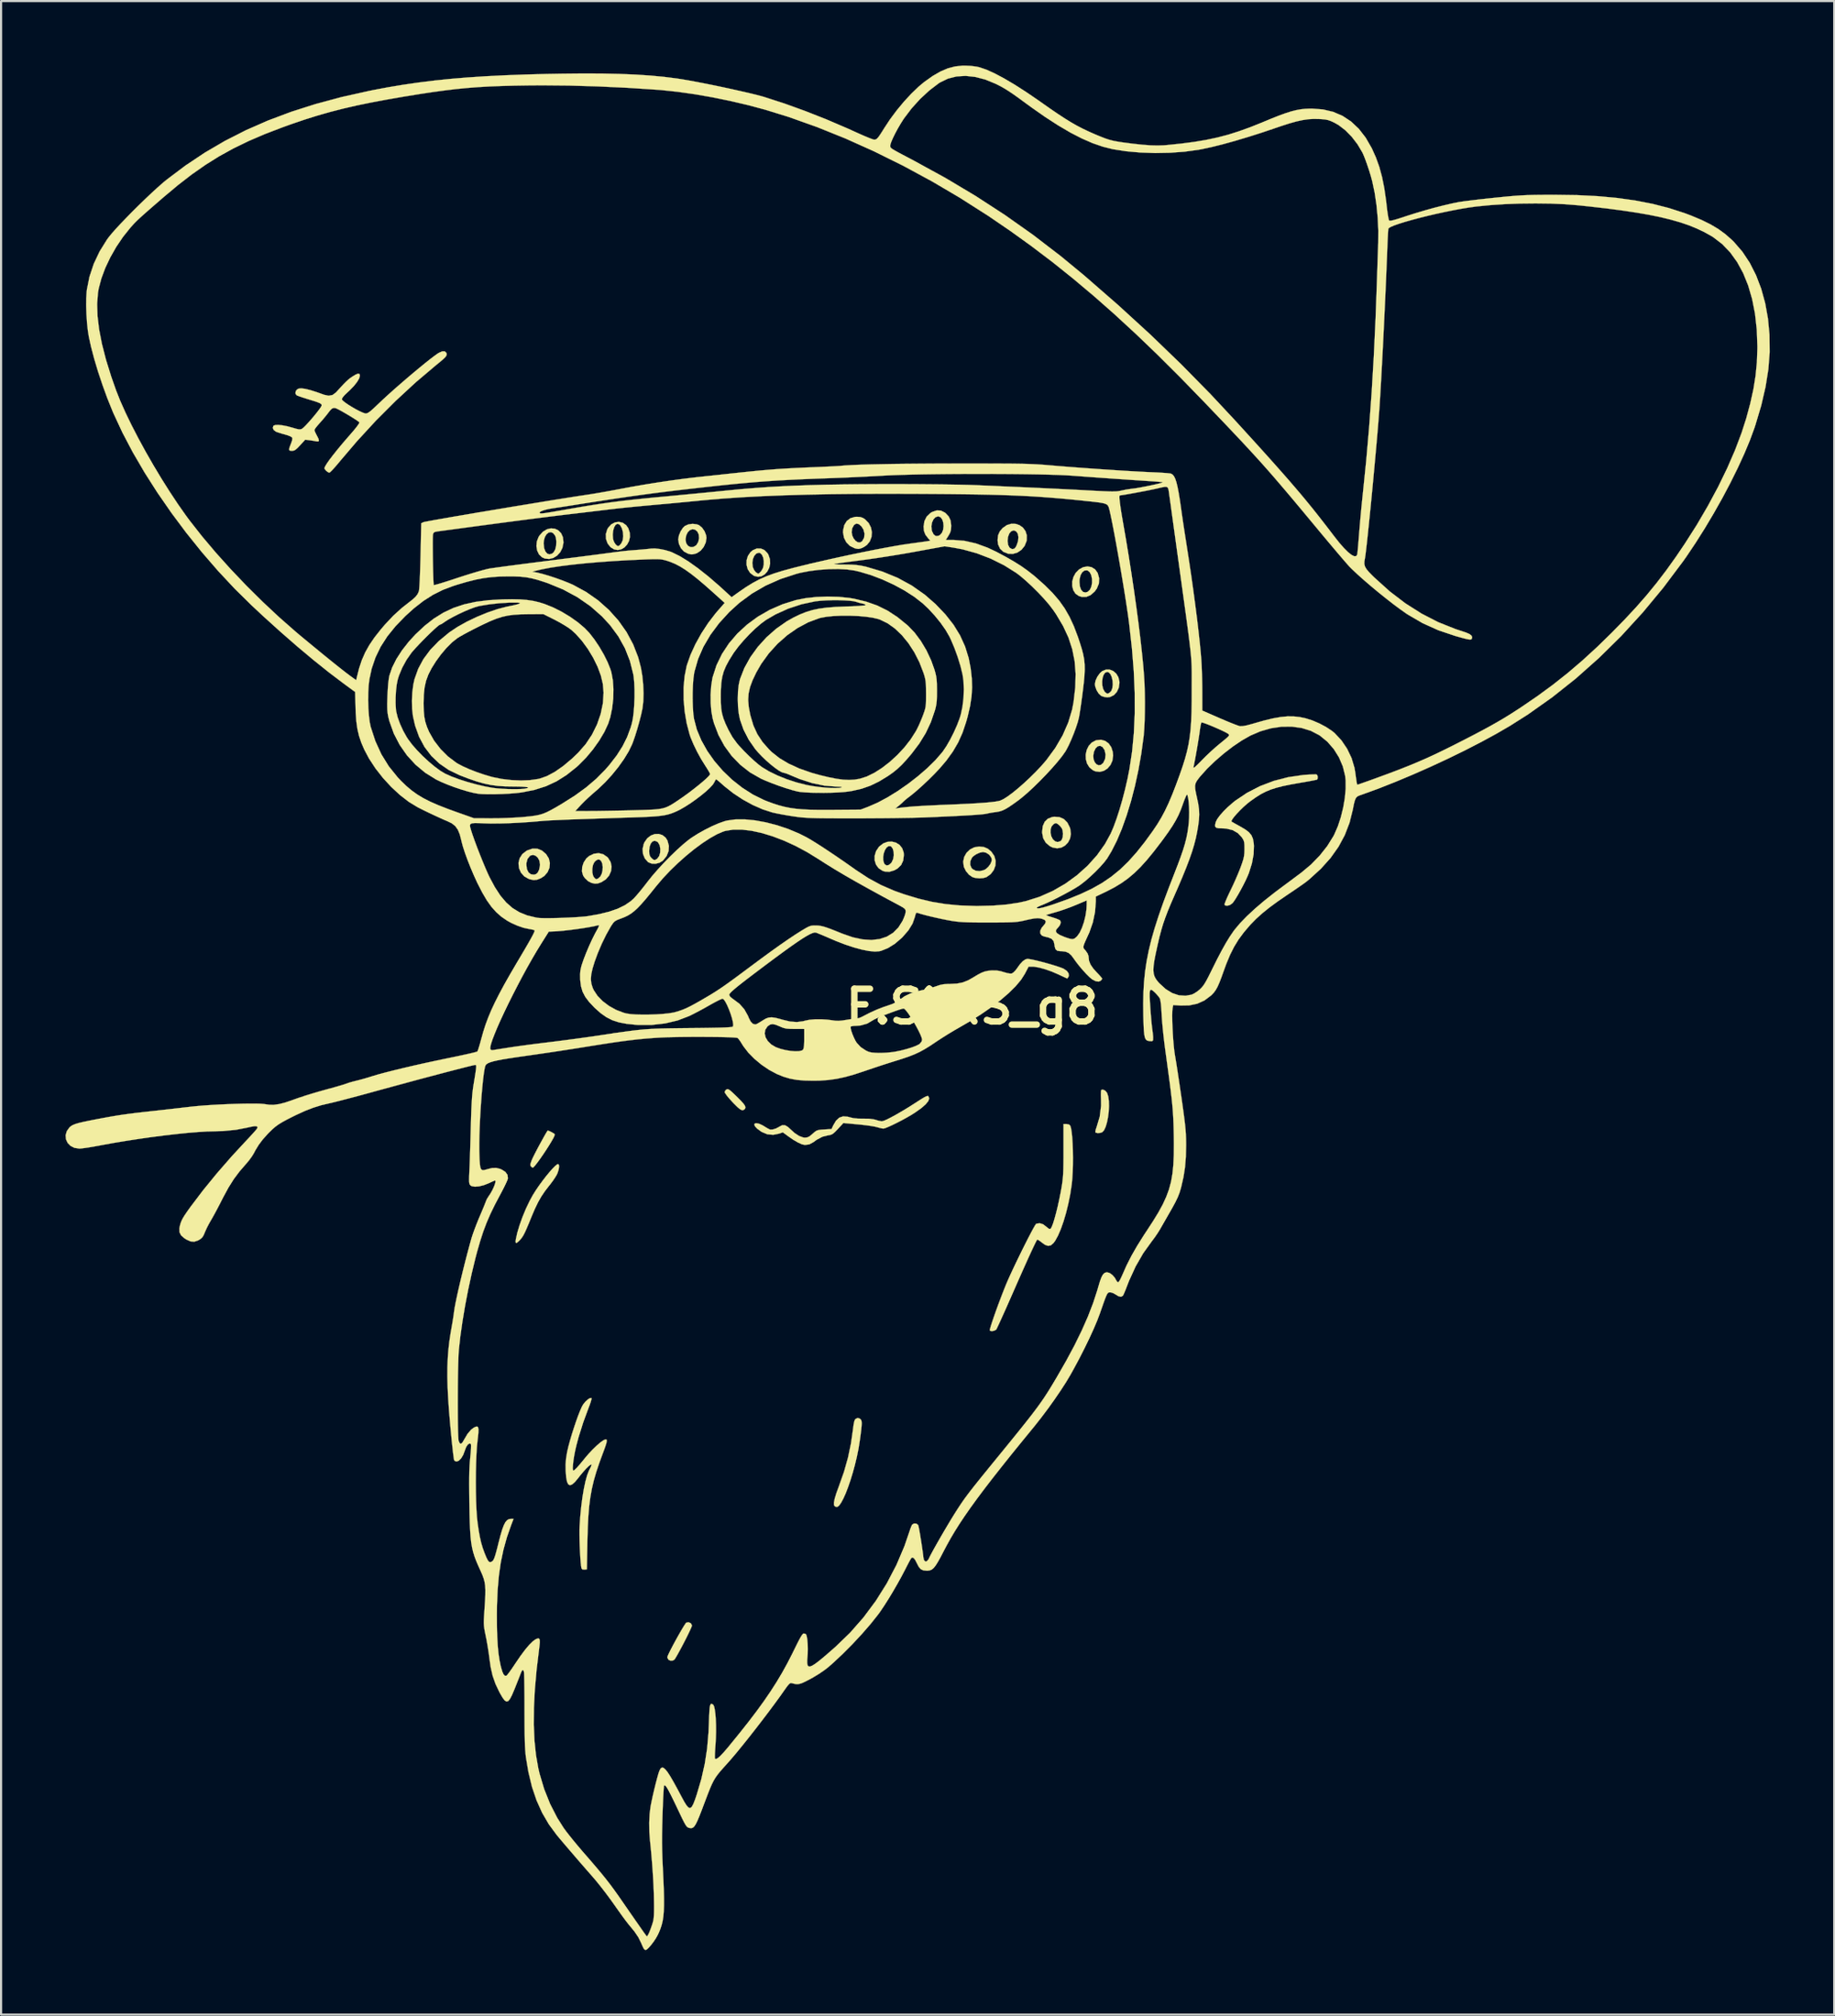
<source format=kicad_pcb>
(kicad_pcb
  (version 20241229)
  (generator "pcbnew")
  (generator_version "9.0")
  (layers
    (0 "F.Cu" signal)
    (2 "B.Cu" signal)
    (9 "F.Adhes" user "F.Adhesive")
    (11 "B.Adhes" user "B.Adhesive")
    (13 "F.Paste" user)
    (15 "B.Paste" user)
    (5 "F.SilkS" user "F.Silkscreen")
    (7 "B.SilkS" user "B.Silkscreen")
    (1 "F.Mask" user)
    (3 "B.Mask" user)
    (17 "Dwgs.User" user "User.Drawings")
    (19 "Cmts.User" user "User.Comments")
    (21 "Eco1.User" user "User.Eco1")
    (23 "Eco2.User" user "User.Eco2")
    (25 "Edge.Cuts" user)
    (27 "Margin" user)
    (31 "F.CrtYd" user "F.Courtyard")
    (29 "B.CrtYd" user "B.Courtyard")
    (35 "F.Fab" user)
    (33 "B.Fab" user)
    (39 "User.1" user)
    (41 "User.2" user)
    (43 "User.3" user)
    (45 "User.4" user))
  (footprint "F.SilkS_g8"
    (layer "F.Cu")
    (at 42.188 43.795)
    (property "Reference" "F.SilkS_g8" (at 0 0 0) (layer "F.SilkS") (effects (font (size 1.524 1.524) (thickness 0.3))))
    (attr through_hole)
    (fp_poly (pts (xy -11.337 3.848) (xy -11.27 3.89) (xy -11.174 3.972) (xy -11.036 4.103) (xy -10.94 4.196) (xy -10.762 4.375) (xy -10.641 4.51) (xy -10.572 4.609) (xy -10.548 4.683) (xy -10.564 4.742) (xy -10.592 4.775) (xy -10.651 4.815) (xy -10.719 4.814) (xy -10.806 4.768) (xy -10.923 4.67) (xy -11.08 4.514) (xy -11.151 4.44) (xy -11.29 4.286) (xy -11.405 4.148) (xy -11.483 4.04) (xy -11.515 3.978) (xy -11.515 3.975) (xy -11.481 3.896) (xy -11.427 3.851) (xy -11.386 3.838) (xy -11.337 3.848)) (stroke (width 0.01) (type solid)) (fill yes) (layer "F.SilkS"))
    (fp_poly (pts (xy 6.198 3.912) (xy 6.276 4.005) (xy 6.281 4.014) (xy 6.335 4.176) (xy 6.364 4.388) (xy 6.371 4.631) (xy 6.357 4.891) (xy 6.324 5.149) (xy 6.275 5.39) (xy 6.213 5.597) (xy 6.138 5.754) (xy 6.053 5.843) (xy 6.051 5.844) (xy 5.948 5.876) (xy 5.837 5.882) (xy 5.754 5.86) (xy 5.738 5.845) (xy 5.739 5.786) (xy 5.767 5.679) (xy 5.794 5.602) (xy 5.939 5.119) (xy 6.002 4.617) (xy 6 4.311) (xy 5.994 4.128) (xy 5.996 3.981) (xy 6.006 3.891) (xy 6.016 3.871) (xy 6.101 3.862) (xy 6.198 3.912)) (stroke (width 0.01) (type solid)) (fill yes) (layer "F.SilkS"))
    (fp_poly (pts (xy -19.707 5.775) (xy -19.617 5.815) (xy -19.508 5.875) (xy -19.438 5.919) (xy -19.423 5.952) (xy -19.439 6.017) (xy -19.492 6.125) (xy -19.584 6.286) (xy -19.664 6.418) (xy -19.806 6.643) (xy -19.952 6.863) (xy -20.093 7.067) (xy -20.221 7.243) (xy -20.328 7.381) (xy -20.406 7.467) (xy -20.443 7.493) (xy -20.497 7.464) (xy -20.532 7.429) (xy -20.556 7.379) (xy -20.55 7.307) (xy -20.511 7.192) (xy -20.471 7.094) (xy -20.423 6.991) (xy -20.347 6.84) (xy -20.252 6.657) (xy -20.146 6.458) (xy -20.037 6.259) (xy -19.935 6.074) (xy -19.848 5.92) (xy -19.783 5.812) (xy -19.752 5.768) (xy -19.707 5.775)) (stroke (width 0.01) (type solid)) (fill yes) (layer "F.SilkS"))
    (fp_poly (pts (xy -13.096 28.688) (xy -13.042 28.774) (xy -13.039 28.805) (xy -13.058 28.866) (xy -13.111 28.987) (xy -13.19 29.154) (xy -13.287 29.351) (xy -13.396 29.566) (xy -13.509 29.782) (xy -13.619 29.986) (xy -13.717 30.164) (xy -13.798 30.302) (xy -13.852 30.384) (xy -13.853 30.385) (xy -13.936 30.43) (xy -14.045 30.43) (xy -14.131 30.387) (xy -14.176 30.304) (xy -14.182 30.268) (xy -14.162 30.205) (xy -14.106 30.084) (xy -14.024 29.918) (xy -13.922 29.722) (xy -13.807 29.509) (xy -13.688 29.294) (xy -13.572 29.09) (xy -13.467 28.911) (xy -13.381 28.772) (xy -13.321 28.685) (xy -13.3 28.664) (xy -13.192 28.646) (xy -13.096 28.688)) (stroke (width 0.01) (type solid)) (fill yes) (layer "F.SilkS"))
    (fp_poly (pts (xy -5.224 19.171) (xy -5.187 19.203) (xy -5.16 19.241) (xy -5.143 19.299) (xy -5.137 19.386) (xy -5.143 19.514) (xy -5.161 19.694) (xy -5.191 19.936) (xy -5.231 20.224) (xy -5.288 20.579) (xy -5.363 20.946) (xy -5.452 21.316) (xy -5.551 21.679) (xy -5.657 22.027) (xy -5.768 22.35) (xy -5.879 22.64) (xy -5.989 22.886) (xy -6.093 23.08) (xy -6.188 23.214) (xy -6.271 23.277) (xy -6.302 23.28) (xy -6.362 23.263) (xy -6.382 23.255) (xy -6.426 23.199) (xy -6.429 23.078) (xy -6.393 22.892) (xy -6.315 22.637) (xy -6.205 22.336) (xy -5.961 21.646) (xy -5.774 20.985) (xy -5.636 20.326) (xy -5.545 19.685) (xy -5.514 19.451) (xy -5.481 19.293) (xy -5.444 19.205) (xy -5.428 19.188) (xy -5.322 19.138) (xy -5.224 19.171)) (stroke (width 0.01) (type solid)) (fill yes) (layer "F.SilkS"))
    (fp_poly (pts (xy -19.229 7.359) (xy -19.221 7.452) (xy -19.241 7.583) (xy -19.288 7.731) (xy -19.324 7.813) (xy -19.401 7.943) (xy -19.512 8.107) (xy -19.64 8.278) (xy -19.686 8.334) (xy -19.879 8.585) (xy -20.047 8.834) (xy -20.2 9.104) (xy -20.349 9.414) (xy -20.507 9.785) (xy -20.513 9.8) (xy -20.634 10.096) (xy -20.731 10.324) (xy -20.809 10.498) (xy -20.876 10.628) (xy -20.937 10.728) (xy -20.999 10.809) (xy -21.053 10.869) (xy -21.158 10.969) (xy -21.221 10.999) (xy -21.245 10.957) (xy -21.236 10.844) (xy -21.168 10.531) (xy -21.061 10.172) (xy -20.923 9.788) (xy -20.763 9.402) (xy -20.589 9.037) (xy -20.445 8.773) (xy -20.314 8.563) (xy -20.162 8.339) (xy -19.997 8.113) (xy -19.83 7.896) (xy -19.668 7.699) (xy -19.521 7.533) (xy -19.397 7.408) (xy -19.306 7.337) (xy -19.27 7.324) (xy -19.229 7.359)) (stroke (width 0.01) (type solid)) (fill yes) (layer "F.SilkS"))
    (fp_poly (pts (xy 2.022 -22.468) (xy 2.208 -22.405) (xy 2.366 -22.291) (xy 2.483 -22.132) (xy 2.545 -21.936) (xy 2.542 -21.709) (xy 2.534 -21.668) (xy 2.446 -21.445) (xy 2.301 -21.264) (xy 2.113 -21.135) (xy 1.9 -21.07) (xy 1.675 -21.079) (xy 1.668 -21.081) (xy 1.454 -21.168) (xy 1.3 -21.314) (xy 1.209 -21.513) (xy 1.19 -21.674) (xy 1.651 -21.674) (xy 1.675 -21.49) (xy 1.742 -21.361) (xy 1.846 -21.298) (xy 1.888 -21.294) (xy 1.965 -21.312) (xy 2.027 -21.38) (xy 2.075 -21.474) (xy 2.14 -21.668) (xy 2.156 -21.849) (xy 2.129 -22.002) (xy 2.06 -22.111) (xy 1.955 -22.16) (xy 1.93 -22.162) (xy 1.819 -22.122) (xy 1.729 -22.015) (xy 1.67 -21.855) (xy 1.651 -21.674) (xy 1.19 -21.674) (xy 1.186 -21.709) (xy 1.209 -21.935) (xy 1.29 -22.118) (xy 1.425 -22.275) (xy 1.618 -22.41) (xy 1.821 -22.472) (xy 2.022 -22.468)) (stroke (width 0.01) (type solid)) (fill yes) (layer "F.SilkS"))
    (fp_poly (pts (xy 5.56 -20.452) (xy 5.722 -20.351) (xy 5.841 -20.188) (xy 5.844 -20.18) (xy 5.914 -19.933) (xy 5.9 -19.689) (xy 5.804 -19.456) (xy 5.703 -19.318) (xy 5.514 -19.151) (xy 5.314 -19.068) (xy 5.103 -19.069) (xy 4.964 -19.113) (xy 4.811 -19.221) (xy 4.71 -19.38) (xy 4.66 -19.573) (xy 4.661 -19.77) (xy 4.995 -19.77) (xy 5.016 -19.555) (xy 5.075 -19.396) (xy 5.165 -19.3) (xy 5.28 -19.274) (xy 5.383 -19.307) (xy 5.483 -19.402) (xy 5.55 -19.546) (xy 5.582 -19.719) (xy 5.581 -19.901) (xy 5.548 -20.07) (xy 5.482 -20.208) (xy 5.386 -20.292) (xy 5.354 -20.303) (xy 5.23 -20.296) (xy 5.125 -20.216) (xy 5.046 -20.076) (xy 5.002 -19.888) (xy 4.995 -19.77) (xy 4.661 -19.77) (xy 4.661 -19.782) (xy 4.715 -19.991) (xy 4.819 -20.184) (xy 4.974 -20.344) (xy 5.17 -20.451) (xy 5.371 -20.486) (xy 5.56 -20.452)) (stroke (width 0.01) (type solid)) (fill yes) (layer "F.SilkS"))
    (fp_poly (pts (xy -19.416 -22.241) (xy -19.254 -22.164) (xy -19.125 -22.031) (xy -19.042 -21.846) (xy -19.017 -21.614) (xy -19.018 -21.583) (xy -19.066 -21.347) (xy -19.17 -21.145) (xy -19.316 -20.987) (xy -19.492 -20.88) (xy -19.685 -20.833) (xy -19.883 -20.854) (xy -20.016 -20.914) (xy -20.153 -21.044) (xy -20.24 -21.224) (xy -20.274 -21.433) (xy -20.263 -21.552) (xy -19.939 -21.552) (xy -19.918 -21.344) (xy -19.859 -21.186) (xy -19.772 -21.084) (xy -19.666 -21.047) (xy -19.549 -21.082) (xy -19.472 -21.147) (xy -19.401 -21.272) (xy -19.358 -21.447) (xy -19.347 -21.64) (xy -19.369 -21.821) (xy -19.405 -21.919) (xy -19.497 -22.038) (xy -19.602 -22.083) (xy -19.708 -22.062) (xy -19.806 -21.982) (xy -19.884 -21.851) (xy -19.93 -21.677) (xy -19.939 -21.552) (xy -20.263 -21.552) (xy -20.253 -21.652) (xy -20.173 -21.859) (xy -20.136 -21.919) (xy -19.971 -22.102) (xy -19.787 -22.214) (xy -19.598 -22.259) (xy -19.416 -22.241)) (stroke (width 0.01) (type solid)) (fill yes) (layer "F.SilkS"))
    (fp_poly (pts (xy -16.256 -22.518) (xy -16.101 -22.407) (xy -16.002 -22.268) (xy -15.932 -22.061) (xy -15.923 -21.857) (xy -15.967 -21.668) (xy -16.056 -21.502) (xy -16.178 -21.371) (xy -16.326 -21.283) (xy -16.49 -21.25) (xy -16.66 -21.28) (xy -16.825 -21.382) (xy -16.963 -21.556) (xy -17.037 -21.766) (xy -17.042 -21.971) (xy -16.723 -21.971) (xy -16.711 -21.781) (xy -16.705 -21.748) (xy -16.664 -21.628) (xy -16.596 -21.52) (xy -16.52 -21.447) (xy -16.456 -21.432) (xy -16.4 -21.474) (xy -16.328 -21.556) (xy -16.323 -21.563) (xy -16.258 -21.706) (xy -16.234 -21.887) (xy -16.248 -22.081) (xy -16.296 -22.26) (xy -16.375 -22.4) (xy -16.435 -22.453) (xy -16.521 -22.468) (xy -16.598 -22.412) (xy -16.661 -22.301) (xy -16.704 -22.15) (xy -16.723 -21.971) (xy -17.042 -21.971) (xy -17.043 -21.991) (xy -16.979 -22.208) (xy -16.936 -22.285) (xy -16.789 -22.445) (xy -16.616 -22.537) (xy -16.433 -22.561) (xy -16.256 -22.518)) (stroke (width 0.01) (type solid)) (fill yes) (layer "F.SilkS"))
    (fp_poly (pts (xy -14.408 -7.983) (xy -14.262 -7.865) (xy -14.179 -7.734) (xy -14.111 -7.488) (xy -14.124 -7.243) (xy -14.216 -7.01) (xy -14.385 -6.8) (xy -14.387 -6.798) (xy -14.543 -6.699) (xy -14.727 -6.65) (xy -14.911 -6.657) (xy -15.067 -6.72) (xy -15.082 -6.731) (xy -15.231 -6.899) (xy -15.315 -7.108) (xy -15.325 -7.239) (xy -15.028 -7.239) (xy -15.018 -7.09) (xy -14.981 -6.989) (xy -14.924 -6.92) (xy -14.832 -6.839) (xy -14.761 -6.823) (xy -14.679 -6.867) (xy -14.65 -6.89) (xy -14.562 -7.008) (xy -14.515 -7.169) (xy -14.508 -7.346) (xy -14.54 -7.514) (xy -14.613 -7.643) (xy -14.651 -7.677) (xy -14.768 -7.721) (xy -14.871 -7.689) (xy -14.955 -7.59) (xy -15.009 -7.434) (xy -15.028 -7.239) (xy -15.325 -7.239) (xy -15.333 -7.339) (xy -15.28 -7.574) (xy -15.245 -7.653) (xy -15.114 -7.838) (xy -14.95 -7.964) (xy -14.767 -8.032) (xy -14.581 -8.038) (xy -14.408 -7.983)) (stroke (width 0.01) (type solid)) (fill yes) (layer "F.SilkS"))
    (fp_poly (pts (xy -3.543 -7.633) (xy -3.379 -7.53) (xy -3.255 -7.376) (xy -3.185 -7.178) (xy -3.175 -7.057) (xy -3.207 -6.798) (xy -3.304 -6.59) (xy -3.472 -6.429) (xy -3.619 -6.345) (xy -3.847 -6.276) (xy -4.063 -6.288) (xy -4.173 -6.326) (xy -4.352 -6.445) (xy -4.473 -6.612) (xy -4.534 -6.81) (xy -4.533 -6.973) (xy -4.139 -6.973) (xy -4.136 -6.814) (xy -4.097 -6.677) (xy -4.061 -6.621) (xy -3.974 -6.571) (xy -3.871 -6.595) (xy -3.765 -6.688) (xy -3.737 -6.727) (xy -3.672 -6.872) (xy -3.644 -7.04) (xy -3.651 -7.208) (xy -3.691 -7.353) (xy -3.763 -7.45) (xy -3.798 -7.469) (xy -3.895 -7.468) (xy -3.983 -7.401) (xy -4.057 -7.284) (xy -4.111 -7.135) (xy -4.139 -6.973) (xy -4.533 -6.973) (xy -4.533 -7.025) (xy -4.469 -7.238) (xy -4.338 -7.434) (xy -4.322 -7.451) (xy -4.137 -7.596) (xy -3.936 -7.671) (xy -3.734 -7.682) (xy -3.543 -7.633)) (stroke (width 0.01) (type solid)) (fill yes) (layer "F.SilkS"))
    (fp_poly (pts (xy 4.066 -8.821) (xy 4.271 -8.73) (xy 4.433 -8.569) (xy 4.547 -8.341) (xy 4.569 -8.268) (xy 4.596 -8.033) (xy 4.557 -7.82) (xy 4.462 -7.637) (xy 4.323 -7.495) (xy 4.15 -7.402) (xy 3.956 -7.37) (xy 3.751 -7.406) (xy 3.624 -7.466) (xy 3.432 -7.627) (xy 3.311 -7.835) (xy 3.262 -8.085) (xy 3.651 -8.085) (xy 3.688 -7.925) (xy 3.761 -7.788) (xy 3.864 -7.694) (xy 3.98 -7.662) (xy 4.109 -7.7) (xy 4.167 -7.756) (xy 4.216 -7.882) (xy 4.231 -8.046) (xy 4.21 -8.21) (xy 4.18 -8.293) (xy 4.107 -8.392) (xy 4.014 -8.48) (xy 3.93 -8.534) (xy 3.868 -8.537) (xy 3.795 -8.496) (xy 3.7 -8.39) (xy 3.653 -8.247) (xy 3.651 -8.085) (xy 3.262 -8.085) (xy 3.261 -8.088) (xy 3.26 -8.141) (xy 3.29 -8.402) (xy 3.379 -8.604) (xy 3.525 -8.746) (xy 3.728 -8.825) (xy 3.824 -8.838) (xy 4.066 -8.821)) (stroke (width 0.01) (type solid)) (fill yes) (layer "F.SilkS"))
    (fp_poly (pts (xy 6.193 -12.367) (xy 6.356 -12.248) (xy 6.478 -12.072) (xy 6.548 -11.849) (xy 6.562 -11.684) (xy 6.529 -11.447) (xy 6.438 -11.245) (xy 6.302 -11.085) (xy 6.132 -10.976) (xy 5.942 -10.928) (xy 5.743 -10.95) (xy 5.63 -10.998) (xy 5.463 -11.133) (xy 5.351 -11.312) (xy 5.294 -11.518) (xy 5.291 -11.67) (xy 5.638 -11.67) (xy 5.654 -11.507) (xy 5.708 -11.373) (xy 5.789 -11.278) (xy 5.887 -11.234) (xy 5.993 -11.251) (xy 6.098 -11.34) (xy 6.105 -11.349) (xy 6.19 -11.528) (xy 6.212 -11.733) (xy 6.169 -11.932) (xy 6.159 -11.954) (xy 6.066 -12.085) (xy 5.959 -12.139) (xy 5.848 -12.118) (xy 5.748 -12.025) (xy 5.67 -11.862) (xy 5.667 -11.851) (xy 5.638 -11.67) (xy 5.291 -11.67) (xy 5.289 -11.737) (xy 5.336 -11.95) (xy 5.431 -12.141) (xy 5.574 -12.294) (xy 5.762 -12.393) (xy 5.782 -12.399) (xy 5.998 -12.421) (xy 6.193 -12.367)) (stroke (width 0.01) (type solid)) (fill yes) (layer "F.SilkS"))
    (fp_poly (pts (xy -20.233 -7.351) (xy -20.02 -7.267) (xy -19.826 -7.1) (xy -19.824 -7.098) (xy -19.699 -6.898) (xy -19.649 -6.681) (xy -19.669 -6.462) (xy -19.757 -6.257) (xy -19.909 -6.082) (xy -20.065 -5.98) (xy -20.242 -5.908) (xy -20.402 -5.892) (xy -20.582 -5.929) (xy -20.637 -5.948) (xy -20.839 -6.062) (xy -20.995 -6.238) (xy -21.083 -6.44) (xy -21.101 -6.605) (xy -20.743 -6.605) (xy -20.717 -6.4) (xy -20.644 -6.25) (xy -20.532 -6.161) (xy -20.39 -6.142) (xy -20.301 -6.165) (xy -20.214 -6.239) (xy -20.148 -6.373) (xy -20.112 -6.546) (xy -20.108 -6.626) (xy -20.136 -6.793) (xy -20.209 -6.93) (xy -20.313 -7.024) (xy -20.432 -7.062) (xy -20.552 -7.033) (xy -20.578 -7.015) (xy -20.688 -6.878) (xy -20.74 -6.684) (xy -20.743 -6.605) (xy -21.101 -6.605) (xy -21.109 -6.683) (xy -21.055 -6.907) (xy -20.929 -7.102) (xy -20.735 -7.254) (xy -20.702 -7.271) (xy -20.462 -7.353) (xy -20.233 -7.351)) (stroke (width 0.01) (type solid)) (fill yes) (layer "F.SilkS"))
    (fp_poly (pts (xy -9.663 -21.247) (xy -9.521 -21.103) (xy -9.479 -21.031) (xy -9.409 -20.826) (xy -9.399 -20.62) (xy -9.441 -20.426) (xy -9.527 -20.255) (xy -9.649 -20.12) (xy -9.797 -20.032) (xy -9.965 -20.003) (xy -10.142 -20.047) (xy -10.159 -20.055) (xy -10.328 -20.183) (xy -10.441 -20.358) (xy -10.496 -20.56) (xy -10.495 -20.655) (xy -10.227 -20.655) (xy -10.208 -20.468) (xy -10.203 -20.449) (xy -10.146 -20.32) (xy -10.062 -20.214) (xy -9.971 -20.155) (xy -9.943 -20.151) (xy -9.899 -20.18) (xy -9.828 -20.254) (xy -9.804 -20.281) (xy -9.731 -20.412) (xy -9.695 -20.572) (xy -9.693 -20.741) (xy -9.722 -20.901) (xy -9.779 -21.03) (xy -9.861 -21.109) (xy -9.925 -21.124) (xy -10.042 -21.086) (xy -10.136 -20.982) (xy -10.2 -20.833) (xy -10.227 -20.655) (xy -10.495 -20.655) (xy -10.494 -20.771) (xy -10.433 -20.974) (xy -10.313 -21.151) (xy -10.207 -21.24) (xy -10.021 -21.32) (xy -9.834 -21.321) (xy -9.663 -21.247)) (stroke (width 0.01) (type solid)) (fill yes) (layer "F.SilkS"))
    (fp_poly (pts (xy -5.199 -22.785) (xy -5.076 -22.741) (xy -4.977 -22.674) (xy -4.811 -22.502) (xy -4.707 -22.298) (xy -4.664 -22.078) (xy -4.682 -21.858) (xy -4.759 -21.655) (xy -4.895 -21.485) (xy -5.036 -21.389) (xy -5.177 -21.325) (xy -5.284 -21.302) (xy -5.395 -21.315) (xy -5.47 -21.336) (xy -5.686 -21.442) (xy -5.853 -21.609) (xy -5.962 -21.823) (xy -6.005 -22.07) (xy -6.005 -22.073) (xy -5.604 -22.073) (xy -5.575 -21.92) (xy -5.51 -21.783) (xy -5.421 -21.675) (xy -5.318 -21.61) (xy -5.212 -21.601) (xy -5.115 -21.661) (xy -5.113 -21.664) (xy -5.024 -21.825) (xy -5.005 -22.011) (xy -5.055 -22.202) (xy -5.149 -22.351) (xy -5.272 -22.456) (xy -5.388 -22.479) (xy -5.489 -22.421) (xy -5.568 -22.285) (xy -5.587 -22.23) (xy -5.604 -22.073) (xy -6.005 -22.073) (xy -6.002 -22.166) (xy -5.948 -22.41) (xy -5.833 -22.599) (xy -5.664 -22.729) (xy -5.448 -22.792) (xy -5.359 -22.797) (xy -5.199 -22.785)) (stroke (width 0.01) (type solid)) (fill yes) (layer "F.SilkS"))
    (fp_poly (pts (xy -12.809 -22.445) (xy -12.701 -22.403) (xy -12.565 -22.288) (xy -12.45 -22.122) (xy -12.378 -21.936) (xy -12.361 -21.815) (xy -12.396 -21.598) (xy -12.49 -21.394) (xy -12.629 -21.223) (xy -12.798 -21.107) (xy -12.867 -21.082) (xy -12.988 -21.052) (xy -13.074 -21.047) (xy -13.173 -21.069) (xy -13.224 -21.083) (xy -13.408 -21.18) (xy -13.552 -21.339) (xy -13.645 -21.542) (xy -13.671 -21.727) (xy -13.335 -21.727) (xy -13.304 -21.564) (xy -13.222 -21.447) (xy -13.108 -21.386) (xy -12.977 -21.389) (xy -12.848 -21.463) (xy -12.828 -21.483) (xy -12.742 -21.626) (xy -12.706 -21.801) (xy -12.721 -21.975) (xy -12.784 -22.109) (xy -12.896 -22.201) (xy -13.017 -22.22) (xy -13.134 -22.175) (xy -13.235 -22.074) (xy -13.306 -21.926) (xy -13.335 -21.74) (xy -13.335 -21.727) (xy -13.671 -21.727) (xy -13.674 -21.749) (xy -13.644 -21.926) (xy -13.566 -22.115) (xy -13.458 -22.28) (xy -13.37 -22.366) (xy -13.205 -22.441) (xy -13.005 -22.469) (xy -12.809 -22.445)) (stroke (width 0.01) (type solid)) (fill yes) (layer "F.SilkS"))
    (fp_poly (pts (xy 6.404 -15.685) (xy 6.568 -15.619) (xy 6.708 -15.498) (xy 6.808 -15.331) (xy 6.856 -15.126) (xy 6.858 -15.071) (xy 6.826 -14.841) (xy 6.735 -14.646) (xy 6.599 -14.499) (xy 6.426 -14.412) (xy 6.294 -14.394) (xy 6.149 -14.413) (xy 6.018 -14.458) (xy 5.999 -14.469) (xy 5.888 -14.575) (xy 5.792 -14.731) (xy 5.73 -14.902) (xy 5.715 -15.012) (xy 5.737 -15.128) (xy 6.052 -15.128) (xy 6.059 -14.953) (xy 6.096 -14.792) (xy 6.164 -14.664) (xy 6.212 -14.616) (xy 6.276 -14.572) (xy 6.325 -14.572) (xy 6.394 -14.606) (xy 6.477 -14.69) (xy 6.527 -14.825) (xy 6.547 -14.989) (xy 6.538 -15.163) (xy 6.503 -15.329) (xy 6.444 -15.466) (xy 6.363 -15.555) (xy 6.287 -15.579) (xy 6.191 -15.541) (xy 6.119 -15.441) (xy 6.072 -15.296) (xy 6.052 -15.128) (xy 5.737 -15.128) (xy 5.747 -15.177) (xy 5.83 -15.356) (xy 5.947 -15.518) (xy 6.054 -15.614) (xy 6.228 -15.686) (xy 6.404 -15.685)) (stroke (width 0.01) (type solid)) (fill yes) (layer "F.SilkS"))
    (fp_poly (pts (xy -17.165 -7.092) (xy -16.977 -6.962) (xy -16.938 -6.92) (xy -16.821 -6.729) (xy -16.778 -6.519) (xy -16.803 -6.306) (xy -16.892 -6.103) (xy -17.041 -5.928) (xy -17.246 -5.796) (xy -17.249 -5.795) (xy -17.412 -5.735) (xy -17.554 -5.725) (xy -17.711 -5.759) (xy -17.875 -5.844) (xy -18.024 -5.987) (xy -18.102 -6.104) (xy -18.155 -6.292) (xy -18.148 -6.417) (xy -17.675 -6.417) (xy -17.672 -6.24) (xy -17.637 -6.089) (xy -17.594 -6.016) (xy -17.527 -5.948) (xy -17.48 -5.932) (xy -17.413 -5.961) (xy -17.397 -5.97) (xy -17.302 -6.056) (xy -17.235 -6.185) (xy -17.198 -6.339) (xy -17.189 -6.499) (xy -17.208 -6.648) (xy -17.255 -6.767) (xy -17.33 -6.839) (xy -17.409 -6.85) (xy -17.494 -6.808) (xy -17.579 -6.725) (xy -17.584 -6.719) (xy -17.645 -6.587) (xy -17.675 -6.417) (xy -18.148 -6.417) (xy -18.144 -6.502) (xy -18.075 -6.71) (xy -17.955 -6.894) (xy -17.823 -7.011) (xy -17.599 -7.117) (xy -17.375 -7.144) (xy -17.165 -7.092)) (stroke (width 0.01) (type solid)) (fill yes) (layer "F.SilkS"))
    (fp_poly (pts (xy 0.552 -7.428) (xy 0.734 -7.35) (xy 0.897 -7.211) (xy 1.033 -7.012) (xy 1.095 -6.793) (xy 1.086 -6.57) (xy 1.008 -6.357) (xy 0.866 -6.17) (xy 0.669 -6.029) (xy 0.524 -5.986) (xy 0.339 -5.973) (xy 0.15 -5.991) (xy 0.019 -6.029) (xy -0.141 -6.137) (xy -0.281 -6.301) (xy -0.378 -6.494) (xy -0.385 -6.517) (xy -0.396 -6.606) (xy -0.09 -6.606) (xy -0.031 -6.46) (xy 0.019 -6.404) (xy 0.172 -6.325) (xy 0.355 -6.308) (xy 0.543 -6.352) (xy 0.639 -6.403) (xy 0.755 -6.508) (xy 0.851 -6.639) (xy 0.862 -6.659) (xy 0.909 -6.776) (xy 0.914 -6.864) (xy 0.887 -6.947) (xy 0.795 -7.073) (xy 0.654 -7.164) (xy 0.511 -7.197) (xy 0.358 -7.168) (xy 0.192 -7.094) (xy 0.05 -6.996) (xy -0.005 -6.936) (xy -0.081 -6.772) (xy -0.09 -6.606) (xy -0.396 -6.606) (xy -0.414 -6.746) (xy -0.368 -6.965) (xy -0.26 -7.159) (xy -0.099 -7.314) (xy 0.103 -7.416) (xy 0.326 -7.451) (xy 0.552 -7.428)) (stroke (width 0.01) (type solid)) (fill yes) (layer "F.SilkS"))
    (fp_poly (pts (xy 16.034 -10.804) (xy 16.073 -10.753) (xy 16.086 -10.666) (xy 16.07 -10.587) (xy 16.051 -10.567) (xy 16 -10.553) (xy 15.879 -10.528) (xy 15.703 -10.494) (xy 15.485 -10.455) (xy 15.258 -10.416) (xy 14.826 -10.339) (xy 14.465 -10.265) (xy 14.16 -10.187) (xy 13.895 -10.102) (xy 13.658 -10.003) (xy 13.433 -9.886) (xy 13.207 -9.744) (xy 12.964 -9.573) (xy 12.946 -9.56) (xy 12.79 -9.436) (xy 12.626 -9.29) (xy 12.465 -9.133) (xy 12.319 -8.979) (xy 12.196 -8.837) (xy 12.11 -8.721) (xy 12.069 -8.641) (xy 12.073 -8.614) (xy 12.116 -8.587) (xy 12.217 -8.529) (xy 12.359 -8.451) (xy 12.47 -8.39) (xy 12.711 -8.248) (xy 12.884 -8.116) (xy 12.999 -7.976) (xy 13.069 -7.813) (xy 13.105 -7.608) (xy 13.114 -7.483) (xy 13.1 -7.092) (xy 13.022 -6.668) (xy 12.884 -6.229) (xy 12.825 -6.084) (xy 12.733 -5.882) (xy 12.621 -5.657) (xy 12.498 -5.426) (xy 12.375 -5.207) (xy 12.26 -5.017) (xy 12.165 -4.875) (xy 12.116 -4.815) (xy 12.012 -4.738) (xy 11.895 -4.7) (xy 11.794 -4.706) (xy 11.747 -4.743) (xy 11.755 -4.794) (xy 11.797 -4.906) (xy 11.865 -5.067) (xy 11.954 -5.26) (xy 12.016 -5.388) (xy 12.139 -5.646) (xy 12.266 -5.927) (xy 12.383 -6.2) (xy 12.478 -6.435) (xy 12.494 -6.477) (xy 12.573 -6.698) (xy 12.626 -6.867) (xy 12.657 -7.01) (xy 12.672 -7.152) (xy 12.677 -7.32) (xy 12.677 -7.33) (xy 12.675 -7.514) (xy 12.665 -7.638) (xy 12.64 -7.731) (xy 12.593 -7.818) (xy 12.552 -7.881) (xy 12.363 -8.081) (xy 12.121 -8.217) (xy 11.829 -8.288) (xy 11.654 -8.297) (xy 11.47 -8.303) (xy 11.36 -8.329) (xy 11.311 -8.385) (xy 11.312 -8.482) (xy 11.342 -8.598) (xy 11.408 -8.731) (xy 11.531 -8.899) (xy 11.699 -9.09) (xy 11.901 -9.29) (xy 12.124 -9.485) (xy 12.25 -9.586) (xy 12.8 -9.955) (xy 13.402 -10.264) (xy 14.043 -10.507) (xy 14.713 -10.68) (xy 15.4 -10.78) (xy 15.5 -10.788) (xy 15.696 -10.8) (xy 15.864 -10.807) (xy 15.984 -10.809) (xy 16.034 -10.804)) (stroke (width 0.01) (type solid)) (fill yes) (layer "F.SilkS"))
    (fp_poly (pts (xy -17.711 18.216) (xy -17.713 18.265) (xy -17.742 18.375) (xy -17.793 18.526) (xy -17.836 18.637) (xy -18.096 19.343) (xy -18.312 20.029) (xy -18.418 20.426) (xy -18.473 20.668) (xy -18.519 20.907) (xy -18.554 21.131) (xy -18.575 21.325) (xy -18.583 21.475) (xy -18.575 21.567) (xy -18.557 21.59) (xy -18.5 21.558) (xy -18.4 21.462) (xy -18.256 21.3) (xy -18.066 21.07) (xy -18.017 21.008) (xy -17.842 20.803) (xy -17.653 20.602) (xy -17.465 20.421) (xy -17.295 20.275) (xy -17.159 20.179) (xy -17.141 20.17) (xy -17.062 20.137) (xy -17.014 20.143) (xy -16.999 20.194) (xy -17.016 20.299) (xy -17.067 20.463) (xy -17.151 20.696) (xy -17.179 20.769) (xy -17.348 21.228) (xy -17.489 21.648) (xy -17.604 22.044) (xy -17.695 22.432) (xy -17.766 22.827) (xy -17.82 23.244) (xy -17.858 23.699) (xy -17.884 24.206) (xy -17.901 24.782) (xy -17.902 24.828) (xy -17.928 26.183) (xy -18.041 26.196) (xy -18.138 26.185) (xy -18.177 26.133) (xy -18.195 26.032) (xy -18.213 25.863) (xy -18.23 25.642) (xy -18.245 25.387) (xy -18.258 25.114) (xy -18.267 24.84) (xy -18.271 24.58) (xy -18.271 24.353) (xy -18.266 24.194) (xy -18.234 23.72) (xy -18.189 23.263) (xy -18.133 22.833) (xy -18.067 22.44) (xy -17.994 22.096) (xy -17.916 21.81) (xy -17.834 21.594) (xy -17.799 21.526) (xy -17.74 21.413) (xy -17.711 21.331) (xy -17.712 21.305) (xy -17.758 21.315) (xy -17.844 21.382) (xy -17.961 21.496) (xy -18.097 21.647) (xy -18.244 21.823) (xy -18.325 21.929) (xy -18.482 22.118) (xy -18.611 22.232) (xy -18.713 22.269) (xy -18.793 22.228) (xy -18.85 22.108) (xy -18.889 21.907) (xy -18.911 21.624) (xy -18.913 21.59) (xy -18.916 21.301) (xy -18.897 21.041) (xy -18.852 20.761) (xy -18.84 20.701) (xy -18.786 20.468) (xy -18.713 20.197) (xy -18.627 19.904) (xy -18.531 19.603) (xy -18.432 19.309) (xy -18.335 19.038) (xy -18.243 18.805) (xy -18.163 18.624) (xy -18.102 18.514) (xy -17.998 18.384) (xy -17.889 18.282) (xy -17.791 18.219) (xy -17.722 18.209) (xy -17.711 18.216)) (stroke (width 0.01) (type solid)) (fill yes) (layer "F.SilkS"))
    (fp_poly (pts (xy 4.513 5.486) (xy 4.566 5.535) (xy 4.603 5.65) (xy 4.633 5.835) (xy 4.658 6.078) (xy 4.677 6.366) (xy 4.689 6.684) (xy 4.694 7.019) (xy 4.692 7.358) (xy 4.681 7.688) (xy 4.663 7.994) (xy 4.637 8.264) (xy 4.634 8.285) (xy 4.566 8.729) (xy 4.477 9.169) (xy 4.373 9.594) (xy 4.256 9.99) (xy 4.13 10.346) (xy 4 10.65) (xy 3.869 10.889) (xy 3.787 11.001) (xy 3.667 11.104) (xy 3.538 11.131) (xy 3.393 11.081) (xy 3.26 10.986) (xy 3.152 10.903) (xy 3.066 10.849) (xy 3.032 10.837) (xy 3.006 10.875) (xy 2.95 10.983) (xy 2.867 11.155) (xy 2.76 11.383) (xy 2.632 11.661) (xy 2.488 11.98) (xy 2.329 12.335) (xy 2.16 12.717) (xy 2.073 12.915) (xy 1.9 13.31) (xy 1.736 13.682) (xy 1.585 14.023) (xy 1.449 14.326) (xy 1.332 14.584) (xy 1.238 14.79) (xy 1.169 14.937) (xy 1.13 15.016) (xy 1.122 15.028) (xy 1.03 15.078) (xy 0.927 15.098) (xy 0.847 15.085) (xy 0.824 15.062) (xy 0.832 15.005) (xy 0.866 14.881) (xy 0.923 14.701) (xy 0.999 14.476) (xy 1.089 14.219) (xy 1.19 13.94) (xy 1.298 13.651) (xy 1.408 13.363) (xy 1.516 13.088) (xy 1.587 12.912) (xy 1.672 12.715) (xy 1.779 12.477) (xy 1.903 12.21) (xy 2.039 11.923) (xy 2.183 11.626) (xy 2.328 11.329) (xy 2.471 11.043) (xy 2.606 10.777) (xy 2.729 10.541) (xy 2.833 10.346) (xy 2.915 10.202) (xy 2.968 10.119) (xy 2.985 10.102) (xy 3.143 10.076) (xy 3.299 10.124) (xy 3.439 10.228) (xy 3.542 10.314) (xy 3.607 10.347) (xy 3.651 10.333) (xy 3.662 10.323) (xy 3.71 10.238) (xy 3.77 10.082) (xy 3.837 9.865) (xy 3.91 9.599) (xy 3.984 9.297) (xy 4.056 8.969) (xy 4.124 8.628) (xy 4.158 8.441) (xy 4.187 8.268) (xy 4.209 8.107) (xy 4.226 7.945) (xy 4.239 7.767) (xy 4.247 7.559) (xy 4.251 7.307) (xy 4.254 6.996) (xy 4.254 6.678) (xy 4.254 5.461) (xy 4.391 5.461) (xy 4.513 5.486)) (stroke (width 0.01) (type solid)) (fill yes) (layer "F.SilkS"))
    (fp_poly (pts (xy -2.041 4.162) (xy -2.031 4.171) (xy -1.996 4.271) (xy -2.038 4.394) (xy -2.159 4.542) (xy -2.357 4.716) (xy -2.636 4.915) (xy -2.646 4.922) (xy -2.823 5.034) (xy -3.031 5.155) (xy -3.257 5.279) (xy -3.485 5.397) (xy -3.7 5.503) (xy -3.888 5.589) (xy -4.034 5.648) (xy -4.123 5.672) (xy -4.128 5.672) (xy -4.216 5.66) (xy -4.347 5.628) (xy -4.424 5.606) (xy -4.54 5.579) (xy -4.721 5.548) (xy -4.944 5.517) (xy -5.19 5.489) (xy -5.313 5.477) (xy -5.99 5.414) (xy -6.244 5.688) (xy -6.373 5.823) (xy -6.469 5.907) (xy -6.553 5.954) (xy -6.645 5.978) (xy -6.699 5.986) (xy -6.964 6.052) (xy -7.228 6.191) (xy -7.382 6.303) (xy -7.574 6.408) (xy -7.778 6.434) (xy -7.916 6.406) (xy -8.108 6.319) (xy -8.339 6.183) (xy -8.549 6.037) (xy -8.808 5.847) (xy -8.981 5.908) (xy -9.259 5.964) (xy -9.532 5.937) (xy -9.796 5.826) (xy -10.002 5.676) (xy -10.105 5.565) (xy -10.137 5.484) (xy -10.108 5.435) (xy -10.028 5.423) (xy -9.905 5.451) (xy -9.75 5.522) (xy -9.682 5.563) (xy -9.554 5.641) (xy -9.448 5.698) (xy -9.395 5.72) (xy -9.276 5.715) (xy -9.128 5.669) (xy -8.985 5.595) (xy -8.971 5.585) (xy -8.834 5.515) (xy -8.708 5.517) (xy -8.576 5.592) (xy -8.486 5.675) (xy -8.262 5.878) (xy -8.049 6.018) (xy -7.857 6.088) (xy -7.781 6.096) (xy -7.672 6.084) (xy -7.573 6.039) (xy -7.455 5.945) (xy -7.423 5.916) (xy -7.322 5.827) (xy -7.24 5.772) (xy -7.149 5.741) (xy -7.021 5.724) (xy -6.884 5.715) (xy -6.541 5.694) (xy -6.462 5.524) (xy -6.332 5.305) (xy -6.18 5.166) (xy -6.002 5.105) (xy -5.792 5.12) (xy -5.702 5.145) (xy -5.523 5.188) (xy -5.305 5.209) (xy -5.076 5.211) (xy -4.78 5.216) (xy -4.559 5.246) (xy -4.483 5.268) (xy -4.347 5.308) (xy -4.226 5.331) (xy -4.195 5.333) (xy -4.109 5.311) (xy -3.962 5.248) (xy -3.766 5.149) (xy -3.531 5.02) (xy -3.266 4.866) (xy -2.982 4.695) (xy -2.689 4.51) (xy -2.617 4.463) (xy -2.404 4.326) (xy -2.251 4.233) (xy -2.146 4.178) (xy -2.079 4.156) (xy -2.041 4.162)) (stroke (width 0.01) (type solid)) (fill yes) (layer "F.SilkS"))
    (fp_poly (pts (xy -24.469 -30.43) (xy -24.456 -30.394) (xy -24.451 -30.343) (xy -24.469 -30.289) (xy -24.52 -30.222) (xy -24.612 -30.132) (xy -24.755 -30.01) (xy -24.934 -29.864) (xy -25.885 -29.059) (xy -26.829 -28.187) (xy -27.749 -27.266) (xy -28.628 -26.311) (xy -29.394 -25.411) (xy -29.548 -25.226) (xy -29.687 -25.067) (xy -29.801 -24.944) (xy -29.88 -24.869) (xy -29.912 -24.85) (xy -29.984 -24.878) (xy -30.057 -24.934) (xy -30.119 -25.007) (xy -30.141 -25.053) (xy -30.113 -25.133) (xy -30.032 -25.268) (xy -29.904 -25.452) (xy -29.732 -25.677) (xy -29.523 -25.938) (xy -29.282 -26.228) (xy -29.013 -26.539) (xy -28.947 -26.614) (xy -28.777 -26.812) (xy -28.644 -26.977) (xy -28.554 -27.101) (xy -28.514 -27.176) (xy -28.514 -27.189) (xy -28.556 -27.229) (xy -28.657 -27.3) (xy -28.8 -27.392) (xy -28.969 -27.496) (xy -29.148 -27.602) (xy -29.32 -27.701) (xy -29.471 -27.783) (xy -29.582 -27.838) (xy -29.634 -27.856) (xy -29.718 -27.86) (xy -29.788 -27.833) (xy -29.863 -27.762) (xy -29.963 -27.635) (xy -29.968 -27.627) (xy -30.085 -27.478) (xy -30.23 -27.305) (xy -30.371 -27.146) (xy -30.372 -27.145) (xy -30.481 -27.02) (xy -30.563 -26.914) (xy -30.604 -26.844) (xy -30.606 -26.834) (xy -30.586 -26.765) (xy -30.535 -26.656) (xy -30.501 -26.592) (xy -30.422 -26.438) (xy -30.397 -26.343) (xy -30.426 -26.302) (xy -30.51 -26.307) (xy -30.512 -26.307) (xy -30.626 -26.329) (xy -30.775 -26.353) (xy -30.831 -26.36) (xy -31.034 -26.385) (xy -31.272 -26.125) (xy -31.398 -25.993) (xy -31.491 -25.914) (xy -31.569 -25.876) (xy -31.65 -25.866) (xy -31.651 -25.866) (xy -31.738 -25.872) (xy -31.78 -25.902) (xy -31.781 -25.97) (xy -31.741 -26.09) (xy -31.699 -26.195) (xy -31.644 -26.351) (xy -31.634 -26.451) (xy -31.647 -26.487) (xy -31.707 -26.53) (xy -31.825 -26.58) (xy -31.976 -26.626) (xy -31.984 -26.628) (xy -32.15 -26.674) (xy -32.299 -26.721) (xy -32.395 -26.757) (xy -32.499 -26.835) (xy -32.543 -26.932) (xy -32.515 -27.027) (xy -32.511 -27.031) (xy -32.433 -27.065) (xy -32.29 -27.072) (xy -32.097 -27.052) (xy -31.867 -27.007) (xy -31.616 -26.939) (xy -31.613 -26.938) (xy -31.442 -26.888) (xy -31.329 -26.864) (xy -31.252 -26.865) (xy -31.188 -26.888) (xy -31.184 -26.891) (xy -31.114 -26.946) (xy -31.009 -27.05) (xy -30.88 -27.189) (xy -30.739 -27.35) (xy -30.598 -27.517) (xy -30.469 -27.678) (xy -30.363 -27.818) (xy -30.292 -27.924) (xy -30.268 -27.979) (xy -30.275 -28.017) (xy -30.301 -28.051) (xy -30.359 -28.086) (xy -30.46 -28.128) (xy -30.614 -28.18) (xy -30.835 -28.248) (xy -30.946 -28.282) (xy -31.132 -28.341) (xy -31.29 -28.395) (xy -31.401 -28.437) (xy -31.443 -28.459) (xy -31.492 -28.544) (xy -31.471 -28.648) (xy -31.413 -28.722) (xy -31.331 -28.763) (xy -31.206 -28.772) (xy -31.031 -28.749) (xy -30.799 -28.692) (xy -30.505 -28.599) (xy -30.153 -28.473) (xy -29.945 -28.429) (xy -29.765 -28.463) (xy -29.609 -28.577) (xy -29.595 -28.591) (xy -29.401 -28.805) (xy -29.25 -28.967) (xy -29.131 -29.087) (xy -29.032 -29.178) (xy -28.941 -29.251) (xy -28.848 -29.315) (xy -28.684 -29.415) (xy -28.574 -29.458) (xy -28.511 -29.444) (xy -28.49 -29.374) (xy -28.49 -29.366) (xy -28.524 -29.236) (xy -28.621 -29.07) (xy -28.771 -28.881) (xy -28.967 -28.679) (xy -29.036 -28.615) (xy -29.197 -28.463) (xy -29.292 -28.352) (xy -29.328 -28.275) (xy -29.328 -28.259) (xy -29.287 -28.203) (xy -29.186 -28.12) (xy -29.042 -28.02) (xy -28.871 -27.913) (xy -28.69 -27.808) (xy -28.515 -27.716) (xy -28.363 -27.646) (xy -28.25 -27.607) (xy -28.219 -27.603) (xy -28.158 -27.613) (xy -28.084 -27.65) (xy -27.987 -27.722) (xy -27.856 -27.838) (xy -27.679 -28.006) (xy -27.647 -28.036) (xy -27.433 -28.239) (xy -27.183 -28.468) (xy -26.907 -28.716) (xy -26.613 -28.973) (xy -26.312 -29.233) (xy -26.012 -29.487) (xy -25.724 -29.727) (xy -25.456 -29.946) (xy -25.218 -30.135) (xy -25.019 -30.286) (xy -24.869 -30.393) (xy -24.819 -30.424) (xy -24.661 -30.494) (xy -24.542 -30.496) (xy -24.469 -30.43)) (stroke (width 0.01) (type solid)) (fill yes) (layer "F.SilkS"))
    (fp_poly (pts (xy -21.036 -18.952) (xy -20.714 -18.926) (xy -20.423 -18.882) (xy -20.147 -18.817) (xy -19.897 -18.739) (xy -19.502 -18.581) (xy -19.099 -18.378) (xy -18.707 -18.142) (xy -18.344 -17.885) (xy -18.03 -17.619) (xy -17.815 -17.395) (xy -17.575 -17.086) (xy -17.345 -16.742) (xy -17.137 -16.383) (xy -16.962 -16.031) (xy -16.831 -15.705) (xy -16.786 -15.557) (xy -16.718 -15.188) (xy -16.69 -14.77) (xy -16.701 -14.329) (xy -16.751 -13.889) (xy -16.836 -13.476) (xy -16.933 -13.172) (xy -17.112 -12.785) (xy -17.353 -12.38) (xy -17.642 -11.974) (xy -17.965 -11.587) (xy -18.31 -11.238) (xy -18.406 -11.151) (xy -18.871 -10.781) (xy -19.34 -10.486) (xy -19.83 -10.258) (xy -20.359 -10.09) (xy -20.943 -9.973) (xy -20.955 -9.971) (xy -21.22 -9.939) (xy -21.534 -9.914) (xy -21.874 -9.896) (xy -22.217 -9.886) (xy -22.539 -9.885) (xy -22.816 -9.894) (xy -22.966 -9.906) (xy -23.184 -9.944) (xy -23.457 -10.012) (xy -23.766 -10.104) (xy -24.09 -10.213) (xy -24.409 -10.333) (xy -24.703 -10.456) (xy -24.946 -10.573) (xy -25.447 -10.884) (xy -25.9 -11.261) (xy -26.299 -11.696) (xy -26.638 -12.181) (xy -26.911 -12.709) (xy -27.112 -13.272) (xy -27.144 -13.389) (xy -27.177 -13.531) (xy -27.199 -13.662) (xy -27.212 -13.802) (xy -27.217 -13.97) (xy -27.216 -14.088) (xy -26.83 -14.088) (xy -26.813 -13.824) (xy -26.8 -13.735) (xy -26.733 -13.462) (xy -26.62 -13.154) (xy -26.475 -12.837) (xy -26.309 -12.54) (xy -26.247 -12.445) (xy -26.061 -12.197) (xy -25.828 -11.931) (xy -25.565 -11.661) (xy -25.286 -11.403) (xy -25.008 -11.17) (xy -24.747 -10.978) (xy -24.518 -10.841) (xy -24.517 -10.841) (xy -24.227 -10.712) (xy -23.875 -10.581) (xy -23.484 -10.456) (xy -23.077 -10.343) (xy -22.676 -10.249) (xy -22.325 -10.184) (xy -22.111 -10.158) (xy -21.855 -10.139) (xy -21.58 -10.126) (xy -21.309 -10.122) (xy -21.067 -10.125) (xy -20.876 -10.137) (xy -20.817 -10.145) (xy -20.695 -10.171) (xy -20.654 -10.194) (xy -20.692 -10.213) (xy -20.804 -10.228) (xy -20.987 -10.239) (xy -21.239 -10.244) (xy -21.352 -10.245) (xy -21.734 -10.251) (xy -22.075 -10.274) (xy -22.396 -10.317) (xy -22.715 -10.385) (xy -23.052 -10.48) (xy -23.424 -10.608) (xy -23.852 -10.772) (xy -23.855 -10.774) (xy -24.352 -11.013) (xy -24.79 -11.313) (xy -25.166 -11.671) (xy -25.481 -12.085) (xy -25.733 -12.555) (xy -25.92 -13.078) (xy -26.02 -13.519) (xy -26.059 -13.859) (xy -26.065 -14.116) (xy -25.526 -14.116) (xy -25.519 -13.778) (xy -25.493 -13.499) (xy -25.445 -13.253) (xy -25.367 -13.015) (xy -25.271 -12.789) (xy -25.039 -12.38) (xy -24.74 -11.992) (xy -24.392 -11.645) (xy -24.012 -11.358) (xy -23.929 -11.306) (xy -23.692 -11.182) (xy -23.397 -11.05) (xy -23.064 -10.92) (xy -22.719 -10.801) (xy -22.384 -10.702) (xy -22.316 -10.684) (xy -21.89 -10.597) (xy -21.442 -10.544) (xy -20.996 -10.525) (xy -20.576 -10.541) (xy -20.203 -10.594) (xy -20.13 -10.61) (xy -19.787 -10.729) (xy -19.418 -10.927) (xy -19.025 -11.201) (xy -18.612 -11.549) (xy -18.332 -11.817) (xy -17.983 -12.216) (xy -17.689 -12.658) (xy -17.455 -13.131) (xy -17.284 -13.623) (xy -17.18 -14.121) (xy -17.149 -14.614) (xy -17.183 -15.019) (xy -17.275 -15.406) (xy -17.428 -15.818) (xy -17.633 -16.236) (xy -17.879 -16.644) (xy -18.154 -17.021) (xy -18.448 -17.35) (xy -18.648 -17.532) (xy -18.785 -17.633) (xy -18.976 -17.754) (xy -19.194 -17.881) (xy -19.415 -17.999) (xy -19.426 -18.005) (xy -19.95 -18.267) (xy -20.632 -18.263) (xy -21.006 -18.256) (xy -21.323 -18.237) (xy -21.604 -18.2) (xy -21.869 -18.141) (xy -22.137 -18.055) (xy -22.429 -17.937) (xy -22.763 -17.782) (xy -22.937 -17.697) (xy -23.191 -17.569) (xy -23.437 -17.441) (xy -23.656 -17.323) (xy -23.834 -17.223) (xy -23.953 -17.15) (xy -23.957 -17.147) (xy -24.204 -16.951) (xy -24.464 -16.691) (xy -24.724 -16.383) (xy -24.951 -16.071) (xy -25.154 -15.748) (xy -25.305 -15.452) (xy -25.412 -15.161) (xy -25.48 -14.853) (xy -25.516 -14.506) (xy -25.526 -14.116) (xy -26.065 -14.116) (xy -26.068 -14.238) (xy -26.05 -14.623) (xy -26.004 -14.985) (xy -25.948 -15.24) (xy -25.776 -15.721) (xy -25.533 -16.174) (xy -25.216 -16.602) (xy -24.822 -17.01) (xy -24.347 -17.403) (xy -24.315 -17.427) (xy -23.946 -17.673) (xy -23.515 -17.914) (xy -23.047 -18.138) (xy -22.564 -18.337) (xy -22.091 -18.499) (xy -21.65 -18.615) (xy -21.557 -18.633) (xy -21.316 -18.683) (xy -21.148 -18.724) (xy -21.057 -18.758) (xy -21.044 -18.783) (xy -21.111 -18.798) (xy -21.156 -18.801) (xy -21.562 -18.801) (xy -22.012 -18.774) (xy -22.47 -18.723) (xy -22.9 -18.652) (xy -22.963 -18.639) (xy -23.14 -18.588) (xy -23.369 -18.503) (xy -23.628 -18.393) (xy -23.896 -18.268) (xy -24.153 -18.138) (xy -24.377 -18.013) (xy -24.548 -17.903) (xy -24.567 -17.889) (xy -24.667 -17.821) (xy -24.744 -17.783) (xy -24.759 -17.78) (xy -24.81 -17.751) (xy -24.908 -17.67) (xy -25.043 -17.549) (xy -25.204 -17.397) (xy -25.38 -17.225) (xy -25.561 -17.043) (xy -25.736 -16.862) (xy -25.895 -16.692) (xy -26.027 -16.545) (xy -26.091 -16.468) (xy -26.318 -16.143) (xy -26.519 -15.776) (xy -26.675 -15.402) (xy -26.731 -15.219) (xy -26.778 -14.986) (xy -26.811 -14.699) (xy -26.828 -14.39) (xy -26.83 -14.088) (xy -27.216 -14.088) (xy -27.215 -14.185) (xy -27.208 -14.434) (xy -27.193 -14.756) (xy -27.171 -15.04) (xy -27.143 -15.269) (xy -27.117 -15.407) (xy -26.989 -15.781) (xy -26.791 -16.177) (xy -26.53 -16.582) (xy -26.214 -16.986) (xy -25.908 -17.319) (xy -25.48 -17.721) (xy -25.051 -18.057) (xy -24.608 -18.333) (xy -24.142 -18.553) (xy -23.641 -18.72) (xy -23.095 -18.84) (xy -22.493 -18.916) (xy -21.843 -18.953) (xy -21.407 -18.96) (xy -21.036 -18.952)) (stroke (width 0.01) (type solid)) (fill yes) (layer "F.SilkS"))
    (fp_poly (pts (xy -6.216 -19.072) (xy -5.726 -19.023) (xy -5.503 -18.986) (xy -4.93 -18.848) (xy -4.414 -18.667) (xy -3.936 -18.431) (xy -3.479 -18.133) (xy -3.023 -17.762) (xy -2.975 -17.719) (xy -2.67 -17.4) (xy -2.383 -17.015) (xy -2.125 -16.582) (xy -1.908 -16.12) (xy -1.752 -15.684) (xy -1.704 -15.515) (xy -1.671 -15.366) (xy -1.651 -15.214) (xy -1.64 -15.034) (xy -1.636 -14.802) (xy -1.635 -14.711) (xy -1.637 -14.447) (xy -1.645 -14.245) (xy -1.663 -14.081) (xy -1.692 -13.931) (xy -1.729 -13.792) (xy -1.918 -13.241) (xy -2.158 -12.731) (xy -2.458 -12.243) (xy -2.813 -11.774) (xy -3.057 -11.488) (xy -3.272 -11.256) (xy -3.475 -11.065) (xy -3.682 -10.896) (xy -3.911 -10.735) (xy -3.916 -10.732) (xy -4.333 -10.478) (xy -4.731 -10.285) (xy -5.136 -10.143) (xy -5.573 -10.042) (xy -5.751 -10.013) (xy -5.971 -9.988) (xy -6.244 -9.969) (xy -6.552 -9.957) (xy -6.878 -9.951) (xy -7.203 -9.952) (xy -7.511 -9.959) (xy -7.782 -9.973) (xy -7.999 -9.993) (xy -8.112 -10.011) (xy -8.366 -10.076) (xy -8.671 -10.169) (xy -9.001 -10.281) (xy -9.331 -10.404) (xy -9.635 -10.527) (xy -9.842 -10.62) (xy -10.337 -10.903) (xy -10.786 -11.254) (xy -11.184 -11.665) (xy -11.524 -12.129) (xy -11.802 -12.64) (xy -12.012 -13.191) (xy -12.075 -13.42) (xy -12.134 -13.748) (xy -12.165 -14.126) (xy -12.167 -14.483) (xy -11.696 -14.483) (xy -11.693 -14.152) (xy -11.676 -13.88) (xy -11.637 -13.643) (xy -11.573 -13.416) (xy -11.478 -13.174) (xy -11.345 -12.891) (xy -11.345 -12.89) (xy -11.151 -12.541) (xy -10.929 -12.24) (xy -10.849 -12.148) (xy -10.619 -11.902) (xy -10.379 -11.663) (xy -10.145 -11.445) (xy -9.933 -11.264) (xy -9.779 -11.148) (xy -9.448 -10.949) (xy -9.056 -10.758) (xy -8.623 -10.584) (xy -8.173 -10.436) (xy -7.728 -10.322) (xy -7.667 -10.309) (xy -7.4 -10.261) (xy -7.119 -10.223) (xy -6.84 -10.194) (xy -6.58 -10.177) (xy -6.355 -10.172) (xy -6.18 -10.18) (xy -6.075 -10.202) (xy -6.062 -10.222) (xy -6.131 -10.235) (xy -6.284 -10.241) (xy -6.329 -10.242) (xy -6.868 -10.285) (xy -7.436 -10.402) (xy -8.024 -10.593) (xy -8.42 -10.757) (xy -8.564 -10.819) (xy -8.684 -10.863) (xy -8.753 -10.88) (xy -8.753 -10.88) (xy -8.854 -10.909) (xy -9 -10.992) (xy -9.177 -11.117) (xy -9.375 -11.274) (xy -9.581 -11.454) (xy -9.782 -11.646) (xy -9.967 -11.841) (xy -10.093 -11.988) (xy -10.396 -12.424) (xy -10.636 -12.891) (xy -10.8 -13.356) (xy -10.858 -13.641) (xy -10.893 -13.971) (xy -10.903 -14.275) (xy -10.422 -14.275) (xy -10.396 -13.955) (xy -10.327 -13.594) (xy -10.313 -13.537) (xy -10.177 -13.082) (xy -9.994 -12.681) (xy -9.753 -12.315) (xy -9.443 -11.965) (xy -9.327 -11.852) (xy -8.971 -11.569) (xy -8.54 -11.311) (xy -8.037 -11.081) (xy -7.467 -10.882) (xy -7.085 -10.775) (xy -6.663 -10.674) (xy -6.304 -10.604) (xy -5.996 -10.563) (xy -5.723 -10.551) (xy -5.471 -10.565) (xy -5.234 -10.604) (xy -4.902 -10.709) (xy -4.549 -10.882) (xy -4.186 -11.114) (xy -3.824 -11.395) (xy -3.476 -11.715) (xy -3.151 -12.064) (xy -2.862 -12.433) (xy -2.62 -12.812) (xy -2.566 -12.912) (xy -2.482 -13.084) (xy -2.389 -13.297) (xy -2.302 -13.512) (xy -2.281 -13.568) (xy -2.226 -13.722) (xy -2.187 -13.847) (xy -2.163 -13.964) (xy -2.149 -14.096) (xy -2.143 -14.263) (xy -2.142 -14.487) (xy -2.142 -14.563) (xy -2.144 -14.814) (xy -2.15 -15.004) (xy -2.164 -15.153) (xy -2.188 -15.284) (xy -2.224 -15.418) (xy -2.262 -15.536) (xy -2.454 -16.032) (xy -2.69 -16.494) (xy -2.963 -16.914) (xy -3.265 -17.284) (xy -3.59 -17.595) (xy -3.931 -17.84) (xy -4.282 -18.01) (xy -4.368 -18.04) (xy -4.626 -18.101) (xy -4.946 -18.147) (xy -5.308 -18.179) (xy -5.692 -18.194) (xy -6.077 -18.194) (xy -6.445 -18.178) (xy -6.774 -18.145) (xy -7.046 -18.095) (xy -7.104 -18.08) (xy -7.621 -17.888) (xy -8.124 -17.62) (xy -8.604 -17.285) (xy -9.052 -16.89) (xy -9.458 -16.443) (xy -9.811 -15.955) (xy -10.043 -15.554) (xy -10.216 -15.192) (xy -10.335 -14.872) (xy -10.402 -14.574) (xy -10.422 -14.275) (xy -10.903 -14.275) (xy -10.904 -14.321) (xy -10.894 -14.665) (xy -10.86 -14.978) (xy -10.803 -15.236) (xy -10.802 -15.24) (xy -10.599 -15.758) (xy -10.32 -16.262) (xy -9.974 -16.741) (xy -9.571 -17.186) (xy -9.118 -17.586) (xy -8.625 -17.931) (xy -8.317 -18.105) (xy -8.019 -18.249) (xy -7.731 -18.364) (xy -7.437 -18.454) (xy -7.12 -18.521) (xy -6.767 -18.569) (xy -6.361 -18.601) (xy -5.886 -18.621) (xy -5.873 -18.622) (xy -5.562 -18.632) (xy -5.307 -18.645) (xy -5.115 -18.659) (xy -4.993 -18.674) (xy -4.949 -18.69) (xy -4.949 -18.69) (xy -4.984 -18.723) (xy -5.075 -18.754) (xy -5.108 -18.761) (xy -5.254 -18.794) (xy -5.389 -18.837) (xy -5.397 -18.84) (xy -5.519 -18.87) (xy -5.708 -18.892) (xy -5.946 -18.907) (xy -6.216 -18.915) (xy -6.502 -18.915) (xy -6.785 -18.907) (xy -7.049 -18.89) (xy -7.276 -18.866) (xy -7.303 -18.862) (xy -7.935 -18.727) (xy -8.556 -18.523) (xy -9.144 -18.257) (xy -9.588 -17.998) (xy -9.828 -17.821) (xy -10.096 -17.589) (xy -10.372 -17.321) (xy -10.64 -17.035) (xy -10.883 -16.748) (xy -11.082 -16.48) (xy -11.109 -16.44) (xy -11.305 -16.126) (xy -11.453 -15.852) (xy -11.559 -15.598) (xy -11.63 -15.341) (xy -11.672 -15.058) (xy -11.692 -14.727) (xy -11.696 -14.483) (xy -12.167 -14.483) (xy -12.168 -14.525) (xy -12.143 -14.913) (xy -12.09 -15.262) (xy -12.072 -15.341) (xy -11.894 -15.89) (xy -11.639 -16.414) (xy -11.314 -16.907) (xy -10.923 -17.364) (xy -10.473 -17.779) (xy -9.97 -18.148) (xy -9.419 -18.465) (xy -8.826 -18.724) (xy -8.204 -18.919) (xy -7.757 -19.008) (xy -7.258 -19.064) (xy -6.736 -19.085) (xy -6.216 -19.072)) (stroke (width 0.01) (type solid)) (fill yes) (layer "F.SilkS"))
    (fp_poly (pts (xy -0.052 -43.777) (xy 0.21 -43.743) (xy 0.339 -43.714) (xy 0.663 -43.604) (xy 1.043 -43.433) (xy 1.478 -43.203) (xy 1.967 -42.915) (xy 2.506 -42.57) (xy 3.094 -42.169) (xy 3.224 -42.077) (xy 3.638 -41.786) (xy 3.998 -41.54) (xy 4.316 -41.332) (xy 4.606 -41.153) (xy 4.881 -40.996) (xy 5.152 -40.855) (xy 5.433 -40.722) (xy 5.737 -40.588) (xy 5.961 -40.495) (xy 6.192 -40.404) (xy 6.394 -40.338) (xy 6.597 -40.287) (xy 6.833 -40.245) (xy 7.019 -40.217) (xy 7.513 -40.153) (xy 7.937 -40.108) (xy 8.304 -40.081) (xy 8.626 -40.073) (xy 8.916 -40.082) (xy 9.053 -40.092) (xy 9.727 -40.162) (xy 10.334 -40.241) (xy 10.89 -40.334) (xy 11.412 -40.445) (xy 11.915 -40.577) (xy 12.417 -40.735) (xy 12.935 -40.922) (xy 13.485 -41.142) (xy 13.525 -41.159) (xy 13.941 -41.331) (xy 14.293 -41.47) (xy 14.592 -41.578) (xy 14.851 -41.661) (xy 15.082 -41.719) (xy 15.296 -41.758) (xy 15.506 -41.78) (xy 15.724 -41.789) (xy 15.812 -41.79) (xy 16.327 -41.752) (xy 16.804 -41.639) (xy 17.24 -41.452) (xy 17.638 -41.189) (xy 17.996 -40.852) (xy 18.316 -40.439) (xy 18.597 -39.951) (xy 18.601 -39.943) (xy 18.791 -39.521) (xy 18.949 -39.082) (xy 19.077 -38.61) (xy 19.181 -38.091) (xy 19.265 -37.509) (xy 19.289 -37.296) (xy 19.316 -37.066) (xy 19.345 -36.865) (xy 19.372 -36.707) (xy 19.396 -36.61) (xy 19.406 -36.588) (xy 19.441 -36.574) (xy 19.513 -36.58) (xy 19.632 -36.607) (xy 19.806 -36.658) (xy 20.045 -36.734) (xy 20.193 -36.784) (xy 20.609 -36.917) (xy 21.053 -37.049) (xy 21.503 -37.174) (xy 21.938 -37.285) (xy 22.335 -37.378) (xy 22.648 -37.441) (xy 22.783 -37.462) (xy 22.987 -37.49) (xy 23.247 -37.522) (xy 23.549 -37.558) (xy 23.879 -37.595) (xy 24.223 -37.632) (xy 24.32 -37.642) (xy 24.695 -37.68) (xy 25.014 -37.711) (xy 25.295 -37.734) (xy 25.556 -37.751) (xy 25.815 -37.764) (xy 26.091 -37.772) (xy 26.401 -37.777) (xy 26.763 -37.779) (xy 27.093 -37.78) (xy 28.136 -37.765) (xy 29.108 -37.717) (xy 30.016 -37.633) (xy 30.867 -37.514) (xy 31.668 -37.358) (xy 32.425 -37.164) (xy 33.147 -36.931) (xy 33.46 -36.813) (xy 33.946 -36.61) (xy 34.363 -36.404) (xy 34.728 -36.187) (xy 35.055 -35.948) (xy 35.362 -35.677) (xy 35.455 -35.585) (xy 35.847 -35.132) (xy 36.19 -34.614) (xy 36.482 -34.038) (xy 36.722 -33.41) (xy 36.907 -32.736) (xy 37.036 -32.022) (xy 37.107 -31.275) (xy 37.116 -30.501) (xy 37.115 -30.442) (xy 37.055 -29.664) (xy 36.924 -28.842) (xy 36.723 -27.974) (xy 36.451 -27.061) (xy 36.403 -26.917) (xy 36.192 -26.344) (xy 35.931 -25.72) (xy 35.626 -25.057) (xy 35.284 -24.368) (xy 34.912 -23.664) (xy 34.514 -22.958) (xy 34.099 -22.261) (xy 33.673 -21.586) (xy 33.242 -20.944) (xy 33.085 -20.722) (xy 32.169 -19.5) (xy 31.209 -18.342) (xy 30.209 -17.249) (xy 29.171 -16.226) (xy 28.099 -15.273) (xy 26.994 -14.395) (xy 25.86 -13.593) (xy 25.04 -13.073) (xy 24.402 -12.702) (xy 23.697 -12.318) (xy 22.94 -11.928) (xy 22.146 -11.541) (xy 21.331 -11.162) (xy 20.509 -10.799) (xy 19.696 -10.458) (xy 18.908 -10.147) (xy 18.158 -9.874) (xy 18.049 -9.836) (xy 17.96 -9.8) (xy 17.894 -9.752) (xy 17.844 -9.679) (xy 17.802 -9.565) (xy 17.761 -9.397) (xy 17.717 -9.169) (xy 17.565 -8.559) (xy 17.343 -7.984) (xy 17.049 -7.438) (xy 16.68 -6.918) (xy 16.234 -6.42) (xy 15.706 -5.939) (xy 15.579 -5.835) (xy 15.484 -5.763) (xy 15.333 -5.656) (xy 15.14 -5.522) (xy 14.921 -5.372) (xy 14.689 -5.216) (xy 14.674 -5.206) (xy 14.222 -4.896) (xy 13.836 -4.613) (xy 13.505 -4.346) (xy 13.219 -4.089) (xy 12.966 -3.83) (xy 12.931 -3.792) (xy 12.644 -3.455) (xy 12.401 -3.125) (xy 12.191 -2.783) (xy 12.004 -2.41) (xy 11.827 -1.986) (xy 11.705 -1.651) (xy 11.595 -1.344) (xy 11.502 -1.105) (xy 11.419 -0.92) (xy 11.338 -0.776) (xy 11.253 -0.658) (xy 11.157 -0.555) (xy 11.12 -0.52) (xy 10.815 -0.291) (xy 10.478 -0.138) (xy 10.103 -0.06) (xy 9.711 -0.053) (xy 9.358 -0.075) (xy 9.329 0.075) (xy 9.317 0.207) (xy 9.312 0.406) (xy 9.315 0.656) (xy 9.324 0.939) (xy 9.339 1.238) (xy 9.359 1.537) (xy 9.383 1.819) (xy 9.41 2.066) (xy 9.439 2.262) (xy 9.44 2.265) (xy 9.466 2.419) (xy 9.503 2.643) (xy 9.547 2.924) (xy 9.596 3.248) (xy 9.649 3.6) (xy 9.703 3.969) (xy 9.742 4.233) (xy 9.801 4.648) (xy 9.848 4.992) (xy 9.885 5.279) (xy 9.913 5.52) (xy 9.933 5.73) (xy 9.946 5.92) (xy 9.954 6.104) (xy 9.958 6.295) (xy 9.959 6.456) (xy 9.947 6.99) (xy 9.908 7.471) (xy 9.837 7.927) (xy 9.732 8.386) (xy 9.711 8.465) (xy 9.649 8.667) (xy 9.57 8.868) (xy 9.464 9.089) (xy 9.323 9.35) (xy 9.261 9.46) (xy 9.129 9.69) (xy 8.997 9.921) (xy 8.876 10.132) (xy 8.78 10.299) (xy 8.751 10.351) (xy 8.634 10.539) (xy 8.493 10.745) (xy 8.36 10.922) (xy 7.964 11.473) (xy 7.61 12.088) (xy 7.304 12.756) (xy 7.219 12.975) (xy 7.15 13.155) (xy 7.087 13.308) (xy 7.039 13.414) (xy 7.018 13.451) (xy 6.933 13.5) (xy 6.815 13.475) (xy 6.689 13.399) (xy 6.568 13.33) (xy 6.45 13.294) (xy 6.427 13.293) (xy 6.383 13.294) (xy 6.347 13.304) (xy 6.312 13.333) (xy 6.276 13.389) (xy 6.233 13.481) (xy 6.178 13.62) (xy 6.108 13.815) (xy 6.017 14.074) (xy 5.947 14.275) (xy 5.821 14.608) (xy 5.656 14.998) (xy 5.458 15.431) (xy 5.233 15.894) (xy 4.99 16.372) (xy 4.733 16.851) (xy 4.581 17.124) (xy 4.374 17.471) (xy 4.121 17.862) (xy 3.836 18.28) (xy 3.53 18.708) (xy 3.215 19.127) (xy 2.905 19.52) (xy 2.856 19.579) (xy 2.296 20.264) (xy 1.789 20.89) (xy 1.332 21.463) (xy 0.919 21.988) (xy 0.549 22.47) (xy 0.217 22.914) (xy -0.08 23.324) (xy -0.346 23.706) (xy -0.585 24.065) (xy -0.8 24.406) (xy -0.995 24.734) (xy -1.173 25.053) (xy -1.309 25.31) (xy -1.462 25.605) (xy -1.587 25.831) (xy -1.691 25.997) (xy -1.782 26.114) (xy -1.867 26.188) (xy -1.954 26.228) (xy -2.05 26.245) (xy -2.103 26.247) (xy -2.269 26.231) (xy -2.39 26.174) (xy -2.486 26.061) (xy -2.562 25.913) (xy -2.651 25.74) (xy -2.727 25.648) (xy -2.794 25.634) (xy -2.835 25.666) (xy -2.869 25.722) (xy -2.933 25.837) (xy -3.016 25.996) (xy -3.111 26.182) (xy -3.122 26.204) (xy -3.291 26.526) (xy -3.483 26.872) (xy -3.687 27.225) (xy -3.893 27.566) (xy -4.091 27.877) (xy -4.269 28.142) (xy -4.368 28.279) (xy -4.723 28.725) (xy -5.131 29.195) (xy -5.57 29.667) (xy -6.023 30.122) (xy -6.469 30.539) (xy -6.695 30.737) (xy -6.89 30.887) (xy -7.131 31.051) (xy -7.39 31.208) (xy -7.519 31.28) (xy -7.737 31.394) (xy -7.901 31.471) (xy -8.029 31.513) (xy -8.139 31.527) (xy -8.252 31.515) (xy -8.385 31.481) (xy -8.403 31.476) (xy -8.455 31.477) (xy -8.513 31.518) (xy -8.592 31.608) (xy -8.7 31.757) (xy -8.93 32.084) (xy -9.195 32.447) (xy -9.484 32.835) (xy -9.788 33.235) (xy -10.098 33.637) (xy -10.405 34.027) (xy -10.699 34.394) (xy -10.97 34.726) (xy -11.21 35.01) (xy -11.376 35.198) (xy -11.565 35.408) (xy -11.717 35.581) (xy -11.84 35.732) (xy -11.941 35.874) (xy -12.029 36.02) (xy -12.112 36.186) (xy -12.198 36.384) (xy -12.295 36.629) (xy -12.41 36.933) (xy -12.46 37.065) (xy -12.589 37.408) (xy -12.695 37.678) (xy -12.782 37.884) (xy -12.856 38.034) (xy -12.92 38.135) (xy -12.98 38.196) (xy -13.041 38.223) (xy -13.109 38.225) (xy -13.183 38.211) (xy -13.232 38.19) (xy -13.28 38.149) (xy -13.334 38.074) (xy -13.402 37.954) (xy -13.49 37.779) (xy -13.596 37.558) (xy -13.77 37.193) (xy -13.912 36.897) (xy -14.027 36.666) (xy -14.117 36.492) (xy -14.187 36.368) (xy -14.24 36.289) (xy -14.28 36.247) (xy -14.31 36.236) (xy -14.334 36.249) (xy -14.343 36.297) (xy -14.354 36.42) (xy -14.365 36.606) (xy -14.378 36.847) (xy -14.39 37.13) (xy -14.402 37.446) (xy -14.408 37.624) (xy -14.421 38.104) (xy -14.429 38.523) (xy -14.43 38.905) (xy -14.424 39.275) (xy -14.412 39.656) (xy -14.393 40.071) (xy -14.39 40.132) (xy -14.365 40.657) (xy -14.347 41.106) (xy -14.338 41.49) (xy -14.338 41.816) (xy -14.348 42.094) (xy -14.368 42.333) (xy -14.4 42.541) (xy -14.445 42.729) (xy -14.502 42.904) (xy -14.572 43.077) (xy -14.631 43.202) (xy -14.713 43.349) (xy -14.818 43.506) (xy -14.932 43.657) (xy -15.042 43.783) (xy -15.135 43.87) (xy -15.194 43.9) (xy -15.248 43.87) (xy -15.27 43.847) (xy -15.307 43.78) (xy -15.361 43.663) (xy -15.399 43.573) (xy -15.533 43.302) (xy -15.721 43.025) (xy -15.926 42.777) (xy -16.007 42.678) (xy -16.126 42.523) (xy -16.271 42.327) (xy -16.432 42.102) (xy -16.6 41.865) (xy -16.64 41.807) (xy -16.834 41.536) (xy -17.051 41.244) (xy -17.274 40.956) (xy -17.485 40.694) (xy -17.654 40.495) (xy -17.871 40.247) (xy -18.107 39.976) (xy -18.352 39.694) (xy -18.593 39.413) (xy -18.822 39.147) (xy -19.027 38.906) (xy -19.198 38.704) (xy -19.324 38.553) (xy -19.331 38.544) (xy -19.696 38.048) (xy -20.007 37.515) (xy -20.267 36.937) (xy -20.48 36.307) (xy -20.647 35.617) (xy -20.762 34.934) (xy -20.78 34.78) (xy -20.795 34.602) (xy -20.807 34.391) (xy -20.816 34.138) (xy -20.822 33.833) (xy -20.826 33.468) (xy -20.828 33.033) (xy -20.829 32.754) (xy -20.829 32.379) (xy -20.831 32.028) (xy -20.834 31.71) (xy -20.838 31.436) (xy -20.842 31.214) (xy -20.847 31.055) (xy -20.853 30.968) (xy -20.855 30.956) (xy -20.888 30.877) (xy -20.929 30.877) (xy -20.979 30.956) (xy -21.021 31.062) (xy -21.066 31.18) (xy -21.134 31.353) (xy -21.215 31.558) (xy -21.301 31.773) (xy -21.304 31.78) (xy -21.414 32.038) (xy -21.506 32.215) (xy -21.589 32.314) (xy -21.669 32.335) (xy -21.755 32.28) (xy -21.853 32.15) (xy -21.971 31.945) (xy -22.001 31.889) (xy -22.18 31.513) (xy -22.312 31.135) (xy -22.404 30.729) (xy -22.456 30.366) (xy -22.492 30.091) (xy -22.541 29.779) (xy -22.594 29.475) (xy -22.63 29.295) (xy -22.67 29.102) (xy -22.698 28.949) (xy -22.715 28.816) (xy -22.722 28.683) (xy -22.72 28.529) (xy -22.71 28.334) (xy -22.693 28.079) (xy -22.689 28.025) (xy -22.666 27.664) (xy -22.652 27.373) (xy -22.65 27.136) (xy -22.661 26.94) (xy -22.687 26.77) (xy -22.729 26.611) (xy -22.788 26.449) (xy -22.867 26.268) (xy -22.877 26.247) (xy -22.989 26) (xy -23.083 25.779) (xy -23.16 25.572) (xy -23.222 25.368) (xy -23.271 25.158) (xy -23.31 24.93) (xy -23.338 24.673) (xy -23.359 24.376) (xy -23.375 24.029) (xy -23.386 23.621) (xy -23.394 23.141) (xy -23.396 23.05) (xy -23.401 22.601) (xy -23.403 22.223) (xy -23.402 21.906) (xy -23.397 21.637) (xy -23.387 21.404) (xy -23.374 21.195) (xy -23.355 20.997) (xy -23.353 20.976) (xy -23.332 20.76) (xy -23.319 20.574) (xy -23.315 20.434) (xy -23.32 20.357) (xy -23.324 20.348) (xy -23.391 20.326) (xy -23.467 20.377) (xy -23.542 20.487) (xy -23.604 20.648) (xy -23.609 20.665) (xy -23.683 20.86) (xy -23.779 21.019) (xy -23.887 21.127) (xy -23.993 21.167) (xy -23.994 21.167) (xy -24.076 21.136) (xy -24.105 21.098) (xy -24.117 21.037) (xy -24.135 20.905) (xy -24.159 20.717) (xy -24.184 20.487) (xy -24.212 20.229) (xy -24.215 20.199) (xy -24.284 19.476) (xy -24.34 18.826) (xy -24.365 18.465) (xy -23.936 18.465) (xy -23.935 18.833) (xy -23.933 19.179) (xy -23.928 19.492) (xy -23.922 19.762) (xy -23.914 19.979) (xy -23.905 20.132) (xy -23.893 20.211) (xy -23.893 20.211) (xy -23.842 20.317) (xy -23.787 20.342) (xy -23.722 20.287) (xy -23.649 20.164) (xy -23.483 19.882) (xy -23.316 19.685) (xy -23.188 19.59) (xy -23.094 19.546) (xy -23.029 19.539) (xy -22.988 19.577) (xy -22.972 19.668) (xy -22.976 19.821) (xy -22.998 20.045) (xy -23.016 20.195) (xy -23.045 20.483) (xy -23.067 20.837) (xy -23.083 21.24) (xy -23.093 21.674) (xy -23.096 22.124) (xy -23.093 22.572) (xy -23.083 23.002) (xy -23.067 23.397) (xy -23.044 23.74) (xy -23.016 24.003) (xy -22.963 24.374) (xy -22.907 24.682) (xy -22.846 24.948) (xy -22.773 25.193) (xy -22.684 25.438) (xy -22.682 25.442) (xy -22.6 25.64) (xy -22.535 25.767) (xy -22.478 25.834) (xy -22.42 25.849) (xy -22.363 25.829) (xy -22.318 25.798) (xy -22.278 25.75) (xy -22.24 25.673) (xy -22.198 25.556) (xy -22.149 25.387) (xy -22.088 25.156) (xy -22.034 24.938) (xy -21.944 24.596) (xy -21.865 24.328) (xy -21.79 24.128) (xy -21.717 23.987) (xy -21.639 23.896) (xy -21.554 23.848) (xy -21.458 23.834) (xy -21.34 23.834) (xy -21.449 24.119) (xy -21.647 24.686) (xy -21.807 25.26) (xy -21.932 25.853) (xy -22.022 26.479) (xy -22.081 27.152) (xy -22.111 27.885) (xy -22.116 28.3) (xy -22.112 28.845) (xy -22.099 29.317) (xy -22.076 29.726) (xy -22.042 30.083) (xy -21.995 30.398) (xy -21.936 30.683) (xy -21.923 30.733) (xy -21.862 30.942) (xy -21.803 31.074) (xy -21.742 31.136) (xy -21.674 31.135) (xy -21.672 31.134) (xy -21.628 31.091) (xy -21.549 30.989) (xy -21.444 30.842) (xy -21.321 30.662) (xy -21.251 30.557) (xy -21.02 30.218) (xy -20.805 29.93) (xy -20.611 29.699) (xy -20.442 29.532) (xy -20.31 29.438) (xy -20.215 29.399) (xy -20.154 29.404) (xy -20.122 29.462) (xy -20.117 29.582) (xy -20.135 29.773) (xy -20.146 29.855) (xy -20.266 30.85) (xy -20.348 31.774) (xy -20.392 32.629) (xy -20.398 33.419) (xy -20.366 34.148) (xy -20.296 34.82) (xy -20.188 35.438) (xy -20.13 35.687) (xy -19.914 36.408) (xy -19.639 37.098) (xy -19.309 37.741) (xy -19.015 38.207) (xy -18.899 38.366) (xy -18.739 38.572) (xy -18.549 38.808) (xy -18.341 39.058) (xy -18.13 39.307) (xy -18.057 39.391) (xy -17.736 39.76) (xy -17.463 40.08) (xy -17.228 40.361) (xy -17.022 40.617) (xy -16.834 40.859) (xy -16.656 41.101) (xy -16.476 41.352) (xy -16.397 41.465) (xy -16.117 41.87) (xy -15.882 42.21) (xy -15.687 42.491) (xy -15.528 42.719) (xy -15.403 42.898) (xy -15.307 43.035) (xy -15.236 43.134) (xy -15.187 43.201) (xy -15.156 43.242) (xy -15.139 43.261) (xy -15.133 43.265) (xy -15.103 43.231) (xy -15.056 43.151) (xy -15.054 43.146) (xy -15.009 43.046) (xy -14.952 42.897) (xy -14.894 42.733) (xy -14.859 42.621) (xy -14.833 42.517) (xy -14.816 42.404) (xy -14.806 42.267) (xy -14.801 42.088) (xy -14.8 41.851) (xy -14.802 41.656) (xy -14.81 41.264) (xy -14.829 40.811) (xy -14.857 40.323) (xy -14.893 39.821) (xy -14.935 39.331) (xy -14.981 38.875) (xy -14.987 38.82) (xy -15.019 38.402) (xy -15.025 37.973) (xy -15.005 37.565) (xy -14.963 37.227) (xy -14.919 37.002) (xy -14.861 36.731) (xy -14.793 36.438) (xy -14.722 36.149) (xy -14.653 35.887) (xy -14.593 35.678) (xy -14.58 35.638) (xy -14.533 35.517) (xy -14.483 35.438) (xy -14.425 35.406) (xy -14.355 35.425) (xy -14.271 35.497) (xy -14.168 35.627) (xy -14.044 35.819) (xy -13.894 36.077) (xy -13.714 36.404) (xy -13.527 36.756) (xy -13.392 37.004) (xy -13.283 37.177) (xy -13.193 37.273) (xy -13.116 37.292) (xy -13.043 37.233) (xy -12.968 37.094) (xy -12.884 36.875) (xy -12.812 36.66) (xy -12.6 35.942) (xy -12.441 35.239) (xy -12.331 34.523) (xy -12.266 33.771) (xy -12.247 33.329) (xy -12.237 33.019) (xy -12.225 32.785) (xy -12.211 32.619) (xy -12.191 32.512) (xy -12.164 32.456) (xy -12.128 32.442) (xy -12.08 32.461) (xy -12.049 32.483) (xy -12.009 32.555) (xy -11.976 32.699) (xy -11.949 32.901) (xy -11.929 33.149) (xy -11.918 33.43) (xy -11.916 33.731) (xy -11.924 34.038) (xy -11.941 34.323) (xy -11.957 34.548) (xy -11.968 34.743) (xy -11.972 34.892) (xy -11.97 34.98) (xy -11.965 34.996) (xy -11.915 35.009) (xy -11.835 34.968) (xy -11.722 34.871) (xy -11.572 34.713) (xy -11.379 34.49) (xy -11.297 34.39) (xy -10.819 33.803) (xy -10.394 33.265) (xy -10.017 32.769) (xy -9.679 32.303) (xy -9.375 31.859) (xy -9.099 31.428) (xy -8.843 30.998) (xy -8.602 30.562) (xy -8.369 30.108) (xy -8.269 29.904) (xy -8.136 29.635) (xy -8.033 29.435) (xy -7.954 29.297) (xy -7.895 29.212) (xy -7.851 29.173) (xy -7.832 29.168) (xy -7.751 29.189) (xy -7.724 29.213) (xy -7.693 29.308) (xy -7.668 29.465) (xy -7.652 29.666) (xy -7.646 29.887) (xy -7.651 30.108) (xy -7.66 30.236) (xy -7.674 30.415) (xy -7.673 30.554) (xy -7.654 30.649) (xy -7.611 30.701) (xy -7.54 30.706) (xy -7.434 30.663) (xy -7.29 30.571) (xy -7.101 30.427) (xy -6.864 30.23) (xy -6.573 29.978) (xy -6.354 29.786) (xy -5.679 29.134) (xy -5.052 28.419) (xy -4.479 27.649) (xy -3.967 26.833) (xy -3.521 25.98) (xy -3.147 25.099) (xy -2.925 24.451) (xy -2.874 24.298) (xy -2.825 24.173) (xy -2.789 24.103) (xy -2.788 24.102) (xy -2.7 24.049) (xy -2.597 24.054) (xy -2.517 24.113) (xy -2.503 24.141) (xy -2.486 24.212) (xy -2.459 24.349) (xy -2.427 24.533) (xy -2.392 24.747) (xy -2.356 24.972) (xy -2.324 25.191) (xy -2.296 25.385) (xy -2.277 25.535) (xy -2.27 25.612) (xy -2.24 25.751) (xy -2.18 25.817) (xy -2.105 25.806) (xy -2.029 25.717) (xy -2.004 25.665) (xy -1.954 25.562) (xy -1.868 25.4) (xy -1.753 25.19) (xy -1.615 24.946) (xy -1.463 24.68) (xy -1.303 24.405) (xy -1.142 24.133) (xy -0.989 23.877) (xy -0.849 23.65) (xy -0.805 23.58) (xy -0.689 23.397) (xy -0.58 23.23) (xy -0.473 23.071) (xy -0.362 22.912) (xy -0.239 22.745) (xy -0.099 22.56) (xy 0.064 22.351) (xy 0.256 22.109) (xy 0.484 21.826) (xy 0.754 21.494) (xy 1.054 21.126) (xy 1.448 20.644) (xy 1.793 20.22) (xy 2.093 19.849) (xy 2.354 19.524) (xy 2.581 19.238) (xy 2.778 18.986) (xy 2.95 18.76) (xy 3.101 18.555) (xy 3.237 18.364) (xy 3.363 18.18) (xy 3.482 17.997) (xy 3.601 17.808) (xy 3.723 17.608) (xy 3.854 17.389) (xy 3.924 17.272) (xy 4.374 16.489) (xy 4.767 15.757) (xy 5.105 15.067) (xy 5.393 14.414) (xy 5.634 13.788) (xy 5.831 13.183) (xy 5.871 13.043) (xy 5.949 12.783) (xy 6.018 12.596) (xy 6.084 12.471) (xy 6.155 12.397) (xy 6.237 12.365) (xy 6.288 12.361) (xy 6.404 12.396) (xy 6.529 12.486) (xy 6.637 12.608) (xy 6.688 12.699) (xy 6.74 12.787) (xy 6.793 12.827) (xy 6.796 12.827) (xy 6.836 12.79) (xy 6.895 12.693) (xy 6.962 12.553) (xy 6.986 12.499) (xy 7.187 12.044) (xy 7.417 11.592) (xy 7.684 11.125) (xy 7.999 10.624) (xy 8.133 10.422) (xy 8.425 9.974) (xy 8.671 9.572) (xy 8.874 9.201) (xy 9.036 8.848) (xy 9.164 8.501) (xy 9.259 8.145) (xy 9.325 7.767) (xy 9.367 7.355) (xy 9.388 6.895) (xy 9.392 6.373) (xy 9.387 5.956) (xy 9.381 5.689) (xy 9.374 5.446) (xy 9.364 5.217) (xy 9.351 4.993) (xy 9.335 4.765) (xy 9.313 4.522) (xy 9.285 4.255) (xy 9.25 3.955) (xy 9.207 3.612) (xy 9.155 3.217) (xy 9.093 2.761) (xy 9.021 2.232) (xy 8.996 2.053) (xy 8.952 1.718) (xy 8.911 1.368) (xy 8.875 1.025) (xy 8.846 0.713) (xy 8.827 0.452) (xy 8.822 0.36) (xy 8.807 0.1) (xy 8.788 -0.119) (xy 8.765 -0.282) (xy 8.742 -0.376) (xy 8.74 -0.381) (xy 8.678 -0.471) (xy 8.58 -0.585) (xy 8.513 -0.654) (xy 8.422 -0.737) (xy 8.354 -0.783) (xy 8.307 -0.785) (xy 8.277 -0.737) (xy 8.264 -0.631) (xy 8.264 -0.46) (xy 8.276 -0.218) (xy 8.293 0.046) (xy 8.312 0.312) (xy 8.333 0.566) (xy 8.354 0.79) (xy 8.373 0.964) (xy 8.385 1.052) (xy 8.407 1.22) (xy 8.422 1.382) (xy 8.424 1.452) (xy 8.42 1.557) (xy 8.391 1.6) (xy 8.312 1.604) (xy 8.266 1.601) (xy 8.186 1.589) (xy 8.123 1.562) (xy 8.075 1.511) (xy 8.039 1.426) (xy 8.013 1.297) (xy 7.995 1.116) (xy 7.982 0.873) (xy 7.972 0.559) (xy 7.968 0.404) (xy 7.963 -0.144) (xy 7.973 -0.66) (xy 8.002 -1.155) (xy 8.051 -1.638) (xy 8.06 -1.699) (xy 8.436 -1.699) (xy 8.451 -1.539) (xy 8.491 -1.404) (xy 8.557 -1.282) (xy 8.649 -1.161) (xy 8.716 -1.087) (xy 9.009 -0.82) (xy 9.312 -0.634) (xy 9.621 -0.529) (xy 9.935 -0.508) (xy 10.212 -0.558) (xy 10.334 -0.614) (xy 10.479 -0.708) (xy 10.593 -0.8) (xy 10.674 -0.879) (xy 10.748 -0.966) (xy 10.823 -1.076) (xy 10.908 -1.221) (xy 11.009 -1.414) (xy 11.135 -1.668) (xy 11.167 -1.734) (xy 11.404 -2.211) (xy 11.617 -2.617) (xy 11.811 -2.963) (xy 11.991 -3.256) (xy 12.162 -3.507) (xy 12.218 -3.583) (xy 12.469 -3.882) (xy 12.787 -4.211) (xy 13.166 -4.563) (xy 13.598 -4.931) (xy 14.075 -5.308) (xy 14.245 -5.436) (xy 14.493 -5.621) (xy 14.733 -5.799) (xy 14.95 -5.961) (xy 15.133 -6.098) (xy 15.269 -6.199) (xy 15.324 -6.24) (xy 15.77 -6.612) (xy 16.176 -7.029) (xy 16.528 -7.474) (xy 16.813 -7.932) (xy 16.859 -8.022) (xy 17.023 -8.399) (xy 17.161 -8.82) (xy 17.27 -9.264) (xy 17.346 -9.71) (xy 17.385 -10.139) (xy 17.384 -10.53) (xy 17.361 -10.742) (xy 17.253 -11.18) (xy 17.074 -11.6) (xy 16.831 -11.988) (xy 16.534 -12.329) (xy 16.193 -12.608) (xy 16.15 -12.637) (xy 15.764 -12.837) (xy 15.337 -12.969) (xy 14.879 -13.032) (xy 14.401 -13.028) (xy 13.912 -12.956) (xy 13.421 -12.816) (xy 12.954 -12.616) (xy 12.559 -12.391) (xy 12.14 -12.109) (xy 11.718 -11.784) (xy 11.31 -11.433) (xy 10.936 -11.071) (xy 10.615 -10.713) (xy 10.55 -10.632) (xy 10.458 -10.507) (xy 10.401 -10.396) (xy 10.377 -10.278) (xy 10.382 -10.134) (xy 10.416 -9.942) (xy 10.454 -9.772) (xy 10.521 -9.457) (xy 10.559 -9.191) (xy 10.57 -8.944) (xy 10.555 -8.685) (xy 10.524 -8.437) (xy 10.473 -8.135) (xy 10.411 -7.837) (xy 10.332 -7.531) (xy 10.234 -7.208) (xy 10.112 -6.858) (xy 9.964 -6.469) (xy 9.786 -6.032) (xy 9.575 -5.537) (xy 9.429 -5.204) (xy 9.253 -4.8) (xy 9.109 -4.453) (xy 8.991 -4.143) (xy 8.89 -3.852) (xy 8.803 -3.559) (xy 8.72 -3.248) (xy 8.638 -2.897) (xy 8.619 -2.812) (xy 8.538 -2.44) (xy 8.48 -2.138) (xy 8.446 -1.894) (xy 8.436 -1.699) (xy 8.06 -1.699) (xy 8.123 -2.12) (xy 8.22 -2.609) (xy 8.343 -3.116) (xy 8.496 -3.651) (xy 8.679 -4.222) (xy 8.896 -4.841) (xy 9.148 -5.516) (xy 9.396 -6.154) (xy 9.567 -6.594) (xy 9.706 -6.969) (xy 9.818 -7.294) (xy 9.905 -7.581) (xy 9.972 -7.844) (xy 10.023 -8.097) (xy 10.061 -8.351) (xy 10.084 -8.553) (xy 10.1 -8.792) (xy 10.104 -9.046) (xy 10.097 -9.297) (xy 10.08 -9.525) (xy 10.055 -9.714) (xy 10.021 -9.843) (xy 10.007 -9.871) (xy 9.983 -9.852) (xy 9.939 -9.766) (xy 9.881 -9.626) (xy 9.815 -9.446) (xy 9.803 -9.412) (xy 9.707 -9.15) (xy 9.601 -8.906) (xy 9.476 -8.665) (xy 9.325 -8.412) (xy 9.138 -8.133) (xy 8.907 -7.811) (xy 8.792 -7.656) (xy 8.446 -7.206) (xy 8.13 -6.821) (xy 7.832 -6.492) (xy 7.544 -6.211) (xy 7.254 -5.967) (xy 6.953 -5.752) (xy 6.63 -5.556) (xy 6.274 -5.371) (xy 6.191 -5.331) (xy 5.757 -5.124) (xy 5.757 -4.901) (xy 5.721 -4.411) (xy 5.619 -3.921) (xy 5.459 -3.461) (xy 5.435 -3.409) (xy 5.328 -3.174) (xy 5.251 -3.003) (xy 5.203 -2.883) (xy 5.181 -2.801) (xy 5.183 -2.743) (xy 5.205 -2.696) (xy 5.247 -2.647) (xy 5.284 -2.606) (xy 5.375 -2.475) (xy 5.418 -2.356) (xy 5.419 -2.337) (xy 5.44 -2.144) (xy 5.509 -1.965) (xy 5.635 -1.779) (xy 5.782 -1.615) (xy 5.901 -1.49) (xy 5.993 -1.386) (xy 6.046 -1.32) (xy 6.054 -1.306) (xy 6.027 -1.255) (xy 5.987 -1.209) (xy 5.887 -1.166) (xy 5.75 -1.187) (xy 5.59 -1.27) (xy 5.584 -1.274) (xy 5.463 -1.375) (xy 5.311 -1.526) (xy 5.144 -1.71) (xy 4.977 -1.907) (xy 4.829 -2.098) (xy 4.754 -2.205) (xy 4.622 -2.384) (xy 4.496 -2.497) (xy 4.354 -2.558) (xy 4.173 -2.581) (xy 4.101 -2.582) (xy 3.967 -2.602) (xy 3.885 -2.67) (xy 3.843 -2.8) (xy 3.834 -2.884) (xy 3.794 -3.048) (xy 3.699 -3.159) (xy 3.537 -3.225) (xy 3.475 -3.238) (xy 3.348 -3.269) (xy 3.249 -3.311) (xy 3.237 -3.319) (xy 3.172 -3.413) (xy 3.174 -3.537) (xy 3.24 -3.673) (xy 3.297 -3.741) (xy 3.401 -3.869) (xy 3.43 -3.966) (xy 3.381 -4.037) (xy 3.251 -4.089) (xy 3.157 -4.11) (xy 3.039 -4.118) (xy 2.884 -4.105) (xy 2.675 -4.066) (xy 2.519 -4.031) (xy 2.382 -3.999) (xy 2.26 -3.974) (xy 2.141 -3.955) (xy 2.013 -3.941) (xy 1.862 -3.931) (xy 1.677 -3.925) (xy 1.444 -3.921) (xy 1.152 -3.919) (xy 0.788 -3.918) (xy 0.783 -3.918) (xy 0.389 -3.918) (xy 0.067 -3.921) (xy -0.197 -3.926) (xy -0.414 -3.935) (xy -0.599 -3.948) (xy -0.763 -3.966) (xy -0.92 -3.988) (xy -0.953 -3.994) (xy -1.169 -4.033) (xy -1.42 -4.084) (xy -1.685 -4.142) (xy -1.945 -4.203) (xy -2.18 -4.261) (xy 3.443 -4.261) (xy 3.473 -4.244) (xy 3.566 -4.21) (xy 3.704 -4.167) (xy 3.74 -4.156) (xy 3.897 -4.105) (xy 4.024 -4.053) (xy 4.097 -4.011) (xy 4.102 -4.006) (xy 4.126 -3.916) (xy 4.09 -3.8) (xy 4.001 -3.682) (xy 3.984 -3.666) (xy 3.909 -3.576) (xy 3.899 -3.494) (xy 3.957 -3.415) (xy 4.089 -3.333) (xy 4.299 -3.244) (xy 4.379 -3.215) (xy 4.551 -3.16) (xy 4.67 -3.143) (xy 4.762 -3.168) (xy 4.85 -3.238) (xy 4.892 -3.28) (xy 5.008 -3.444) (xy 5.115 -3.672) (xy 5.208 -3.942) (xy 5.279 -4.234) (xy 5.323 -4.527) (xy 5.334 -4.741) (xy 5.334 -4.944) (xy 4.84 -4.735) (xy 4.595 -4.637) (xy 4.323 -4.537) (xy 4.062 -4.449) (xy 3.902 -4.401) (xy 3.72 -4.349) (xy 3.572 -4.305) (xy 3.474 -4.274) (xy 3.443 -4.261) (xy -2.18 -4.261) (xy -2.181 -4.262) (xy -2.374 -4.314) (xy -2.504 -4.355) (xy -2.51 -4.357) (xy -2.571 -4.374) (xy -2.608 -4.355) (xy -2.636 -4.283) (xy -2.662 -4.177) (xy -2.772 -3.865) (xy -2.964 -3.552) (xy -3.239 -3.236) (xy -3.279 -3.196) (xy -3.594 -2.926) (xy -3.915 -2.726) (xy -4.231 -2.6) (xy -4.31 -2.58) (xy -4.52 -2.564) (xy -4.794 -2.589) (xy -5.122 -2.654) (xy -5.495 -2.755) (xy -5.904 -2.89) (xy -6.339 -3.058) (xy -6.562 -3.153) (xy -6.779 -3.247) (xy -6.974 -3.33) (xy -7.132 -3.395) (xy -7.236 -3.437) (xy -7.265 -3.447) (xy -7.331 -3.451) (xy -7.423 -3.427) (xy -7.545 -3.374) (xy -7.702 -3.288) (xy -7.898 -3.168) (xy -8.137 -3.009) (xy -8.424 -2.809) (xy -8.763 -2.565) (xy -9.158 -2.275) (xy -9.613 -1.936) (xy -9.758 -1.827) (xy -10.137 -1.541) (xy -10.453 -1.301) (xy -10.711 -1.101) (xy -10.915 -0.94) (xy -11.07 -0.811) (xy -11.181 -0.712) (xy -11.254 -0.637) (xy -11.293 -0.584) (xy -11.303 -0.55) (xy -11.264 -0.469) (xy -11.156 -0.377) (xy -11.123 -0.355) (xy -10.828 -0.136) (xy -10.602 0.12) (xy -10.431 0.427) (xy -10.393 0.522) (xy -10.305 0.693) (xy -10.202 0.798) (xy -10.092 0.828) (xy -10.05 0.819) (xy -9.973 0.78) (xy -9.854 0.71) (xy -9.743 0.64) (xy -9.6 0.556) (xy -9.467 0.508) (xy -9.325 0.496) (xy -9.154 0.519) (xy -8.932 0.575) (xy -8.832 0.605) (xy -8.472 0.692) (xy -8.154 0.716) (xy -7.861 0.678) (xy -7.768 0.652) (xy -7.568 0.611) (xy -7.312 0.589) (xy -7.026 0.587) (xy -6.738 0.605) (xy -6.537 0.631) (xy -6.364 0.655) (xy -6.211 0.66) (xy -6.042 0.645) (xy -5.86 0.617) (xy -5.678 0.587) (xy -5.516 0.564) (xy -5.402 0.551) (xy -5.376 0.55) (xy -5.263 0.53) (xy -5.144 0.482) (xy -4.767 0.288) (xy -4.436 0.137) (xy -4.128 0.018) (xy -3.968 -0.035) (xy -3.714 -0.124) (xy -3.525 -0.213) (xy -3.382 -0.312) (xy -3.376 -0.316) (xy -3.141 -0.486) (xy -2.869 -0.617) (xy -2.542 -0.719) (xy -2.371 -0.757) (xy -2.152 -0.807) (xy -1.923 -0.869) (xy -1.725 -0.931) (xy -1.678 -0.948) (xy -1.492 -1.01) (xy -1.318 -1.044) (xy -1.115 -1.057) (xy -1.019 -1.058) (xy -0.702 -1.074) (xy -0.432 -1.128) (xy -0.178 -1.229) (xy 0.043 -1.355) (xy 0.261 -1.487) (xy 0.434 -1.577) (xy 0.583 -1.634) (xy 0.731 -1.667) (xy 0.901 -1.685) (xy 0.902 -1.685) (xy 1.123 -1.686) (xy 1.323 -1.653) (xy 1.466 -1.61) (xy 1.628 -1.564) (xy 1.766 -1.54) (xy 1.843 -1.542) (xy 1.923 -1.591) (xy 2.02 -1.689) (xy 2.079 -1.768) (xy 2.229 -1.976) (xy 2.358 -2.115) (xy 2.474 -2.196) (xy 2.558 -2.223) (xy 2.64 -2.219) (xy 2.786 -2.193) (xy 2.98 -2.15) (xy 3.205 -2.094) (xy 3.446 -2.03) (xy 3.685 -1.962) (xy 3.907 -1.894) (xy 4.094 -1.831) (xy 4.232 -1.778) (xy 4.267 -1.761) (xy 4.41 -1.662) (xy 4.491 -1.548) (xy 4.503 -1.435) (xy 4.489 -1.4) (xy 4.447 -1.332) (xy 4.428 -1.312) (xy 4.386 -1.329) (xy 4.285 -1.375) (xy 4.14 -1.442) (xy 4.017 -1.5) (xy 3.707 -1.634) (xy 3.403 -1.742) (xy 3.124 -1.819) (xy 2.89 -1.859) (xy 2.808 -1.863) (xy 2.629 -1.863) (xy 2.455 -1.529) (xy 2.278 -1.251) (xy 2.027 -0.951) (xy 1.707 -0.634) (xy 1.326 -0.306) (xy 0.889 0.029) (xy 0.403 0.365) (xy -0.126 0.698) (xy -0.572 0.956) (xy -0.831 1.105) (xy -1.118 1.277) (xy -1.399 1.454) (xy -1.643 1.613) (xy -1.675 1.635) (xy -1.958 1.825) (xy -2.207 1.978) (xy -2.441 2.106) (xy -2.681 2.217) (xy -2.948 2.322) (xy -3.26 2.428) (xy -3.553 2.52) (xy -3.858 2.616) (xy -4.195 2.724) (xy -4.53 2.835) (xy -4.834 2.937) (xy -4.987 2.99) (xy -5.471 3.15) (xy -5.902 3.271) (xy -6.302 3.357) (xy -6.692 3.412) (xy -7.093 3.441) (xy -7.387 3.446) (xy -7.804 3.437) (xy -8.16 3.406) (xy -8.477 3.348) (xy -8.776 3.259) (xy -9.08 3.136) (xy -9.082 3.135) (xy -9.443 2.943) (xy -9.798 2.703) (xy -10.127 2.43) (xy -10.415 2.138) (xy -10.642 1.844) (xy -10.702 1.748) (xy -10.786 1.613) (xy -10.864 1.507) (xy -10.918 1.454) (xy -10.92 1.453) (xy -10.985 1.442) (xy -11.125 1.432) (xy -11.328 1.423) (xy -11.583 1.416) (xy -11.879 1.411) (xy -12.206 1.408) (xy -12.553 1.406) (xy -12.908 1.406) (xy -13.262 1.407) (xy -13.603 1.411) (xy -13.921 1.417) (xy -14.205 1.424) (xy -14.443 1.434) (xy -14.486 1.436) (xy -14.837 1.457) (xy -15.179 1.484) (xy -15.524 1.516) (xy -15.885 1.557) (xy -16.275 1.607) (xy -16.706 1.668) (xy -17.19 1.742) (xy -17.74 1.829) (xy -17.956 1.864) (xy -18.34 1.926) (xy -18.783 1.995) (xy -19.261 2.069) (xy -19.749 2.142) (xy -20.222 2.211) (xy -20.656 2.274) (xy -20.728 2.284) (xy -21.176 2.348) (xy -21.547 2.404) (xy -21.849 2.454) (xy -22.089 2.5) (xy -22.276 2.543) (xy -22.417 2.585) (xy -22.52 2.627) (xy -22.592 2.672) (xy -22.634 2.714) (xy -22.665 2.79) (xy -22.696 2.941) (xy -22.729 3.157) (xy -22.762 3.427) (xy -22.793 3.741) (xy -22.824 4.09) (xy -22.852 4.462) (xy -22.878 4.85) (xy -22.9 5.241) (xy -22.917 5.627) (xy -22.93 5.996) (xy -22.936 6.34) (xy -22.936 6.648) (xy -22.932 6.832) (xy -22.922 7.117) (xy -22.907 7.328) (xy -22.886 7.473) (xy -22.851 7.561) (xy -22.799 7.603) (xy -22.724 7.607) (xy -22.623 7.583) (xy -22.561 7.564) (xy -22.333 7.507) (xy -22.141 7.503) (xy -21.956 7.551) (xy -21.9 7.575) (xy -21.722 7.687) (xy -21.622 7.824) (xy -21.602 7.984) (xy -21.607 8.012) (xy -21.636 8.095) (xy -21.699 8.236) (xy -21.788 8.418) (xy -21.896 8.627) (xy -21.969 8.763) (xy -22.212 9.223) (xy -22.417 9.646) (xy -22.594 10.054) (xy -22.751 10.47) (xy -22.895 10.914) (xy -23.037 11.409) (xy -23.114 11.702) (xy -23.288 12.418) (xy -23.449 13.161) (xy -23.593 13.909) (xy -23.716 14.642) (xy -23.815 15.337) (xy -23.884 15.96) (xy -23.896 16.133) (xy -23.906 16.368) (xy -23.915 16.652) (xy -23.923 16.977) (xy -23.929 17.33) (xy -23.933 17.703) (xy -23.935 18.085) (xy -23.936 18.465) (xy -24.365 18.465) (xy -24.38 18.242) (xy -24.407 17.713) (xy -24.419 17.231) (xy -24.417 16.786) (xy -24.401 16.369) (xy -24.371 15.97) (xy -24.327 15.581) (xy -24.268 15.191) (xy -24.236 15.007) (xy -24.195 14.774) (xy -24.157 14.544) (xy -24.127 14.345) (xy -24.108 14.203) (xy -24.108 14.203) (xy -24.082 14.025) (xy -24.035 13.777) (xy -23.971 13.471) (xy -23.893 13.12) (xy -23.803 12.734) (xy -23.704 12.326) (xy -23.599 11.907) (xy -23.491 11.49) (xy -23.383 11.086) (xy -23.296 10.774) (xy -23.238 10.594) (xy -23.155 10.363) (xy -23.057 10.107) (xy -22.954 9.852) (xy -22.922 9.779) (xy -22.829 9.56) (xy -22.746 9.362) (xy -22.68 9.2) (xy -22.637 9.09) (xy -22.627 9.059) (xy -22.58 8.952) (xy -22.507 8.835) (xy -22.501 8.826) (xy -22.408 8.686) (xy -22.322 8.531) (xy -22.25 8.376) (xy -22.2 8.24) (xy -22.177 8.138) (xy -22.189 8.088) (xy -22.199 8.086) (xy -22.243 8.102) (xy -22.342 8.146) (xy -22.477 8.208) (xy -22.495 8.217) (xy -22.725 8.307) (xy -22.944 8.361) (xy -23.135 8.377) (xy -23.281 8.354) (xy -23.345 8.315) (xy -23.375 8.278) (xy -23.395 8.228) (xy -23.406 8.152) (xy -23.408 8.035) (xy -23.404 7.862) (xy -23.393 7.621) (xy -23.384 7.423) (xy -23.374 7.156) (xy -23.364 6.838) (xy -23.352 6.483) (xy -23.341 6.11) (xy -23.331 5.733) (xy -23.327 5.588) (xy -23.315 5.155) (xy -23.302 4.795) (xy -23.288 4.495) (xy -23.272 4.242) (xy -23.253 4.024) (xy -23.23 3.83) (xy -23.203 3.645) (xy -23.198 3.619) (xy -23.149 3.321) (xy -23.113 3.095) (xy -23.09 2.933) (xy -23.079 2.824) (xy -23.078 2.757) (xy -23.088 2.722) (xy -23.106 2.71) (xy -23.117 2.709) (xy -23.178 2.72) (xy -23.313 2.751) (xy -23.515 2.801) (xy -23.775 2.867) (xy -24.087 2.947) (xy -24.442 3.039) (xy -24.833 3.142) (xy -25.252 3.253) (xy -25.692 3.37) (xy -26.145 3.492) (xy -26.602 3.616) (xy -27.058 3.74) (xy -27.504 3.862) (xy -27.644 3.9) (xy -28.042 4.01) (xy -28.429 4.115) (xy -28.796 4.213) (xy -29.131 4.302) (xy -29.424 4.378) (xy -29.663 4.438) (xy -29.838 4.48) (xy -29.909 4.496) (xy -30.288 4.585) (xy -30.656 4.7) (xy -31.038 4.848) (xy -31.455 5.038) (xy -31.587 5.103) (xy -31.871 5.246) (xy -32.094 5.367) (xy -32.273 5.477) (xy -32.426 5.588) (xy -32.568 5.712) (xy -32.718 5.859) (xy -32.769 5.911) (xy -33.008 6.177) (xy -33.197 6.428) (xy -33.358 6.692) (xy -33.422 6.816) (xy -33.51 6.96) (xy -33.633 7.131) (xy -33.769 7.296) (xy -33.794 7.324) (xy -34.094 7.671) (xy -34.361 8.029) (xy -34.608 8.422) (xy -34.852 8.873) (xy -34.891 8.949) (xy -35.016 9.195) (xy -35.144 9.44) (xy -35.264 9.663) (xy -35.365 9.844) (xy -35.414 9.928) (xy -35.516 10.106) (xy -35.612 10.291) (xy -35.683 10.447) (xy -35.689 10.461) (xy -35.757 10.623) (xy -35.818 10.728) (xy -35.893 10.801) (xy -35.999 10.866) (xy -36.035 10.884) (xy -36.201 10.937) (xy -36.373 10.921) (xy -36.565 10.835) (xy -36.662 10.773) (xy -36.811 10.641) (xy -36.884 10.495) (xy -36.889 10.315) (xy -36.873 10.227) (xy -36.84 10.099) (xy -36.798 9.981) (xy -36.737 9.858) (xy -36.65 9.714) (xy -36.528 9.534) (xy -36.37 9.313) (xy -35.792 8.549) (xy -35.149 7.762) (xy -34.455 6.965) (xy -33.814 6.272) (xy -33.646 6.093) (xy -33.497 5.931) (xy -33.377 5.797) (xy -33.297 5.703) (xy -33.27 5.665) (xy -33.254 5.598) (xy -33.298 5.564) (xy -33.409 5.563) (xy -33.59 5.595) (xy -33.713 5.624) (xy -34.259 5.73) (xy -34.857 5.788) (xy -35.264 5.799) (xy -35.61 5.808) (xy -36.027 5.834) (xy -36.503 5.873) (xy -37.027 5.927) (xy -37.587 5.992) (xy -38.172 6.067) (xy -38.769 6.152) (xy -39.366 6.244) (xy -39.953 6.342) (xy -40.517 6.444) (xy -40.581 6.457) (xy -40.84 6.504) (xy -41.085 6.546) (xy -41.298 6.578) (xy -41.461 6.598) (xy -41.546 6.604) (xy -41.773 6.57) (xy -41.956 6.477) (xy -42.09 6.34) (xy -42.167 6.171) (xy -42.183 5.984) (xy -42.129 5.794) (xy -42.008 5.622) (xy -41.941 5.563) (xy -41.855 5.511) (xy -41.739 5.463) (xy -41.583 5.415) (xy -41.374 5.365) (xy -41.103 5.308) (xy -40.812 5.251) (xy -40.434 5.18) (xy -40.111 5.121) (xy -39.825 5.072) (xy -39.555 5.03) (xy -39.282 4.992) (xy -38.985 4.954) (xy -38.645 4.914) (xy -38.241 4.869) (xy -38.219 4.867) (xy -37.867 4.828) (xy -37.498 4.787) (xy -37.136 4.746) (xy -36.8 4.707) (xy -36.512 4.674) (xy -36.359 4.656) (xy -36.088 4.628) (xy -35.771 4.601) (xy -35.423 4.577) (xy -35.056 4.556) (xy -34.68 4.539) (xy -34.31 4.525) (xy -33.958 4.515) (xy -33.636 4.51) (xy -33.355 4.51) (xy -33.13 4.516) (xy -32.972 4.528) (xy -32.931 4.534) (xy -32.706 4.565) (xy -32.484 4.566) (xy -32.248 4.534) (xy -31.979 4.465) (xy -31.66 4.358) (xy -31.568 4.324) (xy -31.333 4.241) (xy -31.043 4.145) (xy -30.722 4.046) (xy -30.397 3.95) (xy -30.128 3.875) (xy -29.862 3.802) (xy -29.614 3.733) (xy -29.4 3.671) (xy -29.235 3.621) (xy -29.134 3.587) (xy -29.123 3.582) (xy -29.002 3.54) (xy -28.836 3.492) (xy -28.678 3.452) (xy -28.511 3.41) (xy -28.296 3.351) (xy -28.066 3.283) (xy -27.919 3.237) (xy -27.654 3.158) (xy -27.317 3.067) (xy -26.919 2.965) (xy -26.47 2.856) (xy -25.981 2.742) (xy -25.464 2.626) (xy -24.929 2.51) (xy -24.388 2.397) (xy -24.265 2.372) (xy -23.956 2.308) (xy -23.674 2.247) (xy -23.43 2.193) (xy -23.234 2.147) (xy -23.096 2.111) (xy -23.029 2.089) (xy -23.025 2.087) (xy -22.999 2.032) (xy -22.958 1.912) (xy -22.954 1.897) (xy -22.423 1.897) (xy -22.42 1.973) (xy -22.37 2.022) (xy -22.277 2.019) (xy -22.197 2.005) (xy -22.05 1.981) (xy -21.854 1.95) (xy -21.624 1.914) (xy -21.463 1.889) (xy -21.213 1.852) (xy -20.902 1.809) (xy -20.554 1.762) (xy -20.19 1.716) (xy -19.835 1.672) (xy -19.685 1.654) (xy -19.339 1.611) (xy -18.934 1.559) (xy -18.498 1.501) (xy -18.055 1.44) (xy -17.631 1.38) (xy -17.335 1.336) (xy -16.861 1.265) (xy -16.753 1.249) (xy -9.651 1.249) (xy -9.61 1.428) (xy -9.507 1.601) (xy -9.349 1.757) (xy -9.14 1.881) (xy -9.123 1.888) (xy -8.912 1.964) (xy -8.681 2.021) (xy -8.449 2.059) (xy -8.233 2.076) (xy -8.051 2.07) (xy -7.919 2.039) (xy -7.869 2.004) (xy -7.839 1.934) (xy -7.82 1.803) (xy -7.811 1.602) (xy -7.811 1.486) (xy -7.811 1.037) (xy -8.255 1.036) (xy -8.468 1.032) (xy -8.622 1.021) (xy -8.743 0.998) (xy -8.75 0.996) (xy -5.652 0.996) (xy -5.624 1.116) (xy -5.572 1.268) (xy -5.505 1.429) (xy -5.432 1.579) (xy -5.374 1.675) (xy -5.185 1.881) (xy -4.935 2.046) (xy -4.807 2.103) (xy -4.67 2.134) (xy -4.471 2.15) (xy -4.232 2.153) (xy -3.974 2.141) (xy -3.719 2.116) (xy -3.586 2.096) (xy -3.318 2.042) (xy -3.055 1.974) (xy -2.813 1.9) (xy -2.612 1.824) (xy -2.47 1.753) (xy -2.44 1.733) (xy -2.35 1.624) (xy -2.328 1.535) (xy -2.349 1.438) (xy -2.407 1.292) (xy -2.494 1.112) (xy -2.6 0.913) (xy -2.718 0.707) (xy -2.84 0.51) (xy -2.956 0.335) (xy -3.06 0.197) (xy -3.141 0.109) (xy -3.186 0.085) (xy -3.261 0.1) (xy -3.397 0.142) (xy -3.576 0.203) (xy -3.782 0.278) (xy -3.996 0.359) (xy -4.201 0.44) (xy -4.381 0.514) (xy -4.518 0.576) (xy -4.594 0.618) (xy -4.594 0.618) (xy -4.882 0.788) (xy -5.189 0.875) (xy -5.363 0.888) (xy -5.505 0.895) (xy -5.609 0.911) (xy -5.65 0.929) (xy -5.652 0.996) (xy -8.75 0.996) (xy -8.858 0.959) (xy -8.948 0.919) (xy -9.141 0.84) (xy -9.284 0.811) (xy -9.397 0.832) (xy -9.501 0.902) (xy -9.528 0.928) (xy -9.626 1.078) (xy -9.651 1.249) (xy -16.753 1.249) (xy -16.456 1.205) (xy -16.108 1.156) (xy -15.804 1.116) (xy -15.529 1.084) (xy -15.271 1.059) (xy -15.016 1.041) (xy -14.751 1.027) (xy -14.461 1.017) (xy -14.134 1.01) (xy -13.756 1.004) (xy -13.314 0.999) (xy -13.106 0.997) (xy -12.629 0.992) (xy -12.23 0.986) (xy -11.904 0.98) (xy -11.645 0.974) (xy -11.445 0.966) (xy -11.3 0.957) (xy -11.203 0.947) (xy -11.147 0.935) (xy -11.129 0.923) (xy -11.115 0.838) (xy -11.134 0.698) (xy -11.178 0.519) (xy -11.241 0.319) (xy -11.317 0.117) (xy -11.399 -0.072) (xy -11.48 -0.228) (xy -11.554 -0.334) (xy -11.608 -0.372) (xy -11.664 -0.356) (xy -11.78 -0.304) (xy -11.939 -0.223) (xy -12.129 -0.12) (xy -12.238 -0.058) (xy -12.471 0.074) (xy -12.715 0.206) (xy -12.942 0.325) (xy -13.128 0.418) (xy -13.166 0.436) (xy -13.704 0.641) (xy -14.286 0.779) (xy -14.902 0.849) (xy -15.541 0.85) (xy -15.658 0.842) (xy -16.079 0.798) (xy -16.434 0.73) (xy -16.741 0.63) (xy -17.018 0.49) (xy -17.282 0.305) (xy -17.551 0.066) (xy -17.577 0.041) (xy -17.823 -0.22) (xy -18.003 -0.46) (xy -18.126 -0.697) (xy -18.2 -0.95) (xy -18.236 -1.235) (xy -18.238 -1.276) (xy -17.742 -1.276) (xy -17.719 -1.073) (xy -17.657 -0.877) (xy -17.608 -0.77) (xy -17.434 -0.506) (xy -17.192 -0.257) (xy -16.898 -0.035) (xy -16.567 0.149) (xy -16.217 0.283) (xy -16.08 0.319) (xy -15.892 0.347) (xy -15.641 0.365) (xy -15.346 0.372) (xy -15.027 0.37) (xy -14.703 0.359) (xy -14.395 0.339) (xy -14.123 0.311) (xy -13.907 0.276) (xy -13.842 0.261) (xy -13.648 0.204) (xy -13.473 0.143) (xy -13.299 0.07) (xy -13.106 -0.024) (xy -12.878 -0.147) (xy -12.62 -0.293) (xy -12.379 -0.434) (xy -12.163 -0.562) (xy -11.962 -0.687) (xy -11.763 -0.816) (xy -11.554 -0.958) (xy -11.325 -1.12) (xy -11.062 -1.311) (xy -10.755 -1.538) (xy -10.435 -1.777) (xy -9.879 -2.19) (xy -9.384 -2.552) (xy -8.946 -2.865) (xy -8.56 -3.132) (xy -8.223 -3.357) (xy -7.93 -3.542) (xy -7.904 -3.557) (xy -7.731 -3.66) (xy -7.605 -3.726) (xy -7.504 -3.762) (xy -7.404 -3.776) (xy -7.281 -3.778) (xy -7.269 -3.778) (xy -7.161 -3.773) (xy -7.054 -3.759) (xy -6.935 -3.733) (xy -6.791 -3.689) (xy -6.611 -3.625) (xy -6.38 -3.535) (xy -6.086 -3.417) (xy -6.032 -3.395) (xy -5.548 -3.227) (xy -5.096 -3.13) (xy -4.68 -3.103) (xy -4.303 -3.146) (xy -3.967 -3.258) (xy -3.674 -3.439) (xy -3.429 -3.687) (xy -3.24 -3.987) (xy -3.168 -4.149) (xy -3.114 -4.3) (xy -3.091 -4.41) (xy -3.09 -4.421) (xy -3.097 -4.49) (xy -3.126 -4.546) (xy -3.193 -4.601) (xy -3.197 -4.604) (xy 3.006 -4.604) (xy 3.038 -4.575) (xy 3.138 -4.578) (xy 3.307 -4.615) (xy 3.548 -4.685) (xy 3.8 -4.767) (xy 4.46 -5.002) (xy 5.046 -5.239) (xy 5.57 -5.487) (xy 6.044 -5.754) (xy 6.477 -6.049) (xy 6.882 -6.378) (xy 7.269 -6.752) (xy 7.65 -7.178) (xy 8.036 -7.663) (xy 8.403 -8.168) (xy 8.616 -8.483) (xy 8.805 -8.796) (xy 8.979 -9.122) (xy 9.148 -9.48) (xy 9.319 -9.886) (xy 9.49 -10.325) (xy 9.654 -10.772) (xy 9.781 -11.136) (xy 10.3 -11.136) (xy 10.31 -11.115) (xy 10.367 -11.151) (xy 10.473 -11.247) (xy 10.631 -11.405) (xy 10.688 -11.465) (xy 10.885 -11.662) (xy 11.109 -11.874) (xy 11.331 -12.073) (xy 11.51 -12.224) (xy 11.697 -12.376) (xy 11.826 -12.484) (xy 11.907 -12.558) (xy 11.948 -12.608) (xy 11.957 -12.642) (xy 11.943 -12.672) (xy 11.935 -12.683) (xy 11.878 -12.723) (xy 11.763 -12.785) (xy 11.606 -12.86) (xy 11.423 -12.943) (xy 11.231 -13.027) (xy 11.044 -13.104) (xy 10.88 -13.168) (xy 10.754 -13.211) (xy 10.683 -13.227) (xy 10.673 -13.225) (xy 10.653 -13.169) (xy 10.628 -13.049) (xy 10.602 -12.886) (xy 10.589 -12.79) (xy 10.564 -12.614) (xy 10.528 -12.388) (xy 10.486 -12.132) (xy 10.44 -11.867) (xy 10.394 -11.611) (xy 10.352 -11.387) (xy 10.317 -11.213) (xy 10.3 -11.136) (xy 9.781 -11.136) (xy 9.793 -11.17) (xy 9.907 -11.533) (xy 10 -11.875) (xy 10.073 -12.209) (xy 10.128 -12.548) (xy 10.169 -12.906) (xy 10.196 -13.296) (xy 10.213 -13.732) (xy 10.221 -14.226) (xy 10.222 -14.753) (xy 10.222 -14.988) (xy 10.223 -15.194) (xy 10.223 -15.377) (xy 10.223 -15.544) (xy 10.221 -15.7) (xy 10.217 -15.851) (xy 10.21 -16.003) (xy 10.201 -16.162) (xy 10.187 -16.333) (xy 10.169 -16.522) (xy 10.145 -16.736) (xy 10.116 -16.98) (xy 10.081 -17.261) (xy 10.039 -17.583) (xy 9.989 -17.952) (xy 9.931 -18.376) (xy 9.864 -18.858) (xy 9.788 -19.407) (xy 9.702 -20.026) (xy 9.606 -20.722) (xy 9.588 -20.849) (xy 9.52 -21.341) (xy 9.455 -21.813) (xy 9.393 -22.255) (xy 9.337 -22.663) (xy 9.286 -23.027) (xy 9.243 -23.341) (xy 9.207 -23.598) (xy 9.18 -23.79) (xy 9.164 -23.91) (xy 9.159 -23.945) (xy 9.14 -24.065) (xy 9.113 -24.143) (xy 9.065 -24.184) (xy 8.98 -24.191) (xy 8.845 -24.169) (xy 8.644 -24.123) (xy 8.605 -24.113) (xy 8.463 -24.082) (xy 8.27 -24.042) (xy 8.044 -23.997) (xy 7.8 -23.951) (xy 7.554 -23.905) (xy 7.323 -23.863) (xy 7.122 -23.828) (xy 6.969 -23.804) (xy 6.878 -23.792) (xy 6.869 -23.791) (xy 6.855 -23.751) (xy 6.858 -23.632) (xy 6.879 -23.439) (xy 6.915 -23.179) (xy 6.967 -22.855) (xy 7.027 -22.511) (xy 7.16 -21.747) (xy 7.289 -20.965) (xy 7.413 -20.174) (xy 7.531 -19.386) (xy 7.64 -18.614) (xy 7.739 -17.868) (xy 7.826 -17.161) (xy 7.9 -16.502) (xy 7.96 -15.905) (xy 7.999 -15.431) (xy 8.022 -15.044) (xy 8.036 -14.619) (xy 8.042 -14.175) (xy 8.039 -13.733) (xy 8.029 -13.311) (xy 8.011 -12.93) (xy 7.986 -12.61) (xy 7.979 -12.552) (xy 7.873 -11.776) (xy 7.739 -11.013) (xy 7.579 -10.273) (xy 7.395 -9.564) (xy 7.191 -8.896) (xy 6.97 -8.278) (xy 6.734 -7.719) (xy 6.485 -7.228) (xy 6.286 -6.899) (xy 6.147 -6.717) (xy 5.958 -6.503) (xy 5.735 -6.274) (xy 5.497 -6.049) (xy 5.261 -5.843) (xy 5.044 -5.674) (xy 4.965 -5.619) (xy 4.783 -5.506) (xy 4.549 -5.373) (xy 4.285 -5.228) (xy 4.008 -5.084) (xy 3.74 -4.949) (xy 3.501 -4.835) (xy 3.309 -4.751) (xy 3.27 -4.736) (xy 3.137 -4.681) (xy 3.041 -4.634) (xy 3.006 -4.604) (xy -3.197 -4.604) (xy -3.313 -4.672) (xy -3.397 -4.718) (xy -4.132 -5.112) (xy -4.795 -5.475) (xy -5.39 -5.807) (xy -5.922 -6.112) (xy -6.396 -6.393) (xy -6.816 -6.653) (xy -7.14 -6.861) (xy -7.674 -7.19) (xy -8.213 -7.479) (xy -8.75 -7.725) (xy -9.276 -7.926) (xy -9.784 -8.081) (xy -10.265 -8.186) (xy -10.713 -8.239) (xy -11.118 -8.238) (xy -11.473 -8.182) (xy -11.578 -8.15) (xy -11.867 -8.027) (xy -12.195 -7.843) (xy -12.552 -7.609) (xy -12.927 -7.332) (xy -13.309 -7.02) (xy -13.687 -6.684) (xy -14.052 -6.331) (xy -14.393 -5.97) (xy -14.698 -5.609) (xy -14.971 -5.27) (xy -15.201 -4.991) (xy -15.398 -4.766) (xy -15.57 -4.586) (xy -15.726 -4.444) (xy -15.872 -4.332) (xy -16.019 -4.242) (xy -16.174 -4.168) (xy -16.346 -4.101) (xy -16.359 -4.096) (xy -16.513 -4.037) (xy -16.616 -3.981) (xy -16.695 -3.906) (xy -16.776 -3.789) (xy -16.819 -3.721) (xy -17.027 -3.351) (xy -17.234 -2.928) (xy -17.423 -2.485) (xy -17.566 -2.095) (xy -17.665 -1.771) (xy -17.724 -1.503) (xy -17.742 -1.276) (xy -18.238 -1.276) (xy -18.238 -1.277) (xy -18.242 -1.503) (xy -18.226 -1.688) (xy -18.186 -1.872) (xy -18.163 -1.95) (xy -18.076 -2.205) (xy -17.959 -2.506) (xy -17.824 -2.825) (xy -17.682 -3.134) (xy -17.546 -3.406) (xy -17.491 -3.506) (xy -17.407 -3.66) (xy -17.367 -3.753) (xy -17.367 -3.793) (xy -17.389 -3.794) (xy -17.566 -3.75) (xy -17.808 -3.703) (xy -18.096 -3.655) (xy -18.409 -3.609) (xy -18.728 -3.568) (xy -19.033 -3.534) (xy -19.306 -3.511) (xy -19.448 -3.503) (xy -19.698 -3.493) (xy -20.045 -2.942) (xy -20.26 -2.592) (xy -20.482 -2.214) (xy -20.708 -1.814) (xy -20.934 -1.399) (xy -21.156 -0.978) (xy -21.372 -0.558) (xy -21.578 -0.145) (xy -21.769 0.252) (xy -21.943 0.626) (xy -22.096 0.97) (xy -22.223 1.277) (xy -22.323 1.538) (xy -22.391 1.748) (xy -22.423 1.897) (xy -22.954 1.897) (xy -22.908 1.743) (xy -22.853 1.542) (xy -22.841 1.499) (xy -22.748 1.166) (xy -22.643 0.839) (xy -22.52 0.509) (xy -22.377 0.167) (xy -22.208 -0.196) (xy -22.009 -0.589) (xy -21.777 -1.02) (xy -21.506 -1.499) (xy -21.193 -2.035) (xy -21.051 -2.274) (xy -20.837 -2.635) (xy -20.666 -2.929) (xy -20.535 -3.161) (xy -20.441 -3.335) (xy -20.383 -3.455) (xy -20.358 -3.528) (xy -20.361 -3.555) (xy -20.433 -3.58) (xy -20.554 -3.606) (xy -20.626 -3.617) (xy -20.878 -3.672) (xy -21.164 -3.771) (xy -21.451 -3.9) (xy -21.637 -4.003) (xy -21.903 -4.185) (xy -22.143 -4.396) (xy -22.366 -4.645) (xy -22.58 -4.944) (xy -22.792 -5.304) (xy -23.013 -5.735) (xy -23.032 -5.774) (xy -23.187 -6.113) (xy -23.338 -6.468) (xy -23.478 -6.821) (xy -23.599 -7.155) (xy -23.695 -7.451) (xy -23.759 -7.692) (xy -23.765 -7.722) (xy -23.84 -8.015) (xy -23.933 -8.239) (xy -24.055 -8.407) (xy -24.216 -8.534) (xy -24.426 -8.635) (xy -24.56 -8.691) (xy -24.75 -8.776) (xy -24.976 -8.88) (xy -25.217 -8.993) (xy -25.454 -9.107) (xy -25.668 -9.213) (xy -25.802 -9.281) (xy -26.213 -9.531) (xy -26.627 -9.851) (xy -27.032 -10.226) (xy -27.415 -10.643) (xy -27.764 -11.088) (xy -28.065 -11.548) (xy -28.286 -11.964) (xy -28.425 -12.287) (xy -28.53 -12.599) (xy -28.605 -12.919) (xy -28.655 -13.27) (xy -28.684 -13.672) (xy -28.691 -13.895) (xy -28.701 -14.253) (xy -28.106 -14.253) (xy -28.096 -13.889) (xy -28.071 -13.544) (xy -28.033 -13.242) (xy -27.988 -13.024) (xy -27.771 -12.359) (xy -27.491 -11.747) (xy -27.145 -11.186) (xy -26.731 -10.672) (xy -26.574 -10.506) (xy -26.328 -10.269) (xy -26.08 -10.061) (xy -25.819 -9.874) (xy -25.531 -9.701) (xy -25.206 -9.536) (xy -24.831 -9.372) (xy -24.393 -9.201) (xy -24.045 -9.075) (xy -23.177 -8.767) (xy -22.353 -8.765) (xy -22.031 -8.768) (xy -21.676 -8.779) (xy -21.322 -8.795) (xy -20.999 -8.815) (xy -20.829 -8.83) (xy -20.556 -8.858) (xy -20.334 -8.888) (xy -20.144 -8.926) (xy -19.969 -8.978) (xy -19.792 -9.051) (xy -19.594 -9.151) (xy -19.358 -9.283) (xy -19.097 -9.437) (xy -18.492 -9.818) (xy -17.961 -10.204) (xy -17.492 -10.604) (xy -17.074 -11.026) (xy -16.878 -11.252) (xy -16.539 -11.69) (xy -16.268 -12.115) (xy -16.053 -12.545) (xy -15.886 -12.999) (xy -15.832 -13.187) (xy -15.784 -13.418) (xy -15.748 -13.712) (xy -15.723 -14.046) (xy -15.709 -14.399) (xy -15.709 -14.75) (xy -15.722 -15.076) (xy -15.749 -15.356) (xy -15.766 -15.463) (xy -15.924 -16.09) (xy -16.155 -16.679) (xy -16.462 -17.231) (xy -16.846 -17.752) (xy -17.224 -18.162) (xy -17.766 -18.639) (xy -18.367 -19.055) (xy -19.028 -19.412) (xy -19.748 -19.708) (xy -19.918 -19.766) (xy -20.233 -19.866) (xy -20.506 -19.936) (xy -20.763 -19.983) (xy -21.033 -20.01) (xy -21.344 -20.022) (xy -21.549 -20.023) (xy -21.97 -20.016) (xy -22.355 -19.99) (xy -22.725 -19.944) (xy -23.101 -19.872) (xy -23.503 -19.771) (xy -23.952 -19.639) (xy -24.151 -19.575) (xy -24.634 -19.393) (xy -25.09 -19.165) (xy -25.533 -18.882) (xy -25.977 -18.536) (xy -26.369 -18.182) (xy -26.831 -17.705) (xy -27.214 -17.231) (xy -27.524 -16.749) (xy -27.764 -16.252) (xy -27.941 -15.731) (xy -28.048 -15.237) (xy -28.083 -14.949) (xy -28.102 -14.613) (xy -28.106 -14.253) (xy -28.701 -14.253) (xy -28.711 -14.645) (xy -29.246 -15.038) (xy -29.929 -15.554) (xy -30.652 -16.133) (xy -31.41 -16.768) (xy -32.194 -17.452) (xy -32.997 -18.178) (xy -33.533 -18.679) (xy -34.319 -19.453) (xy -35.091 -20.28) (xy -35.843 -21.149) (xy -36.567 -22.05) (xy -37.258 -22.975) (xy -37.907 -23.913) (xy -38.508 -24.855) (xy -39.054 -25.79) (xy -39.539 -26.711) (xy -39.955 -27.606) (xy -40.009 -27.734) (xy -40.246 -28.323) (xy -40.469 -28.935) (xy -40.674 -29.55) (xy -40.853 -30.148) (xy -41.002 -30.711) (xy -41.105 -31.181) (xy -41.153 -31.489) (xy -41.19 -31.845) (xy -41.215 -32.225) (xy -41.227 -32.605) (xy -41.226 -32.704) (xy -40.718 -32.704) (xy -40.7 -32.137) (xy -40.626 -31.517) (xy -40.495 -30.841) (xy -40.306 -30.107) (xy -40.06 -29.316) (xy -39.833 -28.67) (xy -39.639 -28.183) (xy -39.398 -27.643) (xy -39.117 -27.062) (xy -38.801 -26.452) (xy -38.459 -25.824) (xy -38.096 -25.191) (xy -37.72 -24.565) (xy -37.337 -23.958) (xy -36.955 -23.381) (xy -36.579 -22.847) (xy -36.416 -22.627) (xy -35.836 -21.887) (xy -35.192 -21.125) (xy -34.497 -20.353) (xy -33.765 -19.585) (xy -33.007 -18.835) (xy -32.238 -18.115) (xy -31.469 -17.44) (xy -31.249 -17.255) (xy -30.701 -16.802) (xy -30.217 -16.404) (xy -29.795 -16.062) (xy -29.437 -15.776) (xy -29.143 -15.546) (xy -28.911 -15.372) (xy -28.883 -15.352) (xy -28.663 -15.193) (xy -28.636 -15.312) (xy -28.527 -15.743) (xy -28.399 -16.129) (xy -28.242 -16.487) (xy -28.047 -16.834) (xy -27.806 -17.188) (xy -27.509 -17.563) (xy -27.329 -17.774) (xy -26.939 -18.19) (xy -26.537 -18.555) (xy -26.226 -18.799) (xy -26.028 -18.954) (xy -25.891 -19.083) (xy -25.802 -19.201) (xy -25.748 -19.322) (xy -25.741 -19.346) (xy -25.731 -19.423) (xy -25.719 -19.573) (xy -25.707 -19.786) (xy -25.695 -20.051) (xy -25.684 -20.358) (xy -25.674 -20.695) (xy -25.666 -20.996) (xy -25.653 -21.587) (xy -25.101 -21.587) (xy -25.1 -21.355) (xy -25.098 -21.095) (xy -25.095 -20.821) (xy -25.09 -20.546) (xy -25.084 -20.284) (xy -25.077 -20.048) (xy -25.07 -19.85) (xy -25.062 -19.706) (xy -25.053 -19.627) (xy -25.05 -19.617) (xy -25.005 -19.624) (xy -24.891 -19.654) (xy -24.717 -19.705) (xy -24.495 -19.774) (xy -24.235 -19.857) (xy -23.948 -19.952) (xy -23.932 -19.957) (xy -23.621 -20.058) (xy -23.316 -20.154) (xy -23.031 -20.239) (xy -23.003 -20.247) (xy -20.468 -20.247) (xy -20.227 -20.196) (xy -19.987 -20.137) (xy -19.696 -20.051) (xy -19.38 -19.947) (xy -19.065 -19.834) (xy -18.778 -19.721) (xy -18.566 -19.628) (xy -17.96 -19.298) (xy -17.403 -18.908) (xy -16.902 -18.463) (xy -16.461 -17.971) (xy -16.083 -17.435) (xy -15.775 -16.863) (xy -15.54 -16.259) (xy -15.411 -15.769) (xy -15.347 -15.39) (xy -15.307 -14.988) (xy -15.291 -14.588) (xy -15.301 -14.216) (xy -15.338 -13.896) (xy -15.342 -13.872) (xy -15.404 -13.585) (xy -15.488 -13.258) (xy -15.584 -12.918) (xy -15.685 -12.593) (xy -15.783 -12.311) (xy -15.822 -12.21) (xy -15.981 -11.882) (xy -16.199 -11.523) (xy -16.462 -11.153) (xy -16.759 -10.786) (xy -17.076 -10.44) (xy -17.4 -10.131) (xy -17.449 -10.088) (xy -17.684 -9.885) (xy -17.871 -9.716) (xy -18.031 -9.564) (xy -18.183 -9.409) (xy -18.299 -9.285) (xy -18.468 -9.102) (xy -17.711 -9.105) (xy -17.458 -9.107) (xy -17.141 -9.112) (xy -16.782 -9.118) (xy -16.401 -9.125) (xy -16.021 -9.133) (xy -15.727 -9.141) (xy -15.345 -9.151) (xy -15.035 -9.162) (xy -14.786 -9.175) (xy -14.584 -9.195) (xy -14.418 -9.224) (xy -14.275 -9.264) (xy -14.143 -9.319) (xy -14.009 -9.391) (xy -13.862 -9.482) (xy -13.689 -9.597) (xy -13.673 -9.608) (xy -13.433 -9.773) (xy -13.189 -9.95) (xy -12.952 -10.131) (xy -12.73 -10.307) (xy -12.534 -10.47) (xy -12.373 -10.613) (xy -12.258 -10.727) (xy -12.198 -10.804) (xy -12.192 -10.824) (xy -12.214 -10.879) (xy -12.274 -10.985) (xy -12.36 -11.125) (xy -12.412 -11.205) (xy -12.61 -11.524) (xy -12.798 -11.866) (xy -12.963 -12.206) (xy -13.094 -12.518) (xy -13.143 -12.661) (xy -13.282 -13.19) (xy -13.376 -13.744) (xy -13.42 -14.26) (xy -13.005 -14.26) (xy -12.994 -13.921) (xy -12.972 -13.62) (xy -12.942 -13.397) (xy -12.81 -12.896) (xy -12.601 -12.395) (xy -12.325 -11.901) (xy -11.989 -11.425) (xy -11.6 -10.975) (xy -11.167 -10.56) (xy -10.698 -10.19) (xy -10.201 -9.872) (xy -9.684 -9.617) (xy -9.56 -9.567) (xy -9.271 -9.46) (xy -9.003 -9.373) (xy -8.742 -9.303) (xy -8.477 -9.249) (xy -8.194 -9.209) (xy -7.881 -9.182) (xy -7.524 -9.165) (xy -7.111 -9.158) (xy -6.63 -9.158) (xy -6.519 -9.159) (xy -5.186 -9.17) (xy -4.838 -9.302) (xy -4.397 -9.494) (xy -3.928 -9.745) (xy -3.448 -10.042) (xy -2.97 -10.375) (xy -2.511 -10.732) (xy -2.085 -11.101) (xy -1.709 -11.471) (xy -1.396 -11.832) (xy -1.363 -11.875) (xy -1.196 -12.122) (xy -1.021 -12.426) (xy -0.852 -12.76) (xy -0.7 -13.1) (xy -0.579 -13.418) (xy -0.526 -13.589) (xy -0.448 -13.954) (xy -0.4 -14.356) (xy -0.384 -14.766) (xy -0.4 -15.154) (xy -0.442 -15.452) (xy -0.537 -15.844) (xy -0.669 -16.271) (xy -0.824 -16.698) (xy -0.99 -17.089) (xy -1.053 -17.219) (xy -1.232 -17.529) (xy -1.467 -17.863) (xy -1.74 -18.2) (xy -2.034 -18.518) (xy -2.298 -18.767) (xy -2.686 -19.07) (xy -3.141 -19.363) (xy -3.642 -19.635) (xy -4.17 -19.878) (xy -4.707 -20.083) (xy -5.233 -20.24) (xy -5.47 -20.295) (xy -5.818 -20.345) (xy -6.225 -20.366) (xy -6.666 -20.36) (xy -7.122 -20.328) (xy -7.57 -20.271) (xy -7.988 -20.191) (xy -8.17 -20.144) (xy -8.918 -19.899) (xy -9.607 -19.593) (xy -10.243 -19.225) (xy -10.83 -18.792) (xy -11.298 -18.367) (xy -11.776 -17.843) (xy -12.179 -17.301) (xy -12.505 -16.745) (xy -12.751 -16.179) (xy -12.916 -15.607) (xy -12.936 -15.508) (xy -12.97 -15.261) (xy -12.993 -14.954) (xy -13.004 -14.613) (xy -13.005 -14.26) (xy -13.42 -14.26) (xy -13.423 -14.304) (xy -13.425 -14.854) (xy -13.379 -15.373) (xy -13.285 -15.844) (xy -13.268 -15.904) (xy -13.102 -16.375) (xy -12.876 -16.87) (xy -12.599 -17.369) (xy -12.283 -17.853) (xy -11.939 -18.302) (xy -11.836 -18.422) (xy -11.514 -18.79) (xy -12.054 -19.276) (xy -12.44 -19.618) (xy -12.777 -19.903) (xy -13.074 -20.138) (xy -13.341 -20.329) (xy -13.585 -20.482) (xy -13.815 -20.603) (xy -14.041 -20.697) (xy -14.2 -20.751) (xy -14.313 -20.783) (xy -14.417 -20.806) (xy -14.528 -20.82) (xy -14.664 -20.826) (xy -14.841 -20.825) (xy -15.076 -20.818) (xy -15.237 -20.812) (xy -15.98 -20.779) (xy -16.697 -20.737) (xy -17.381 -20.687) (xy -18.022 -20.631) (xy -18.614 -20.569) (xy -19.147 -20.502) (xy -19.615 -20.431) (xy -20.009 -20.355) (xy -20.13 -20.328) (xy -20.468 -20.247) (xy -23.003 -20.247) (xy -22.783 -20.309) (xy -22.587 -20.36) (xy -22.473 -20.385) (xy -22.355 -20.403) (xy -22.165 -20.43) (xy -21.91 -20.465) (xy -21.602 -20.507) (xy -21.252 -20.553) (xy -20.868 -20.603) (xy -20.462 -20.655) (xy -20.102 -20.701) (xy -19.671 -20.755) (xy -19.243 -20.809) (xy -18.83 -20.862) (xy -18.443 -20.911) (xy -18.095 -20.956) (xy -17.799 -20.994) (xy -17.565 -21.025) (xy -17.441 -21.041) (xy -17.077 -21.089) (xy -16.784 -21.128) (xy -16.548 -21.159) (xy -16.355 -21.182) (xy -16.194 -21.201) (xy -16.05 -21.216) (xy -15.909 -21.229) (xy -15.76 -21.241) (xy -15.621 -21.252) (xy -15.403 -21.269) (xy -15.202 -21.288) (xy -15.04 -21.304) (xy -14.942 -21.316) (xy -14.766 -21.322) (xy -14.541 -21.298) (xy -14.296 -21.249) (xy -14.06 -21.18) (xy -13.958 -21.14) (xy -13.6 -20.964) (xy -13.199 -20.718) (xy -12.759 -20.404) (xy -12.281 -20.026) (xy -11.769 -19.584) (xy -11.569 -19.402) (xy -11.192 -19.055) (xy -10.855 -19.296) (xy -10.522 -19.525) (xy -10.209 -19.718) (xy -9.899 -19.883) (xy -9.574 -20.027) (xy -9.219 -20.158) (xy -8.815 -20.284) (xy -8.346 -20.411) (xy -8.297 -20.424) (xy -7.822 -20.542) (xy -7.593 -20.596) (xy -6.426 -20.596) (xy -6.395 -20.588) (xy -6.295 -20.581) (xy -6.139 -20.576) (xy -5.943 -20.574) (xy -5.902 -20.574) (xy -5.62 -20.57) (xy -5.39 -20.554) (xy -5.179 -20.524) (xy -4.955 -20.477) (xy -4.932 -20.471) (xy -4.173 -20.247) (xy -3.465 -19.956) (xy -2.807 -19.597) (xy -2.199 -19.17) (xy -1.703 -18.737) (xy -1.244 -18.256) (xy -0.864 -17.772) (xy -0.56 -17.277) (xy -0.326 -16.761) (xy -0.158 -16.218) (xy -0.066 -15.743) (xy -0.014 -15.285) (xy -0.000147 -14.855) (xy -0.026 -14.431) (xy -0.093 -13.99) (xy -0.204 -13.511) (xy -0.277 -13.25) (xy -0.444 -12.751) (xy -0.647 -12.298) (xy -0.896 -11.87) (xy -1.202 -11.448) (xy -1.512 -11.084) (xy -1.751 -10.83) (xy -2.021 -10.561) (xy -2.304 -10.295) (xy -2.578 -10.05) (xy -2.824 -9.846) (xy -2.894 -9.792) (xy -3.026 -9.691) (xy -3.133 -9.602) (xy -3.197 -9.544) (xy -3.201 -9.54) (xy -3.26 -9.481) (xy -3.358 -9.395) (xy -3.412 -9.35) (xy -3.577 -9.218) (xy -3.429 -9.243) (xy -3.325 -9.258) (xy -3.162 -9.276) (xy -2.965 -9.296) (xy -2.815 -9.31) (xy -2.644 -9.323) (xy -2.405 -9.338) (xy -2.116 -9.354) (xy -1.795 -9.37) (xy -1.459 -9.386) (xy -1.185 -9.397) (xy -0.622 -9.421) (xy -0.139 -9.444) (xy 0.268 -9.468) (xy 0.605 -9.492) (xy 0.876 -9.517) (xy 1.086 -9.543) (xy 1.239 -9.57) (xy 1.315 -9.591) (xy 1.466 -9.662) (xy 1.661 -9.787) (xy 1.892 -9.959) (xy 2.147 -10.167) (xy 2.416 -10.403) (xy 2.688 -10.657) (xy 2.954 -10.92) (xy 3.204 -11.183) (xy 3.425 -11.437) (xy 3.455 -11.473) (xy 3.872 -12.041) (xy 4.213 -12.626) (xy 4.475 -13.225) (xy 4.657 -13.831) (xy 4.722 -14.171) (xy 4.801 -14.851) (xy 4.819 -15.481) (xy 4.773 -16.072) (xy 4.662 -16.633) (xy 4.484 -17.178) (xy 4.234 -17.715) (xy 3.912 -18.257) (xy 3.768 -18.468) (xy 3.583 -18.71) (xy 3.346 -18.984) (xy 3.075 -19.272) (xy 2.788 -19.557) (xy 2.502 -19.822) (xy 2.234 -20.05) (xy 2.053 -20.187) (xy 1.486 -20.542) (xy 0.868 -20.849) (xy 0.219 -21.098) (xy -0.438 -21.281) (xy -0.861 -21.361) (xy -1.278 -21.424) (xy -2.661 -21.17) (xy -3.067 -21.097) (xy -3.513 -21.022) (xy -3.976 -20.948) (xy -4.429 -20.878) (xy -4.85 -20.817) (xy -5.212 -20.769) (xy -5.223 -20.767) (xy -5.53 -20.728) (xy -5.808 -20.691) (xy -6.048 -20.658) (xy -6.238 -20.63) (xy -6.367 -20.61) (xy -6.425 -20.597) (xy -6.426 -20.596) (xy -7.593 -20.596) (xy -7.307 -20.665) (xy -6.764 -20.789) (xy -6.206 -20.913) (xy -5.646 -21.034) (xy -5.094 -21.148) (xy -4.563 -21.255) (xy -4.066 -21.35) (xy -3.614 -21.432) (xy -3.22 -21.499) (xy -2.896 -21.547) (xy -2.891 -21.547) (xy -2.651 -21.579) (xy -2.43 -21.61) (xy -2.247 -21.635) (xy -2.12 -21.654) (xy -2.082 -21.66) (xy -1.942 -21.685) (xy -2.045 -21.796) (xy -2.173 -21.964) (xy -2.239 -22.137) (xy -2.256 -22.334) (xy -2.253 -22.354) (xy -1.895 -22.354) (xy -1.878 -22.172) (xy -1.864 -22.124) (xy -1.788 -21.973) (xy -1.689 -21.901) (xy -1.569 -21.909) (xy -1.494 -21.95) (xy -1.401 -22.055) (xy -1.346 -22.198) (xy -1.327 -22.362) (xy -1.341 -22.525) (xy -1.387 -22.668) (xy -1.463 -22.772) (xy -1.567 -22.817) (xy -1.581 -22.818) (xy -1.701 -22.779) (xy -1.799 -22.676) (xy -1.866 -22.528) (xy -1.895 -22.354) (xy -2.253 -22.354) (xy -2.219 -22.592) (xy -2.113 -22.806) (xy -1.941 -22.971) (xy -1.852 -23.023) (xy -1.643 -23.094) (xy -1.453 -23.085) (xy -1.273 -22.995) (xy -1.227 -22.959) (xy -1.085 -22.806) (xy -1.003 -22.629) (xy -0.974 -22.405) (xy -0.974 -22.362) (xy -0.984 -22.19) (xy -1.024 -22.054) (xy -1.1 -21.916) (xy -1.226 -21.717) (xy -0.855 -21.717) (xy -0.355 -21.677) (xy 0.169 -21.559) (xy 0.714 -21.362) (xy 1.137 -21.163) (xy 1.574 -20.93) (xy 1.948 -20.715) (xy 2.277 -20.508) (xy 2.575 -20.297) (xy 2.861 -20.073) (xy 2.955 -19.994) (xy 3.382 -19.615) (xy 3.742 -19.257) (xy 4.047 -18.903) (xy 4.307 -18.537) (xy 4.532 -18.144) (xy 4.734 -17.708) (xy 4.922 -17.213) (xy 5.016 -16.933) (xy 5.104 -16.651) (xy 5.169 -16.401) (xy 5.213 -16.167) (xy 5.237 -15.933) (xy 5.242 -15.681) (xy 5.228 -15.396) (xy 5.197 -15.062) (xy 5.149 -14.661) (xy 5.148 -14.647) (xy 5.11 -14.36) (xy 5.071 -14.077) (xy 5.033 -13.82) (xy 4.999 -13.606) (xy 4.972 -13.455) (xy 4.971 -13.45) (xy 4.917 -13.242) (xy 4.833 -12.985) (xy 4.729 -12.704) (xy 4.613 -12.422) (xy 4.496 -12.163) (xy 4.386 -11.951) (xy 4.341 -11.874) (xy 4.184 -11.652) (xy 3.973 -11.39) (xy 3.723 -11.102) (xy 3.444 -10.8) (xy 3.151 -10.498) (xy 2.856 -10.209) (xy 2.572 -9.947) (xy 2.311 -9.725) (xy 2.159 -9.606) (xy 1.91 -9.426) (xy 1.712 -9.291) (xy 1.551 -9.195) (xy 1.413 -9.13) (xy 1.285 -9.088) (xy 1.151 -9.062) (xy 1.11 -9.057) (xy 0.937 -9.033) (xy 0.776 -9.004) (xy 0.677 -8.981) (xy 0.577 -8.964) (xy 0.395 -8.945) (xy 0.133 -8.924) (xy -0.207 -8.902) (xy -0.622 -8.879) (xy -1.11 -8.855) (xy -1.669 -8.829) (xy -2.234 -8.805) (xy -2.477 -8.797) (xy -2.791 -8.789) (xy -3.164 -8.783) (xy -3.582 -8.776) (xy -4.033 -8.771) (xy -4.502 -8.768) (xy -4.977 -8.765) (xy -5.444 -8.764) (xy -5.447 -8.764) (xy -5.948 -8.764) (xy -6.373 -8.765) (xy -6.732 -8.767) (xy -7.032 -8.769) (xy -7.282 -8.774) (xy -7.493 -8.78) (xy -7.671 -8.788) (xy -7.827 -8.798) (xy -7.97 -8.811) (xy -8.107 -8.827) (xy -8.248 -8.846) (xy -8.294 -8.853) (xy -8.556 -8.894) (xy -8.829 -8.942) (xy -9.082 -8.991) (xy -9.286 -9.036) (xy -9.306 -9.041) (xy -9.746 -9.183) (xy -10.208 -9.386) (xy -10.673 -9.641) (xy -11.12 -9.936) (xy -11.53 -10.26) (xy -11.606 -10.328) (xy -11.734 -10.441) (xy -11.837 -10.528) (xy -11.901 -10.577) (xy -11.913 -10.583) (xy -11.943 -10.548) (xy -11.987 -10.463) (xy -11.995 -10.444) (xy -12.07 -10.328) (xy -12.206 -10.181) (xy -12.39 -10.011) (xy -12.61 -9.829) (xy -12.854 -9.644) (xy -13.107 -9.465) (xy -13.359 -9.304) (xy -13.596 -9.168) (xy -13.74 -9.097) (xy -13.887 -9.034) (xy -14.029 -8.981) (xy -14.174 -8.939) (xy -14.335 -8.905) (xy -14.522 -8.878) (xy -14.748 -8.856) (xy -15.021 -8.838) (xy -15.355 -8.823) (xy -15.759 -8.808) (xy -15.875 -8.804) (xy -16.552 -8.783) (xy -17.151 -8.763) (xy -17.675 -8.745) (xy -18.132 -8.73) (xy -18.527 -8.716) (xy -18.864 -8.703) (xy -19.151 -8.691) (xy -19.392 -8.68) (xy -19.593 -8.67) (xy -19.759 -8.661) (xy -19.896 -8.652) (xy -20.01 -8.643) (xy -20.045 -8.639) (xy -20.561 -8.595) (xy -21.074 -8.561) (xy -21.566 -8.537) (xy -22.022 -8.524) (xy -22.424 -8.523) (xy -22.699 -8.531) (xy -22.962 -8.542) (xy -23.149 -8.544) (xy -23.273 -8.532) (xy -23.343 -8.501) (xy -23.368 -8.447) (xy -23.361 -8.365) (xy -23.329 -8.249) (xy -23.327 -8.241) (xy -23.254 -8.015) (xy -23.154 -7.731) (xy -23.035 -7.411) (xy -22.904 -7.075) (xy -22.77 -6.742) (xy -22.641 -6.433) (xy -22.524 -6.168) (xy -22.46 -6.032) (xy -22.208 -5.561) (xy -21.951 -5.167) (xy -21.679 -4.846) (xy -21.386 -4.589) (xy -21.063 -4.392) (xy -20.704 -4.247) (xy -20.3 -4.149) (xy -20.214 -4.134) (xy -20.093 -4.124) (xy -19.903 -4.119) (xy -19.661 -4.119) (xy -19.384 -4.124) (xy -19.086 -4.133) (xy -18.785 -4.145) (xy -18.496 -4.16) (xy -18.235 -4.177) (xy -18.02 -4.196) (xy -17.894 -4.211) (xy -17.352 -4.307) (xy -16.886 -4.422) (xy -16.491 -4.559) (xy -16.159 -4.721) (xy -15.885 -4.909) (xy -15.746 -5.034) (xy -15.635 -5.155) (xy -15.49 -5.325) (xy -15.328 -5.524) (xy -15.165 -5.732) (xy -15.114 -5.8) (xy -14.889 -6.082) (xy -14.626 -6.385) (xy -14.339 -6.696) (xy -14.04 -7.002) (xy -13.743 -7.288) (xy -13.461 -7.543) (xy -13.207 -7.752) (xy -13.055 -7.863) (xy -12.754 -8.054) (xy -12.43 -8.235) (xy -12.105 -8.398) (xy -11.796 -8.532) (xy -11.524 -8.628) (xy -11.403 -8.66) (xy -11.016 -8.713) (xy -10.577 -8.715) (xy -10.099 -8.669) (xy -9.595 -8.577) (xy -9.077 -8.443) (xy -8.56 -8.27) (xy -8.056 -8.059) (xy -7.705 -7.883) (xy -7.52 -7.777) (xy -7.278 -7.628) (xy -6.988 -7.443) (xy -6.662 -7.227) (xy -6.309 -6.99) (xy -5.941 -6.737) (xy -5.567 -6.475) (xy -5.406 -6.361) (xy -4.828 -5.981) (xy -4.238 -5.661) (xy -3.609 -5.389) (xy -3.161 -5.229) (xy -2.5 -5.029) (xy -1.867 -4.878) (xy -1.236 -4.774) (xy -0.584 -4.711) (xy 0.117 -4.687) (xy 0.275 -4.686) (xy 0.982 -4.703) (xy 1.616 -4.754) (xy 2.184 -4.841) (xy 2.513 -4.915) (xy 3.147 -5.116) (xy 3.759 -5.388) (xy 4.341 -5.724) (xy 4.882 -6.117) (xy 5.376 -6.56) (xy 5.812 -7.046) (xy 6.184 -7.569) (xy 6.451 -8.055) (xy 6.584 -8.365) (xy 6.722 -8.741) (xy 6.861 -9.169) (xy 6.995 -9.631) (xy 7.12 -10.111) (xy 7.231 -10.592) (xy 7.323 -11.058) (xy 7.324 -11.065) (xy 7.448 -11.886) (xy 7.529 -12.743) (xy 7.569 -13.644) (xy 7.568 -14.594) (xy 7.525 -15.598) (xy 7.44 -16.664) (xy 7.313 -17.796) (xy 7.299 -17.907) (xy 7.258 -18.212) (xy 7.206 -18.564) (xy 7.147 -18.953) (xy 7.08 -19.371) (xy 7.008 -19.807) (xy 6.933 -20.254) (xy 6.856 -20.702) (xy 6.778 -21.142) (xy 6.702 -21.565) (xy 6.629 -21.961) (xy 6.56 -22.322) (xy 6.497 -22.639) (xy 6.442 -22.901) (xy 6.397 -23.101) (xy 6.362 -23.23) (xy 6.354 -23.252) (xy 6.323 -23.315) (xy 6.277 -23.363) (xy 6.203 -23.401) (xy 6.09 -23.433) (xy 5.925 -23.461) (xy 5.697 -23.49) (xy 5.475 -23.514) (xy 4.975 -23.567) (xy 4.504 -23.613) (xy 4.054 -23.654) (xy 3.617 -23.69) (xy 3.185 -23.722) (xy 2.75 -23.75) (xy 2.303 -23.773) (xy 1.836 -23.793) (xy 1.341 -23.81) (xy 0.811 -23.824) (xy 0.236 -23.836) (xy -0.392 -23.845) (xy -1.08 -23.853) (xy -1.836 -23.859) (xy -2.625 -23.864) (xy -4.008 -23.868) (xy -5.309 -23.863) (xy -6.532 -23.85) (xy -7.677 -23.827) (xy -8.749 -23.796) (xy -9.749 -23.756) (xy -10.68 -23.707) (xy -11.544 -23.648) (xy -12.344 -23.581) (xy -12.552 -23.561) (xy -12.899 -23.527) (xy -13.304 -23.488) (xy -13.74 -23.447) (xy -14.18 -23.406) (xy -14.597 -23.369) (xy -14.838 -23.347) (xy -15.197 -23.314) (xy -15.57 -23.279) (xy -15.935 -23.243) (xy -16.274 -23.208) (xy -16.566 -23.176) (xy -16.764 -23.153) (xy -16.984 -23.127) (xy -17.271 -23.092) (xy -17.608 -23.052) (xy -17.977 -23.008) (xy -18.361 -22.962) (xy -18.744 -22.917) (xy -18.881 -22.901) (xy -19.22 -22.86) (xy -19.628 -22.809) (xy -20.087 -22.751) (xy -20.582 -22.688) (xy -21.096 -22.622) (xy -21.614 -22.554) (xy -22.119 -22.487) (xy -22.5 -22.436) (xy -22.928 -22.379) (xy -23.336 -22.324) (xy -23.714 -22.273) (xy -24.054 -22.227) (xy -24.348 -22.188) (xy -24.587 -22.156) (xy -24.762 -22.132) (xy -24.864 -22.119) (xy -24.881 -22.116) (xy -25.001 -22.092) (xy -25.063 -22.047) (xy -25.088 -21.985) (xy -25.095 -21.915) (xy -25.099 -21.778) (xy -25.101 -21.587) (xy -25.653 -21.587) (xy -25.633 -22.497) (xy -25.527 -22.547) (xy -25.471 -22.56) (xy -25.34 -22.586) (xy -25.138 -22.624) (xy -24.875 -22.671) (xy -24.557 -22.726) (xy -24.192 -22.79) (xy -23.786 -22.859) (xy -23.347 -22.934) (xy -23.062 -22.983) (xy -20.127 -22.983) (xy -20.114 -22.967) (xy -20.093 -22.956) (xy -20.055 -22.952) (xy -19.99 -22.955) (xy -19.89 -22.966) (xy -19.746 -22.988) (xy -19.55 -23.02) (xy -19.292 -23.065) (xy -18.964 -23.122) (xy -18.781 -23.154) (xy -18.23 -23.249) (xy -17.727 -23.332) (xy -17.254 -23.405) (xy -16.794 -23.47) (xy -16.328 -23.53) (xy -15.84 -23.586) (xy -15.311 -23.642) (xy -14.724 -23.7) (xy -14.415 -23.728) (xy -13.968 -23.77) (xy -13.475 -23.817) (xy -12.957 -23.867) (xy -12.441 -23.917) (xy -11.95 -23.965) (xy -11.508 -24.009) (xy -11.346 -24.025) (xy -10.743 -24.083) (xy -10.141 -24.133) (xy -9.531 -24.177) (xy -8.905 -24.214) (xy -8.252 -24.244) (xy -7.564 -24.269) (xy -6.833 -24.288) (xy -6.048 -24.302) (xy -5.2 -24.312) (xy -4.282 -24.317) (xy -3.831 -24.317) (xy -3.231 -24.317) (xy -2.639 -24.315) (xy -2.065 -24.31) (xy -1.521 -24.305) (xy -1.016 -24.298) (xy -0.561 -24.289) (xy -0.167 -24.28) (xy 0.155 -24.269) (xy 0.233 -24.266) (xy 0.992 -24.233) (xy 1.675 -24.202) (xy 2.289 -24.175) (xy 2.84 -24.15) (xy 3.338 -24.127) (xy 3.79 -24.105) (xy 4.203 -24.085) (xy 4.585 -24.066) (xy 4.944 -24.048) (xy 5.288 -24.029) (xy 5.448 -24.02) (xy 5.811 -24.001) (xy 6.102 -23.987) (xy 6.33 -23.978) (xy 6.507 -23.974) (xy 6.645 -23.976) (xy 6.753 -23.982) (xy 6.845 -23.995) (xy 6.93 -24.012) (xy 6.951 -24.017) (xy 7.15 -24.058) (xy 7.372 -24.093) (xy 7.493 -24.108) (xy 7.617 -24.124) (xy 7.788 -24.153) (xy 7.989 -24.191) (xy 8.204 -24.233) (xy 8.414 -24.278) (xy 8.603 -24.32) (xy 8.754 -24.357) (xy 8.85 -24.385) (xy 8.873 -24.396) (xy 8.843 -24.406) (xy 8.744 -24.42) (xy 8.594 -24.434) (xy 8.458 -24.444) (xy 7.814 -24.487) (xy 7.179 -24.53) (xy 6.565 -24.572) (xy 5.985 -24.613) (xy 5.453 -24.651) (xy 4.981 -24.686) (xy 4.636 -24.712) (xy 4.349 -24.729) (xy 3.988 -24.745) (xy 3.56 -24.758) (xy 3.077 -24.769) (xy 2.546 -24.778) (xy 1.978 -24.785) (xy 1.382 -24.79) (xy 0.767 -24.792) (xy 0.143 -24.793) (xy -0.481 -24.791) (xy -1.095 -24.787) (xy -1.69 -24.78) (xy -2.256 -24.772) (xy -2.785 -24.761) (xy -3.266 -24.748) (xy -3.69 -24.733) (xy -4.048 -24.716) (xy -4.106 -24.713) (xy -4.5 -24.69) (xy -4.948 -24.667) (xy -5.422 -24.644) (xy -5.893 -24.622) (xy -6.33 -24.605) (xy -6.562 -24.596) (xy -7.259 -24.571) (xy -7.887 -24.545) (xy -8.462 -24.518) (xy -8.999 -24.489) (xy -9.515 -24.455) (xy -10.023 -24.417) (xy -10.541 -24.372) (xy -11.084 -24.321) (xy -11.667 -24.261) (xy -12.306 -24.191) (xy -12.7 -24.147) (xy -13.299 -24.079) (xy -13.852 -24.014) (xy -14.372 -23.95) (xy -14.875 -23.886) (xy -15.374 -23.819) (xy -15.882 -23.748) (xy -16.414 -23.67) (xy -16.984 -23.584) (xy -17.606 -23.489) (xy -18.293 -23.381) (xy -18.5 -23.348) (xy -18.759 -23.307) (xy -19.021 -23.266) (xy -19.259 -23.23) (xy -19.447 -23.202) (xy -19.494 -23.195) (xy -19.71 -23.158) (xy -19.894 -23.113) (xy -20.033 -23.065) (xy -20.115 -23.019) (xy -20.127 -22.983) (xy -23.062 -22.983) (xy -22.882 -23.013) (xy -22.398 -23.094) (xy -21.902 -23.177) (xy -21.402 -23.261) (xy -20.904 -23.343) (xy -20.417 -23.423) (xy -19.946 -23.5) (xy -19.5 -23.573) (xy -19.085 -23.639) (xy -18.709 -23.699) (xy -18.379 -23.751) (xy -18.102 -23.793) (xy -17.971 -23.813) (xy -17.683 -23.857) (xy -17.344 -23.914) (xy -16.984 -23.977) (xy -16.635 -24.041) (xy -16.404 -24.085) (xy -15.847 -24.19) (xy -15.243 -24.295) (xy -14.617 -24.395) (xy -13.994 -24.488) (xy -13.4 -24.568) (xy -12.859 -24.633) (xy -12.788 -24.641) (xy -12.52 -24.67) (xy -12.19 -24.705) (xy -11.821 -24.744) (xy -11.438 -24.786) (xy -11.061 -24.826) (xy -10.837 -24.85) (xy -10.332 -24.903) (xy -9.881 -24.948) (xy -9.463 -24.984) (xy -9.058 -25.016) (xy -8.644 -25.042) (xy -8.2 -25.066) (xy -7.705 -25.089) (xy -7.366 -25.103) (xy -7.061 -25.116) (xy -6.773 -25.129) (xy -6.518 -25.141) (xy -6.308 -25.153) (xy -6.159 -25.162) (xy -6.094 -25.168) (xy -5.882 -25.186) (xy -5.588 -25.203) (xy -5.219 -25.218) (xy -4.777 -25.232) (xy -4.266 -25.243) (xy -3.692 -25.254) (xy -3.058 -25.262) (xy -2.367 -25.268) (xy -1.625 -25.273) (xy -0.836 -25.275) (xy -0.572 -25.275) (xy 0.043 -25.275) (xy 0.58 -25.275) (xy 1.047 -25.274) (xy 1.452 -25.272) (xy 1.804 -25.27) (xy 2.108 -25.266) (xy 2.373 -25.261) (xy 2.606 -25.254) (xy 2.815 -25.246) (xy 3.008 -25.237) (xy 3.191 -25.225) (xy 3.374 -25.212) (xy 3.562 -25.196) (xy 3.619 -25.191) (xy 4.018 -25.157) (xy 4.467 -25.121) (xy 4.953 -25.084) (xy 5.462 -25.047) (xy 5.98 -25.01) (xy 6.493 -24.976) (xy 6.986 -24.944) (xy 7.447 -24.916) (xy 7.86 -24.893) (xy 8.212 -24.875) (xy 8.403 -24.867) (xy 8.655 -24.856) (xy 8.882 -24.842) (xy 9.07 -24.828) (xy 9.201 -24.814) (xy 9.259 -24.803) (xy 9.33 -24.761) (xy 9.393 -24.686) (xy 9.451 -24.571) (xy 9.506 -24.409) (xy 9.559 -24.191) (xy 9.613 -23.912) (xy 9.67 -23.563) (xy 9.731 -23.138) (xy 9.734 -23.114) (xy 9.766 -22.89) (xy 9.808 -22.604) (xy 9.857 -22.278) (xy 9.91 -21.934) (xy 9.964 -21.591) (xy 9.987 -21.442) (xy 10.095 -20.747) (xy 10.199 -20.049) (xy 10.296 -19.359) (xy 10.386 -18.689) (xy 10.468 -18.05) (xy 10.538 -17.453) (xy 10.598 -16.909) (xy 10.644 -16.429) (xy 10.666 -16.15) (xy 10.68 -15.913) (xy 10.693 -15.618) (xy 10.702 -15.29) (xy 10.709 -14.957) (xy 10.711 -14.668) (xy 10.712 -13.78) (xy 11.519 -13.427) (xy 11.771 -13.319) (xy 12.004 -13.222) (xy 12.206 -13.142) (xy 12.362 -13.084) (xy 12.457 -13.054) (xy 12.468 -13.052) (xy 12.592 -13.054) (xy 12.787 -13.091) (xy 13.056 -13.163) (xy 13.118 -13.182) (xy 13.589 -13.316) (xy 13.997 -13.415) (xy 14.355 -13.478) (xy 14.676 -13.509) (xy 14.973 -13.507) (xy 15.259 -13.475) (xy 15.519 -13.42) (xy 15.835 -13.32) (xy 16.162 -13.18) (xy 16.474 -13.014) (xy 16.744 -12.835) (xy 16.863 -12.739) (xy 17.184 -12.398) (xy 17.452 -12.002) (xy 17.659 -11.57) (xy 17.794 -11.119) (xy 17.826 -10.932) (xy 17.859 -10.696) (xy 17.882 -10.532) (xy 17.899 -10.425) (xy 17.912 -10.364) (xy 17.923 -10.337) (xy 17.933 -10.329) (xy 17.936 -10.329) (xy 17.982 -10.343) (xy 18.095 -10.382) (xy 18.263 -10.441) (xy 18.475 -10.516) (xy 18.717 -10.604) (xy 18.792 -10.631) (xy 19.366 -10.841) (xy 19.875 -11.034) (xy 20.335 -11.216) (xy 20.762 -11.394) (xy 21.173 -11.573) (xy 21.582 -11.762) (xy 22.007 -11.968) (xy 22.373 -12.15) (xy 22.897 -12.416) (xy 23.355 -12.653) (xy 23.759 -12.866) (xy 24.12 -13.063) (xy 24.449 -13.249) (xy 24.757 -13.43) (xy 25.056 -13.614) (xy 25.356 -13.807) (xy 25.506 -13.904) (xy 26.288 -14.438) (xy 27.021 -14.974) (xy 27.722 -15.529) (xy 28.408 -16.115) (xy 29.099 -16.749) (xy 29.762 -17.397) (xy 30.357 -18.004) (xy 30.894 -18.581) (xy 31.389 -19.146) (xy 31.854 -19.715) (xy 32.305 -20.305) (xy 32.754 -20.933) (xy 33.17 -21.548) (xy 33.726 -22.421) (xy 34.242 -23.303) (xy 34.714 -24.182) (xy 35.136 -25.049) (xy 35.504 -25.895) (xy 35.812 -26.708) (xy 36.024 -27.368) (xy 36.215 -28.074) (xy 36.36 -28.732) (xy 36.461 -29.36) (xy 36.522 -29.978) (xy 36.545 -30.605) (xy 36.546 -30.734) (xy 36.517 -31.512) (xy 36.435 -32.245) (xy 36.301 -32.929) (xy 36.117 -33.56) (xy 35.884 -34.135) (xy 35.603 -34.65) (xy 35.277 -35.103) (xy 34.905 -35.49) (xy 34.491 -35.807) (xy 34.389 -35.87) (xy 34.068 -36.048) (xy 33.727 -36.21) (xy 33.359 -36.36) (xy 32.958 -36.497) (xy 32.518 -36.623) (xy 32.034 -36.741) (xy 31.499 -36.85) (xy 30.907 -36.953) (xy 30.252 -37.051) (xy 29.529 -37.146) (xy 28.73 -37.238) (xy 28.184 -37.295) (xy 27.584 -37.343) (xy 26.923 -37.372) (xy 26.224 -37.381) (xy 25.509 -37.373) (xy 24.8 -37.346) (xy 24.119 -37.301) (xy 23.487 -37.239) (xy 23.41 -37.229) (xy 23.088 -37.184) (xy 22.734 -37.125) (xy 22.358 -37.054) (xy 21.97 -36.975) (xy 21.577 -36.889) (xy 21.19 -36.798) (xy 20.817 -36.705) (xy 20.468 -36.612) (xy 20.152 -36.522) (xy 19.877 -36.436) (xy 19.653 -36.358) (xy 19.489 -36.289) (xy 19.394 -36.232) (xy 19.374 -36.205) (xy 19.365 -36.14) (xy 19.355 -36.005) (xy 19.345 -35.818) (xy 19.334 -35.593) (xy 19.327 -35.412) (xy 19.306 -34.866) (xy 19.282 -34.281) (xy 19.256 -33.666) (xy 19.228 -33.03) (xy 19.198 -32.384) (xy 19.167 -31.736) (xy 19.136 -31.097) (xy 19.105 -30.475) (xy 19.073 -29.881) (xy 19.043 -29.325) (xy 19.014 -28.815) (xy 18.987 -28.362) (xy 18.963 -27.975) (xy 18.942 -27.686) (xy 18.915 -27.334) (xy 18.883 -26.937) (xy 18.846 -26.501) (xy 18.805 -26.035) (xy 18.761 -25.548) (xy 18.715 -25.046) (xy 18.668 -24.538) (xy 18.62 -24.033) (xy 18.572 -23.537) (xy 18.525 -23.06) (xy 18.479 -22.608) (xy 18.436 -22.19) (xy 18.397 -21.815) (xy 18.361 -21.489) (xy 18.33 -21.221) (xy 18.305 -21.019) (xy 18.286 -20.891) (xy 18.282 -20.869) (xy 18.256 -20.72) (xy 18.254 -20.596) (xy 18.283 -20.483) (xy 18.35 -20.366) (xy 18.463 -20.229) (xy 18.629 -20.059) (xy 18.725 -19.965) (xy 19.435 -19.326) (xy 20.165 -18.769) (xy 20.916 -18.292) (xy 21.689 -17.894) (xy 22.487 -17.575) (xy 22.765 -17.484) (xy 22.995 -17.407) (xy 23.151 -17.337) (xy 23.24 -17.268) (xy 23.271 -17.196) (xy 23.258 -17.129) (xy 23.239 -17.099) (xy 23.202 -17.085) (xy 23.136 -17.086) (xy 23.029 -17.105) (xy 22.87 -17.144) (xy 22.649 -17.205) (xy 22.475 -17.254) (xy 21.695 -17.517) (xy 20.962 -17.848) (xy 20.279 -18.246) (xy 20.208 -18.292) (xy 19.926 -18.491) (xy 19.606 -18.729) (xy 19.262 -18.997) (xy 18.908 -19.281) (xy 18.559 -19.571) (xy 18.229 -19.855) (xy 17.932 -20.12) (xy 17.682 -20.356) (xy 17.563 -20.475) (xy 17.485 -20.561) (xy 17.361 -20.703) (xy 17.196 -20.895) (xy 16.998 -21.127) (xy 16.775 -21.391) (xy 16.533 -21.679) (xy 16.279 -21.983) (xy 16.149 -22.14) (xy 15.706 -22.673) (xy 15.308 -23.151) (xy 14.949 -23.58) (xy 14.622 -23.968) (xy 14.318 -24.325) (xy 14.032 -24.658) (xy 13.755 -24.974) (xy 13.482 -25.282) (xy 13.203 -25.59) (xy 12.914 -25.906) (xy 12.606 -26.238) (xy 12.272 -26.593) (xy 11.905 -26.981) (xy 11.499 -27.407) (xy 11.045 -27.882) (xy 10.723 -28.218) (xy 9.655 -29.316) (xy 8.622 -30.345) (xy 7.615 -31.311) (xy 6.63 -32.219) (xy 5.658 -33.076) (xy 4.694 -33.886) (xy 3.732 -34.656) (xy 2.763 -35.391) (xy 1.782 -36.097) (xy 0.783 -36.779) (xy 0.741 -36.807) (xy -0.554 -37.633) (xy -1.873 -38.409) (xy -3.208 -39.132) (xy -4.55 -39.796) (xy -5.085 -40.037) (xy -3.81 -40.037) (xy -3.805 -40.006) (xy -3.788 -39.975) (xy -3.749 -39.939) (xy -3.681 -39.893) (xy -3.576 -39.831) (xy -3.426 -39.748) (xy -3.223 -39.64) (xy -2.958 -39.501) (xy -2.731 -39.381) (xy -1.249 -38.569) (xy 0.163 -37.727) (xy 1.52 -36.846) (xy 2.835 -35.917) (xy 4.121 -34.93) (xy 5.228 -34.017) (xy 6.798 -32.648) (xy 8.294 -31.279) (xy 9.723 -29.901) (xy 11.095 -28.505) (xy 12.196 -27.326) (xy 12.731 -26.74) (xy 13.214 -26.209) (xy 13.649 -25.728) (xy 14.042 -25.289) (xy 14.399 -24.887) (xy 14.725 -24.516) (xy 15.024 -24.168) (xy 15.304 -23.839) (xy 15.568 -23.521) (xy 15.823 -23.209) (xy 16.073 -22.896) (xy 16.324 -22.575) (xy 16.582 -22.242) (xy 16.845 -21.896) (xy 17.087 -21.59) (xy 17.305 -21.341) (xy 17.496 -21.151) (xy 17.657 -21.024) (xy 17.783 -20.961) (xy 17.873 -20.965) (xy 17.923 -21.039) (xy 17.925 -21.05) (xy 17.934 -21.12) (xy 17.948 -21.26) (xy 17.966 -21.456) (xy 17.986 -21.694) (xy 18.007 -21.96) (xy 18.013 -22.035) (xy 18.041 -22.373) (xy 18.075 -22.762) (xy 18.113 -23.169) (xy 18.152 -23.559) (xy 18.183 -23.855) (xy 18.34 -25.394) (xy 18.478 -26.978) (xy 18.597 -28.615) (xy 18.697 -30.313) (xy 18.779 -32.079) (xy 18.836 -33.655) (xy 18.848 -34.017) (xy 18.86 -34.377) (xy 18.871 -34.72) (xy 18.882 -35.03) (xy 18.891 -35.291) (xy 18.898 -35.489) (xy 18.9 -35.54) (xy 18.905 -36.109) (xy 18.876 -36.707) (xy 18.819 -37.307) (xy 18.734 -37.88) (xy 18.624 -38.4) (xy 18.623 -38.405) (xy 18.556 -38.652) (xy 18.473 -38.922) (xy 18.382 -39.194) (xy 18.292 -39.444) (xy 18.209 -39.649) (xy 18.162 -39.751) (xy 17.936 -40.131) (xy 17.669 -40.479) (xy 17.372 -40.781) (xy 17.06 -41.021) (xy 16.863 -41.134) (xy 16.703 -41.209) (xy 16.57 -41.257) (xy 16.432 -41.285) (xy 16.258 -41.301) (xy 16.14 -41.307) (xy 15.887 -41.311) (xy 15.64 -41.296) (xy 15.382 -41.258) (xy 15.099 -41.196) (xy 14.775 -41.105) (xy 14.396 -40.983) (xy 14.205 -40.918) (xy 13.519 -40.686) (xy 12.859 -40.476) (xy 12.235 -40.289) (xy 11.654 -40.129) (xy 11.129 -39.998) (xy 10.667 -39.899) (xy 10.525 -39.873) (xy 9.894 -39.787) (xy 9.219 -39.737) (xy 8.523 -39.724) (xy 7.832 -39.747) (xy 7.169 -39.806) (xy 6.557 -39.901) (xy 6.54 -39.905) (xy 6.087 -40.018) (xy 5.611 -40.182) (xy 5.109 -40.401) (xy 4.576 -40.675) (xy 4.007 -41.009) (xy 3.397 -41.404) (xy 2.742 -41.862) (xy 2.477 -42.056) (xy 2.176 -42.277) (xy 1.929 -42.453) (xy 1.719 -42.595) (xy 1.533 -42.712) (xy 1.357 -42.813) (xy 1.177 -42.906) (xy 1.089 -42.949) (xy 0.611 -43.145) (xy 0.145 -43.266) (xy -0.303 -43.314) (xy -0.728 -43.287) (xy -1.124 -43.187) (xy -1.485 -43.012) (xy -1.552 -42.97) (xy -1.987 -42.638) (xy -2.415 -42.243) (xy -2.813 -41.804) (xy -3.164 -41.341) (xy -3.195 -41.296) (xy -3.326 -41.089) (xy -3.457 -40.865) (xy -3.577 -40.641) (xy -3.68 -40.431) (xy -3.758 -40.253) (xy -3.803 -40.121) (xy -3.81 -40.072) (xy -3.81 -40.037) (xy -5.085 -40.037) (xy -5.891 -40.399) (xy -7.222 -40.935) (xy -8.535 -41.402) (xy -9.61 -41.735) (xy -10.407 -41.949) (xy -11.236 -42.144) (xy -12.077 -42.316) (xy -12.908 -42.461) (xy -13.711 -42.575) (xy -14.465 -42.655) (xy -14.647 -42.669) (xy -16.045 -42.76) (xy -17.416 -42.824) (xy -18.745 -42.863) (xy -20.016 -42.875) (xy -20.595 -42.871) (xy -21.276 -42.86) (xy -21.89 -42.844) (xy -22.454 -42.822) (xy -22.983 -42.792) (xy -23.495 -42.752) (xy -24.006 -42.702) (xy -24.532 -42.639) (xy -25.09 -42.563) (xy -25.696 -42.471) (xy -26.367 -42.362) (xy -26.437 -42.351) (xy -27.237 -42.212) (xy -27.967 -42.075) (xy -28.641 -41.936) (xy -29.273 -41.79) (xy -29.878 -41.635) (xy -30.468 -41.466) (xy -31.06 -41.28) (xy -31.666 -41.074) (xy -32.089 -40.922) (xy -32.913 -40.606) (xy -33.668 -40.282) (xy -34.369 -39.941) (xy -35.034 -39.575) (xy -35.676 -39.174) (xy -36.312 -38.729) (xy -36.957 -38.23) (xy -37.618 -37.677) (xy -37.935 -37.402) (xy -38.196 -37.176) (xy -38.407 -36.991) (xy -38.578 -36.84) (xy -38.714 -36.717) (xy -38.824 -36.615) (xy -38.915 -36.526) (xy -38.995 -36.444) (xy -39.071 -36.361) (xy -39.151 -36.272) (xy -39.172 -36.248) (xy -39.514 -35.821) (xy -39.828 -35.356) (xy -40.105 -34.869) (xy -40.339 -34.374) (xy -40.521 -33.887) (xy -40.644 -33.424) (xy -40.679 -33.218) (xy -40.718 -32.704) (xy -41.226 -32.704) (xy -41.224 -32.96) (xy -41.206 -33.266) (xy -41.194 -33.371) (xy -41.073 -33.973) (xy -40.873 -34.571) (xy -40.6 -35.149) (xy -40.261 -35.693) (xy -40.188 -35.793) (xy -40.05 -35.964) (xy -39.859 -36.181) (xy -39.625 -36.434) (xy -39.358 -36.712) (xy -39.07 -37.006) (xy -38.769 -37.304) (xy -38.467 -37.597) (xy -38.173 -37.874) (xy -37.898 -38.126) (xy -37.653 -38.342) (xy -37.476 -38.488) (xy -36.606 -39.142) (xy -35.706 -39.742) (xy -34.77 -40.289) (xy -33.794 -40.786) (xy -32.769 -41.235) (xy -31.692 -41.64) (xy -30.556 -42.002) (xy -29.355 -42.325) (xy -28.083 -42.61) (xy -27.877 -42.652) (xy -27.173 -42.784) (xy -26.47 -42.902) (xy -25.757 -43.005) (xy -25.027 -43.096) (xy -24.27 -43.174) (xy -23.478 -43.24) (xy -22.642 -43.295) (xy -21.753 -43.34) (xy -20.804 -43.376) (xy -19.784 -43.403) (xy -19.071 -43.416) (xy -18.107 -43.426) (xy -17.22 -43.422) (xy -16.405 -43.404) (xy -15.656 -43.373) (xy -14.966 -43.327) (xy -14.329 -43.267) (xy -13.741 -43.192) (xy -13.525 -43.159) (xy -13.214 -43.106) (xy -12.854 -43.04) (xy -12.457 -42.963) (xy -12.039 -42.879) (xy -11.611 -42.789) (xy -11.189 -42.698) (xy -10.786 -42.608) (xy -10.415 -42.523) (xy -10.09 -42.444) (xy -9.824 -42.375) (xy -9.676 -42.333) (xy -8.74 -42.03) (xy -7.767 -41.679) (xy -6.781 -41.29) (xy -5.807 -40.873) (xy -5.472 -40.721) (xy -5.223 -40.609) (xy -4.995 -40.509) (xy -4.802 -40.429) (xy -4.655 -40.373) (xy -4.568 -40.345) (xy -4.555 -40.344) (xy -4.498 -40.35) (xy -4.444 -40.377) (xy -4.384 -40.436) (xy -4.309 -40.536) (xy -4.208 -40.69) (xy -4.09 -40.879) (xy -3.815 -41.296) (xy -3.503 -41.714) (xy -3.169 -42.117) (xy -2.826 -42.488) (xy -2.49 -42.811) (xy -2.227 -43.03) (xy -1.836 -43.307) (xy -1.476 -43.516) (xy -1.133 -43.663) (xy -0.793 -43.752) (xy -0.446 -43.789) (xy -0.339 -43.79) (xy -0.052 -43.777)) (stroke (width 0.01) (type solid)) (fill yes) (layer "F.SilkS")))
  (gr_rect
    (start -3 -3)
    (end 82.309 90.7)
    (stroke (width 0.1) (type default))
    (fill no)
    (layer "Edge.Cuts")))
</source>
